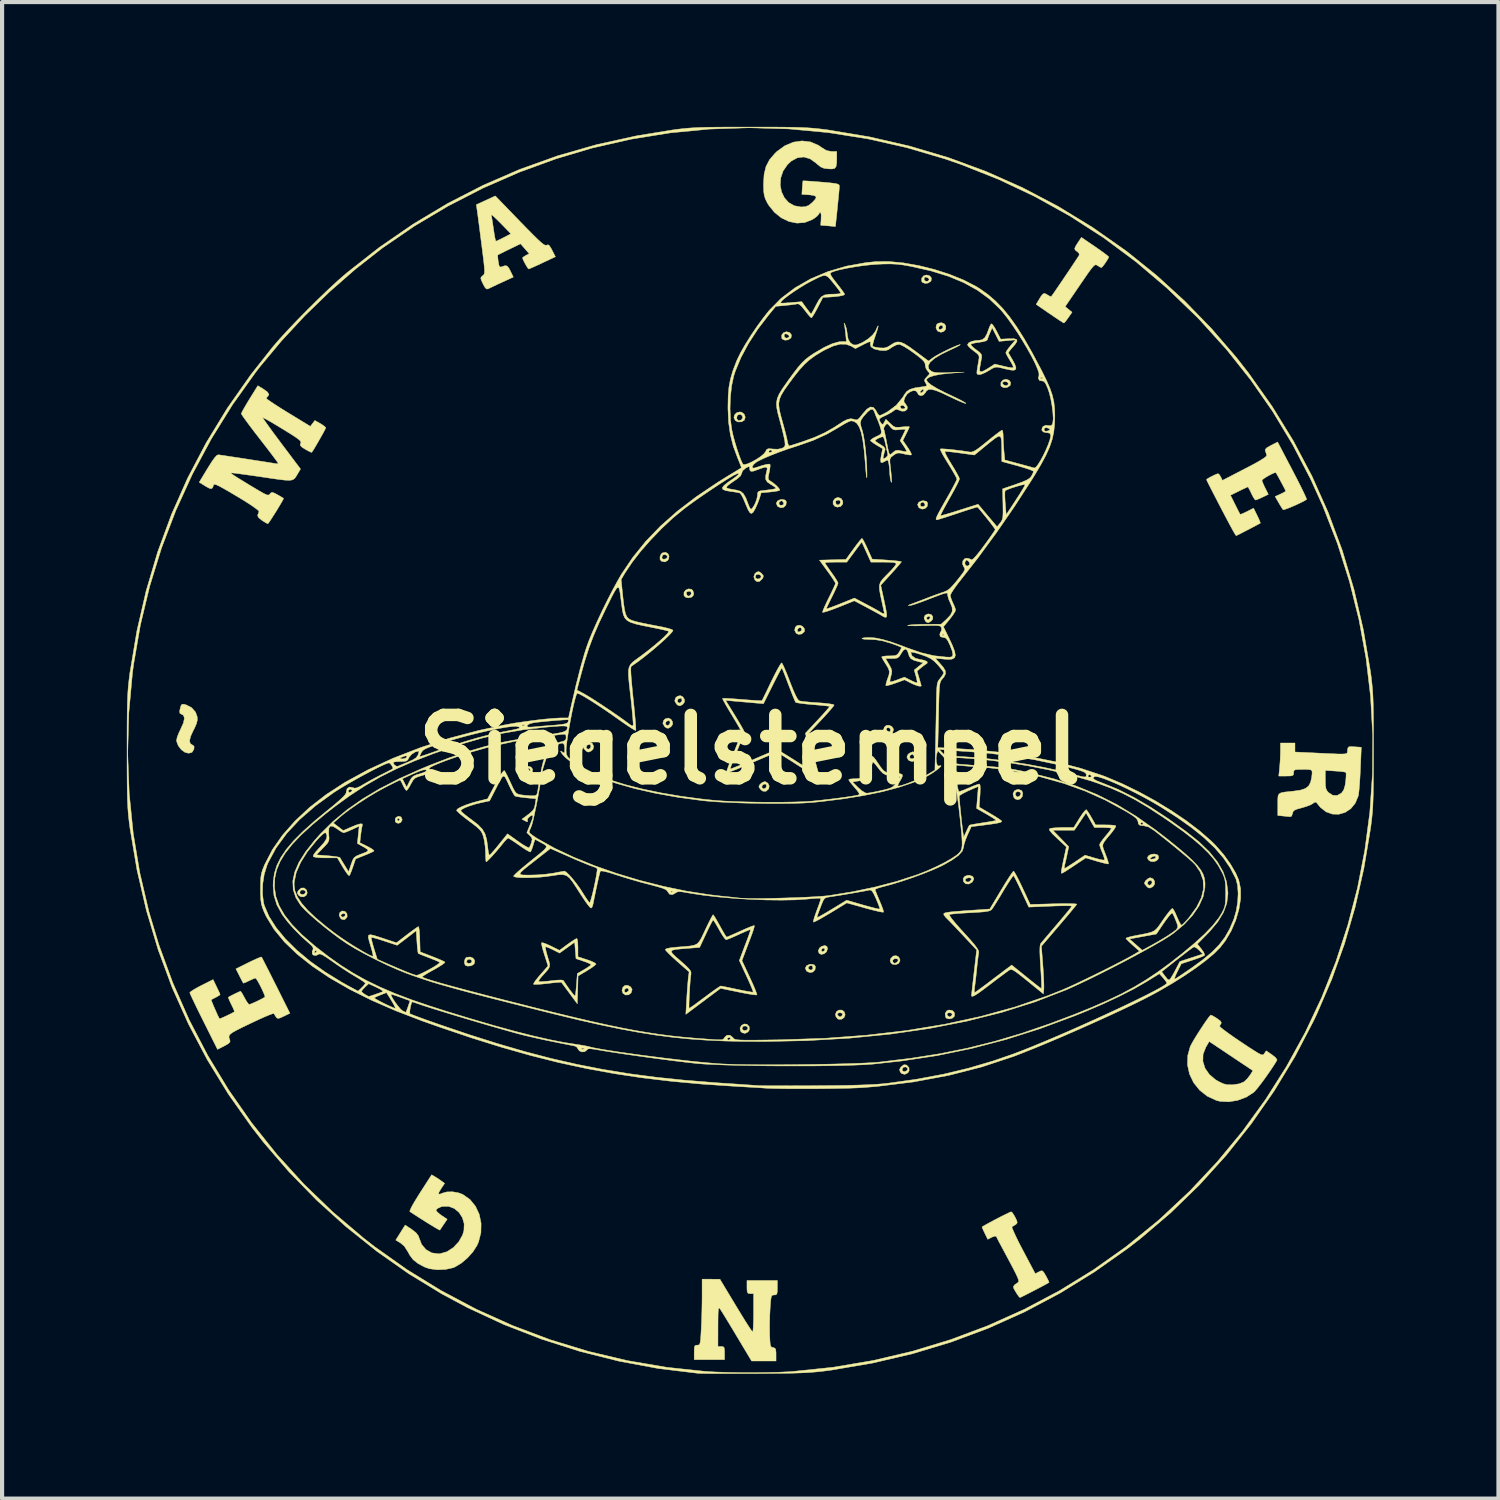
<source format=kicad_pcb>
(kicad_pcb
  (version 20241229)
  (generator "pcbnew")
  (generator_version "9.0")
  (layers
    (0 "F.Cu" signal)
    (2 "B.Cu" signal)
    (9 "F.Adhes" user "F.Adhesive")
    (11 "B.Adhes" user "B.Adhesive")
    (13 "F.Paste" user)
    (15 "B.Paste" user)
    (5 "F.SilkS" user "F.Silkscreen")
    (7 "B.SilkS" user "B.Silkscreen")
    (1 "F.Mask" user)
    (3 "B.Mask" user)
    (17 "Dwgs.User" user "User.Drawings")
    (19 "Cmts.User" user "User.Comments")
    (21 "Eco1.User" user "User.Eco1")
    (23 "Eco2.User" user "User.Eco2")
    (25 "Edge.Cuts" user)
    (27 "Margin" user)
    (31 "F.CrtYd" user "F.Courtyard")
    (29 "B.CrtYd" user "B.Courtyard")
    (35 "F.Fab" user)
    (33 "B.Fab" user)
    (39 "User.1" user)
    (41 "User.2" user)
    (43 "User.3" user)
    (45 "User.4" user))
  (footprint "Siegelstempel"
    (layer "F.Cu")
    (at 14.975 14.975)
    (property "Reference" "Siegelstempel" (at 0 0 0) (layer "F.SilkS") (effects (font (size 1.524 1.524) (thickness 0.3))))
    (attr through_hole)
    (fp_poly (pts (xy -7.395 0.67) (xy -7.382 0.73) (xy -7.404 0.791) (xy -7.453 0.822) (xy -7.506 0.816) (xy -7.536 0.78) (xy -7.54 0.73) (xy -7.493 0.73) (xy -7.467 0.758) (xy -7.445 0.762) (xy -7.403 0.745) (xy -7.398 0.73) (xy -7.423 0.702) (xy -7.445 0.699) (xy -7.488 0.716) (xy -7.493 0.73) (xy -7.54 0.73) (xy -7.542 0.702) (xy -7.505 0.651) (xy -7.449 0.641) (xy -7.395 0.67)) (stroke (width 0.01) (type solid)) (fill yes) (layer "F.SilkS"))
    (fp_poly (pts (xy 1.86 4.735) (xy 1.873 4.79) (xy 1.849 4.861) (xy 1.792 4.909) (xy 1.723 4.924) (xy 1.672 4.9) (xy 1.65 4.84) (xy 1.659 4.82) (xy 1.722 4.82) (xy 1.736 4.852) (xy 1.759 4.858) (xy 1.803 4.832) (xy 1.81 4.807) (xy 1.791 4.773) (xy 1.753 4.778) (xy 1.722 4.82) (xy 1.659 4.82) (xy 1.677 4.774) (xy 1.727 4.732) (xy 1.809 4.709) (xy 1.86 4.735)) (stroke (width 0.01) (type solid)) (fill yes) (layer "F.SilkS"))
    (fp_poly (pts (xy -9.727 3.891) (xy -9.682 3.945) (xy -9.678 4.016) (xy -9.686 4.037) (xy -9.74 4.089) (xy -9.804 4.082) (xy -9.841 4.05) (xy -9.869 3.98) (xy -9.829 3.98) (xy -9.827 4) (xy -9.781 4.031) (xy -9.734 4.004) (xy -9.73 3.998) (xy -9.723 3.954) (xy -9.762 3.94) (xy -9.796 3.949) (xy -9.829 3.98) (xy -9.869 3.98) (xy -9.87 3.979) (xy -9.852 3.914) (xy -9.797 3.878) (xy -9.727 3.891)) (stroke (width 0.01) (type solid)) (fill yes) (layer "F.SilkS"))
    (fp_poly (pts (xy -8.383 1.619) (xy -8.356 1.675) (xy -8.357 1.695) (xy -8.388 1.751) (xy -8.444 1.773) (xy -8.5 1.757) (xy -8.522 1.726) (xy -8.52 1.683) (xy -8.477 1.683) (xy -8.453 1.714) (xy -8.445 1.714) (xy -8.415 1.69) (xy -8.414 1.683) (xy -8.438 1.652) (xy -8.445 1.651) (xy -8.476 1.675) (xy -8.477 1.683) (xy -8.52 1.683) (xy -8.52 1.659) (xy -8.5 1.628) (xy -8.439 1.6) (xy -8.383 1.619)) (stroke (width 0.01) (type solid)) (fill yes) (layer "F.SilkS"))
    (fp_poly (pts (xy 4.365 -3.249) (xy 4.405 -3.199) (xy 4.401 -3.135) (xy 4.363 -3.09) (xy 4.3 -3.053) (xy 4.256 -3.062) (xy 4.224 -3.094) (xy 4.198 -3.156) (xy 4.255 -3.156) (xy 4.273 -3.122) (xy 4.311 -3.127) (xy 4.342 -3.169) (xy 4.329 -3.201) (xy 4.305 -3.207) (xy 4.261 -3.181) (xy 4.255 -3.156) (xy 4.198 -3.156) (xy 4.194 -3.168) (xy 4.218 -3.231) (xy 4.291 -3.264) (xy 4.292 -3.264) (xy 4.365 -3.249)) (stroke (width 0.01) (type solid)) (fill yes) (layer "F.SilkS"))
    (fp_poly (pts (xy -5.258 0.419) (xy -5.218 0.471) (xy -5.225 0.536) (xy -5.237 0.553) (xy -5.299 0.593) (xy -5.375 0.6) (xy -5.435 0.575) (xy -5.451 0.551) (xy -5.451 0.517) (xy -5.397 0.517) (xy -5.379 0.548) (xy -5.334 0.557) (xy -5.288 0.529) (xy -5.271 0.489) (xy -5.297 0.453) (xy -5.334 0.445) (xy -5.386 0.467) (xy -5.397 0.517) (xy -5.451 0.517) (xy -5.452 0.476) (xy -5.404 0.418) (xy -5.334 0.397) (xy -5.258 0.419)) (stroke (width 0.01) (type solid)) (fill yes) (layer "F.SilkS"))
    (fp_poly (pts (xy -2.859 5.707) (xy -2.826 5.765) (xy -2.826 5.773) (xy -2.851 5.851) (xy -2.911 5.896) (xy -2.984 5.9) (xy -3.047 5.859) (xy -3.069 5.79) (xy -3.069 5.789) (xy -3.011 5.789) (xy -3.004 5.834) (xy -2.964 5.837) (xy -2.915 5.806) (xy -2.905 5.778) (xy -2.925 5.738) (xy -2.967 5.735) (xy -3.004 5.768) (xy -3.011 5.789) (xy -3.069 5.789) (xy -3.048 5.715) (xy -2.997 5.67) (xy -2.925 5.67) (xy -2.859 5.707)) (stroke (width 0.01) (type solid)) (fill yes) (layer "F.SilkS"))
    (fp_poly (pts (xy -1.893 -0.73) (xy -1.855 -0.673) (xy -1.851 -0.607) (xy -1.892 -0.55) (xy -1.956 -0.513) (xy -2.006 -0.523) (xy -2.047 -0.559) (xy -2.084 -0.627) (xy -2.024 -0.627) (xy -2.015 -0.602) (xy -1.974 -0.578) (xy -1.931 -0.602) (xy -1.911 -0.646) (xy -1.924 -0.691) (xy -1.948 -0.699) (xy -2.006 -0.677) (xy -2.024 -0.627) (xy -2.084 -0.627) (xy -2.087 -0.634) (xy -2.066 -0.705) (xy -2.024 -0.743) (xy -1.953 -0.759) (xy -1.893 -0.73)) (stroke (width 0.01) (type solid)) (fill yes) (layer "F.SilkS"))
    (fp_poly (pts (xy -1.607 -1.27) (xy -1.569 -1.213) (xy -1.565 -1.147) (xy -1.606 -1.09) (xy -1.67 -1.053) (xy -1.72 -1.063) (xy -1.761 -1.099) (xy -1.798 -1.167) (xy -1.739 -1.167) (xy -1.729 -1.141) (xy -1.689 -1.118) (xy -1.645 -1.142) (xy -1.625 -1.185) (xy -1.638 -1.231) (xy -1.663 -1.238) (xy -1.72 -1.216) (xy -1.739 -1.167) (xy -1.798 -1.167) (xy -1.801 -1.173) (xy -1.78 -1.245) (xy -1.738 -1.282) (xy -1.668 -1.299) (xy -1.607 -1.27)) (stroke (width 0.01) (type solid)) (fill yes) (layer "F.SilkS"))
    (fp_poly (pts (xy -1.403 -3.857) (xy -1.368 -3.829) (xy -1.344 -3.762) (xy -1.349 -3.716) (xy -1.392 -3.668) (xy -1.462 -3.649) (xy -1.534 -3.661) (xy -1.578 -3.703) (xy -1.579 -3.768) (xy -1.524 -3.768) (xy -1.504 -3.707) (xy -1.46 -3.69) (xy -1.417 -3.719) (xy -1.403 -3.757) (xy -1.416 -3.801) (xy -1.458 -3.81) (xy -1.511 -3.793) (xy -1.524 -3.768) (xy -1.579 -3.768) (xy -1.579 -3.777) (xy -1.538 -3.835) (xy -1.472 -3.865) (xy -1.403 -3.857)) (stroke (width 0.01) (type solid)) (fill yes) (layer "F.SilkS"))
    (fp_poly (pts (xy -0.063 6.604) (xy -0.009 6.663) (xy -0.007 6.738) (xy -0.038 6.788) (xy -0.11 6.824) (xy -0.183 6.806) (xy -0.222 6.763) (xy -0.228 6.711) (xy -0.182 6.711) (xy -0.175 6.73) (xy -0.129 6.756) (xy -0.071 6.744) (xy -0.04 6.707) (xy -0.051 6.666) (xy -0.097 6.644) (xy -0.15 6.65) (xy -0.164 6.661) (xy -0.182 6.711) (xy -0.228 6.711) (xy -0.23 6.693) (xy -0.194 6.631) (xy -0.132 6.596) (xy -0.063 6.604)) (stroke (width 0.01) (type solid)) (fill yes) (layer "F.SilkS"))
    (fp_poly (pts (xy 0.857 -6) (xy 0.883 -5.96) (xy 0.873 -5.881) (xy 0.823 -5.829) (xy 0.752 -5.814) (xy 0.681 -5.844) (xy 0.665 -5.861) (xy 0.642 -5.925) (xy 0.644 -5.929) (xy 0.705 -5.929) (xy 0.716 -5.884) (xy 0.762 -5.874) (xy 0.814 -5.89) (xy 0.819 -5.929) (xy 0.788 -5.977) (xy 0.762 -5.985) (xy 0.717 -5.958) (xy 0.705 -5.929) (xy 0.644 -5.929) (xy 0.671 -5.98) (xy 0.742 -6.013) (xy 0.781 -6.017) (xy 0.857 -6)) (stroke (width 0.01) (type solid)) (fill yes) (layer "F.SilkS"))
    (fp_poly (pts (xy 1.274 -2.963) (xy 1.317 -2.909) (xy 1.32 -2.848) (xy 1.314 -2.836) (xy 1.252 -2.781) (xy 1.175 -2.77) (xy 1.119 -2.799) (xy 1.082 -2.871) (xy 1.084 -2.878) (xy 1.148 -2.878) (xy 1.155 -2.834) (xy 1.196 -2.831) (xy 1.245 -2.862) (xy 1.254 -2.89) (xy 1.234 -2.93) (xy 1.193 -2.932) (xy 1.156 -2.899) (xy 1.148 -2.878) (xy 1.084 -2.878) (xy 1.098 -2.944) (xy 1.14 -2.983) (xy 1.209 -2.992) (xy 1.274 -2.963)) (stroke (width 0.01) (type solid)) (fill yes) (layer "F.SilkS"))
    (fp_poly (pts (xy 2.201 -6.037) (xy 2.241 -5.973) (xy 2.24 -5.91) (xy 2.192 -5.849) (xy 2.115 -5.83) (xy 2.052 -5.848) (xy 2.007 -5.901) (xy 2.007 -5.958) (xy 2.064 -5.958) (xy 2.084 -5.898) (xy 2.127 -5.881) (xy 2.17 -5.91) (xy 2.185 -5.948) (xy 2.172 -5.992) (xy 2.13 -6.001) (xy 2.077 -5.984) (xy 2.064 -5.958) (xy 2.007 -5.958) (xy 2.007 -5.969) (xy 2.044 -6.03) (xy 2.111 -6.063) (xy 2.13 -6.064) (xy 2.201 -6.037)) (stroke (width 0.01) (type solid)) (fill yes) (layer "F.SilkS"))
    (fp_poly (pts (xy 4.255 -5.968) (xy 4.28 -5.928) (xy 4.271 -5.849) (xy 4.22 -5.798) (xy 4.149 -5.782) (xy 4.078 -5.812) (xy 4.062 -5.829) (xy 4.039 -5.893) (xy 4.041 -5.898) (xy 4.102 -5.898) (xy 4.113 -5.853) (xy 4.159 -5.842) (xy 4.211 -5.858) (xy 4.217 -5.898) (xy 4.185 -5.945) (xy 4.159 -5.953) (xy 4.114 -5.927) (xy 4.102 -5.898) (xy 4.041 -5.898) (xy 4.068 -5.949) (xy 4.139 -5.981) (xy 4.178 -5.985) (xy 4.255 -5.968)) (stroke (width 0.01) (type solid)) (fill yes) (layer "F.SilkS"))
    (fp_poly (pts (xy 4.684 -10.237) (xy 4.716 -10.187) (xy 4.715 -10.11) (xy 4.67 -10.056) (xy 4.602 -10.035) (xy 4.531 -10.058) (xy 4.515 -10.071) (xy 4.48 -10.141) (xy 4.481 -10.149) (xy 4.546 -10.149) (xy 4.552 -10.105) (xy 4.593 -10.102) (xy 4.642 -10.133) (xy 4.651 -10.16) (xy 4.632 -10.201) (xy 4.59 -10.203) (xy 4.553 -10.17) (xy 4.546 -10.149) (xy 4.481 -10.149) (xy 4.492 -10.213) (xy 4.529 -10.25) (xy 4.612 -10.267) (xy 4.684 -10.237)) (stroke (width 0.01) (type solid)) (fill yes) (layer "F.SilkS"))
    (fp_poly (pts (xy -10.656 3.373) (xy -10.637 3.446) (xy -10.665 3.506) (xy -10.723 3.54) (xy -10.793 3.537) (xy -10.84 3.506) (xy -10.875 3.459) (xy -10.871 3.441) (xy -10.818 3.441) (xy -10.811 3.46) (xy -10.765 3.486) (xy -10.708 3.474) (xy -10.676 3.437) (xy -10.687 3.396) (xy -10.733 3.373) (xy -10.786 3.38) (xy -10.801 3.39) (xy -10.818 3.441) (xy -10.871 3.441) (xy -10.864 3.411) (xy -10.848 3.386) (xy -10.783 3.329) (xy -10.712 3.326) (xy -10.656 3.373)) (stroke (width 0.01) (type solid)) (fill yes) (layer "F.SilkS"))
    (fp_poly (pts (xy -3.785 -0.152) (xy -3.749 -0.08) (xy -3.766 -0.008) (xy -3.808 0.031) (xy -3.869 0.059) (xy -3.909 0.051) (xy -3.951 0.014) (xy -3.992 -0.034) (xy -3.993 -0.056) (xy -3.929 -0.056) (xy -3.92 -0.03) (xy -3.879 -0.007) (xy -3.836 -0.03) (xy -3.816 -0.074) (xy -3.829 -0.119) (xy -3.853 -0.127) (xy -3.911 -0.105) (xy -3.929 -0.056) (xy -3.993 -0.056) (xy -3.994 -0.074) (xy -3.968 -0.129) (xy -3.91 -0.182) (xy -3.834 -0.183) (xy -3.785 -0.152)) (stroke (width 0.01) (type solid)) (fill yes) (layer "F.SilkS"))
    (fp_poly (pts (xy 0.374 0.768) (xy 0.44 0.808) (xy 0.471 0.876) (xy 0.457 0.945) (xy 0.393 1.002) (xy 0.319 0.999) (xy 0.274 0.968) (xy 0.233 0.916) (xy 0.225 0.897) (xy 0.293 0.897) (xy 0.303 0.922) (xy 0.343 0.946) (xy 0.387 0.922) (xy 0.407 0.878) (xy 0.394 0.833) (xy 0.369 0.826) (xy 0.312 0.847) (xy 0.293 0.897) (xy 0.225 0.897) (xy 0.222 0.889) (xy 0.248 0.837) (xy 0.305 0.789) (xy 0.365 0.768) (xy 0.374 0.768)) (stroke (width 0.01) (type solid)) (fill yes) (layer "F.SilkS"))
    (fp_poly (pts (xy 0.965 -10.027) (xy 1.005 -9.974) (xy 0.998 -9.91) (xy 0.986 -9.893) (xy 0.924 -9.853) (xy 0.848 -9.845) (xy 0.788 -9.871) (xy 0.772 -9.894) (xy 0.772 -9.949) (xy 0.83 -9.949) (xy 0.836 -9.924) (xy 0.873 -9.895) (xy 0.923 -9.901) (xy 0.952 -9.935) (xy 0.953 -9.942) (xy 0.927 -9.977) (xy 0.875 -9.998) (xy 0.836 -9.991) (xy 0.83 -9.949) (xy 0.772 -9.949) (xy 0.771 -9.97) (xy 0.819 -10.028) (xy 0.889 -10.049) (xy 0.965 -10.027)) (stroke (width 0.01) (type solid)) (fill yes) (layer "F.SilkS"))
    (fp_poly (pts (xy 1.556 5.176) (xy 1.582 5.216) (xy 1.572 5.295) (xy 1.521 5.347) (xy 1.45 5.362) (xy 1.379 5.332) (xy 1.363 5.315) (xy 1.345 5.266) (xy 1.41 5.266) (xy 1.411 5.267) (xy 1.454 5.299) (xy 1.502 5.294) (xy 1.524 5.256) (xy 1.509 5.205) (xy 1.499 5.195) (xy 1.453 5.194) (xy 1.414 5.225) (xy 1.41 5.266) (xy 1.345 5.266) (xy 1.34 5.251) (xy 1.37 5.196) (xy 1.441 5.163) (xy 1.479 5.159) (xy 1.556 5.176)) (stroke (width 0.01) (type solid)) (fill yes) (layer "F.SilkS"))
    (fp_poly (pts (xy 2.221 6.263) (xy 2.274 6.302) (xy 2.297 6.375) (xy 2.272 6.44) (xy 2.215 6.482) (xy 2.141 6.483) (xy 2.117 6.472) (xy 2.075 6.419) (xy 2.064 6.365) (xy 2.067 6.356) (xy 2.106 6.356) (xy 2.126 6.397) (xy 2.128 6.398) (xy 2.171 6.429) (xy 2.212 6.409) (xy 2.238 6.363) (xy 2.226 6.341) (xy 2.173 6.324) (xy 2.142 6.33) (xy 2.106 6.356) (xy 2.067 6.356) (xy 2.089 6.298) (xy 2.15 6.262) (xy 2.221 6.263)) (stroke (width 0.01) (type solid)) (fill yes) (layer "F.SilkS"))
    (fp_poly (pts (xy 3.427 -0.548) (xy 3.46 -0.489) (xy 3.461 -0.481) (xy 3.436 -0.404) (xy 3.376 -0.359) (xy 3.302 -0.355) (xy 3.24 -0.395) (xy 3.217 -0.465) (xy 3.218 -0.467) (xy 3.281 -0.467) (xy 3.304 -0.423) (xy 3.334 -0.413) (xy 3.374 -0.436) (xy 3.383 -0.447) (xy 3.387 -0.496) (xy 3.353 -0.528) (xy 3.307 -0.524) (xy 3.298 -0.517) (xy 3.281 -0.467) (xy 3.218 -0.467) (xy 3.238 -0.539) (xy 3.29 -0.584) (xy 3.361 -0.585) (xy 3.427 -0.548)) (stroke (width 0.01) (type solid)) (fill yes) (layer "F.SilkS"))
    (fp_poly (pts (xy 3.974 0.066) (xy 4.023 0.12) (xy 4.026 0.189) (xy 3.991 0.251) (xy 3.924 0.284) (xy 3.905 0.286) (xy 3.839 0.265) (xy 3.816 0.248) (xy 3.781 0.181) (xy 3.787 0.167) (xy 3.848 0.167) (xy 3.859 0.212) (xy 3.905 0.222) (xy 3.957 0.206) (xy 3.963 0.167) (xy 3.931 0.119) (xy 3.905 0.111) (xy 3.86 0.138) (xy 3.848 0.167) (xy 3.787 0.167) (xy 3.808 0.116) (xy 3.847 0.083) (xy 3.921 0.052) (xy 3.974 0.066)) (stroke (width 0.01) (type solid)) (fill yes) (layer "F.SilkS"))
    (fp_poly (pts (xy 4.33 -11.392) (xy 4.371 -11.34) (xy 4.364 -11.275) (xy 4.352 -11.258) (xy 4.289 -11.218) (xy 4.214 -11.211) (xy 4.153 -11.236) (xy 4.137 -11.26) (xy 4.137 -11.314) (xy 4.195 -11.314) (xy 4.202 -11.289) (xy 4.238 -11.26) (xy 4.288 -11.266) (xy 4.317 -11.301) (xy 4.318 -11.307) (xy 4.293 -11.342) (xy 4.241 -11.363) (xy 4.202 -11.356) (xy 4.195 -11.314) (xy 4.137 -11.314) (xy 4.137 -11.335) (xy 4.184 -11.393) (xy 4.255 -11.414) (xy 4.33 -11.392)) (stroke (width 0.01) (type solid)) (fill yes) (layer "F.SilkS"))
    (fp_poly (pts (xy 4.873 6.272) (xy 4.923 6.323) (xy 4.928 6.395) (xy 4.919 6.418) (xy 4.869 6.461) (xy 4.798 6.476) (xy 4.735 6.46) (xy 4.711 6.431) (xy 4.703 6.356) (xy 4.742 6.356) (xy 4.762 6.397) (xy 4.763 6.398) (xy 4.807 6.429) (xy 4.847 6.409) (xy 4.873 6.363) (xy 4.861 6.341) (xy 4.809 6.324) (xy 4.777 6.33) (xy 4.742 6.356) (xy 4.703 6.356) (xy 4.702 6.343) (xy 4.741 6.28) (xy 4.793 6.26) (xy 4.873 6.272)) (stroke (width 0.01) (type solid)) (fill yes) (layer "F.SilkS"))
    (fp_poly (pts (xy 6.235 -8.884) (xy 6.276 -8.831) (xy 6.269 -8.767) (xy 6.257 -8.75) (xy 6.194 -8.71) (xy 6.119 -8.702) (xy 6.058 -8.728) (xy 6.042 -8.751) (xy 6.042 -8.819) (xy 6.075 -8.819) (xy 6.095 -8.78) (xy 6.144 -8.753) (xy 6.197 -8.759) (xy 6.223 -8.794) (xy 6.223 -8.796) (xy 6.197 -8.838) (xy 6.138 -8.852) (xy 6.107 -8.845) (xy 6.075 -8.819) (xy 6.042 -8.819) (xy 6.042 -8.827) (xy 6.089 -8.885) (xy 6.16 -8.906) (xy 6.235 -8.884)) (stroke (width 0.01) (type solid)) (fill yes) (layer "F.SilkS"))
    (fp_poly (pts (xy 6.471 0.959) (xy 6.542 0.985) (xy 6.567 1.042) (xy 6.557 1.126) (xy 6.511 1.184) (xy 6.448 1.206) (xy 6.384 1.185) (xy 6.35 1.143) (xy 6.338 1.084) (xy 6.389 1.084) (xy 6.392 1.092) (xy 6.43 1.139) (xy 6.481 1.124) (xy 6.505 1.1) (xy 6.524 1.052) (xy 6.5 1.022) (xy 6.445 1.005) (xy 6.399 1.031) (xy 6.389 1.084) (xy 6.338 1.084) (xy 6.333 1.059) (xy 6.366 0.991) (xy 6.438 0.958) (xy 6.471 0.959)) (stroke (width 0.01) (type solid)) (fill yes) (layer "F.SilkS"))
    (fp_poly (pts (xy 9.798 2.524) (xy 9.831 2.556) (xy 9.83 2.622) (xy 9.786 2.67) (xy 9.717 2.695) (xy 9.642 2.688) (xy 9.588 2.651) (xy 9.575 2.622) (xy 9.624 2.622) (xy 9.637 2.633) (xy 9.674 2.634) (xy 9.737 2.623) (xy 9.762 2.606) (xy 9.766 2.569) (xy 9.731 2.559) (xy 9.676 2.58) (xy 9.665 2.588) (xy 9.624 2.622) (xy 9.575 2.622) (xy 9.565 2.6) (xy 9.588 2.556) (xy 9.648 2.52) (xy 9.727 2.509) (xy 9.798 2.524)) (stroke (width 0.01) (type solid)) (fill yes) (layer "F.SilkS"))
    (fp_poly (pts (xy -1.965 -4.712) (xy -1.937 -4.652) (xy -1.949 -4.581) (xy -1.975 -4.547) (xy -2.036 -4.513) (xy -2.117 -4.529) (xy -2.119 -4.53) (xy -2.154 -4.572) (xy -2.155 -4.613) (xy -2.111 -4.613) (xy -2.106 -4.596) (xy -2.064 -4.576) (xy -2.009 -4.591) (xy -1.976 -4.628) (xy -1.987 -4.669) (xy -2.031 -4.69) (xy -2.08 -4.682) (xy -2.097 -4.665) (xy -2.111 -4.613) (xy -2.155 -4.613) (xy -2.155 -4.639) (xy -2.126 -4.704) (xy -2.093 -4.732) (xy -2.02 -4.745) (xy -1.965 -4.712)) (stroke (width 0.01) (type solid)) (fill yes) (layer "F.SilkS"))
    (fp_poly (pts (xy 0.273 -4.249) (xy 0.285 -4.237) (xy 0.328 -4.186) (xy 0.325 -4.143) (xy 0.3 -4.103) (xy 0.234 -4.042) (xy 0.169 -4.043) (xy 0.128 -4.078) (xy 0.103 -4.148) (xy 0.136 -4.148) (xy 0.142 -4.129) (xy 0.189 -4.102) (xy 0.246 -4.114) (xy 0.278 -4.151) (xy 0.267 -4.192) (xy 0.22 -4.215) (xy 0.167 -4.209) (xy 0.153 -4.198) (xy 0.136 -4.148) (xy 0.103 -4.148) (xy 0.1 -4.155) (xy 0.127 -4.231) (xy 0.166 -4.267) (xy 0.219 -4.282) (xy 0.273 -4.249)) (stroke (width 0.01) (type solid)) (fill yes) (layer "F.SilkS"))
    (fp_poly (pts (xy 3.582 4.984) (xy 3.615 5.048) (xy 3.614 5.084) (xy 3.579 5.144) (xy 3.512 5.171) (xy 3.439 5.161) (xy 3.4 5.131) (xy 3.377 5.074) (xy 3.382 5.06) (xy 3.442 5.06) (xy 3.442 5.107) (xy 3.443 5.109) (xy 3.487 5.142) (xy 3.542 5.112) (xy 3.556 5.096) (xy 3.577 5.054) (xy 3.543 5.029) (xy 3.542 5.029) (xy 3.482 5.027) (xy 3.442 5.06) (xy 3.382 5.06) (xy 3.396 5.019) (xy 3.452 4.964) (xy 3.521 4.954) (xy 3.582 4.984)) (stroke (width 0.01) (type solid)) (fill yes) (layer "F.SilkS"))
    (fp_poly (pts (xy 3.765 7.582) (xy 3.779 7.589) (xy 3.832 7.647) (xy 3.835 7.722) (xy 3.804 7.772) (xy 3.731 7.808) (xy 3.658 7.791) (xy 3.62 7.748) (xy 3.609 7.706) (xy 3.667 7.706) (xy 3.672 7.723) (xy 3.714 7.743) (xy 3.769 7.728) (xy 3.802 7.691) (xy 3.792 7.65) (xy 3.748 7.629) (xy 3.699 7.637) (xy 3.682 7.654) (xy 3.667 7.706) (xy 3.609 7.706) (xy 3.605 7.69) (xy 3.637 7.634) (xy 3.651 7.62) (xy 3.71 7.577) (xy 3.765 7.582)) (stroke (width 0.01) (type solid)) (fill yes) (layer "F.SilkS"))
    (fp_poly (pts (xy 5.288 3.021) (xy 5.366 3.051) (xy 5.392 3.107) (xy 5.359 3.177) (xy 5.349 3.187) (xy 5.272 3.232) (xy 5.196 3.227) (xy 5.146 3.179) (xy 5.142 3.157) (xy 5.188 3.157) (xy 5.226 3.182) (xy 5.278 3.179) (xy 5.293 3.169) (xy 5.329 3.125) (xy 5.334 3.108) (xy 5.309 3.084) (xy 5.256 3.082) (xy 5.204 3.1) (xy 5.189 3.115) (xy 5.188 3.157) (xy 5.142 3.157) (xy 5.133 3.105) (xy 5.172 3.047) (xy 5.25 3.021) (xy 5.288 3.021)) (stroke (width 0.01) (type solid)) (fill yes) (layer "F.SilkS"))
    (fp_poly (pts (xy -6.653 5.012) (xy -6.613 5.064) (xy -6.614 5.129) (xy -6.642 5.169) (xy -6.703 5.199) (xy -6.78 5.206) (xy -6.837 5.186) (xy -6.837 5.186) (xy -6.858 5.131) (xy -6.855 5.097) (xy -6.811 5.097) (xy -6.808 5.115) (xy -6.761 5.142) (xy -6.704 5.13) (xy -6.681 5.108) (xy -6.681 5.067) (xy -6.719 5.041) (xy -6.77 5.044) (xy -6.785 5.054) (xy -6.811 5.097) (xy -6.855 5.097) (xy -6.852 5.059) (xy -6.823 5.005) (xy -6.81 4.996) (xy -6.723 4.985) (xy -6.653 5.012)) (stroke (width 0.01) (type solid)) (fill yes) (layer "F.SilkS"))
    (fp_poly (pts (xy -0.191 -8.112) (xy -0.13 -8.066) (xy -0.105 -7.993) (xy -0.127 -7.922) (xy -0.128 -7.92) (xy -0.197 -7.881) (xy -0.282 -7.88) (xy -0.343 -7.912) (xy -0.377 -7.979) (xy -0.312 -7.979) (xy -0.305 -7.952) (xy -0.272 -7.91) (xy -0.217 -7.921) (xy -0.194 -7.935) (xy -0.166 -7.981) (xy -0.181 -8.034) (xy -0.227 -8.064) (xy -0.235 -8.065) (xy -0.294 -8.04) (xy -0.312 -7.979) (xy -0.377 -7.979) (xy -0.378 -7.981) (xy -0.363 -8.049) (xy -0.311 -8.101) (xy -0.234 -8.12) (xy -0.191 -8.112)) (stroke (width 0.01) (type solid)) (fill yes) (layer "F.SilkS"))
    (fp_poly (pts (xy 9.7 3.105) (xy 9.737 3.165) (xy 9.738 3.236) (xy 9.696 3.295) (xy 9.686 3.301) (xy 9.625 3.329) (xy 9.585 3.322) (xy 9.543 3.284) (xy 9.503 3.233) (xy 9.496 3.215) (xy 9.564 3.215) (xy 9.574 3.24) (xy 9.614 3.264) (xy 9.658 3.24) (xy 9.678 3.196) (xy 9.665 3.151) (xy 9.64 3.143) (xy 9.583 3.165) (xy 9.564 3.215) (xy 9.496 3.215) (xy 9.493 3.207) (xy 9.517 3.158) (xy 9.571 3.108) (xy 9.626 3.08) (xy 9.632 3.08) (xy 9.7 3.105)) (stroke (width 0.01) (type solid)) (fill yes) (layer "F.SilkS"))
    (fp_poly (pts (xy -13.55 -1.077) (xy -13.418 -1.01) (xy -13.323 -0.902) (xy -13.283 -0.788) (xy -13.28 -0.712) (xy -13.299 -0.629) (xy -13.346 -0.52) (xy -13.376 -0.463) (xy -13.443 -0.317) (xy -13.467 -0.212) (xy -13.45 -0.145) (xy -13.398 -0.111) (xy -13.359 -0.083) (xy -13.36 -0.025) (xy -13.364 -0.007) (xy -13.409 0.066) (xy -13.488 0.087) (xy -13.577 0.065) (xy -13.665 0.002) (xy -13.738 -0.093) (xy -13.777 -0.195) (xy -13.78 -0.222) (xy -13.765 -0.296) (xy -13.726 -0.399) (xy -13.684 -0.487) (xy -13.615 -0.64) (xy -13.591 -0.753) (xy -13.612 -0.824) (xy -13.654 -0.848) (xy -13.698 -0.871) (xy -13.706 -0.92) (xy -13.698 -0.965) (xy -13.676 -1.052) (xy -13.649 -1.09) (xy -13.6 -1.09) (xy -13.55 -1.077)) (stroke (width 0.01) (type solid)) (fill yes) (layer "F.SilkS"))
    (fp_poly (pts (xy 8.306 -12.093) (xy 8.431 -12.006) (xy 8.535 -11.931) (xy 8.606 -11.876) (xy 8.636 -11.848) (xy 8.636 -11.847) (xy 8.62 -11.809) (xy 8.58 -11.744) (xy 8.531 -11.672) (xy 8.486 -11.614) (xy 8.459 -11.589) (xy 8.459 -11.589) (xy 8.424 -11.604) (xy 8.368 -11.638) (xy 8.342 -11.654) (xy 8.317 -11.658) (xy 8.288 -11.644) (xy 8.251 -11.607) (xy 8.198 -11.541) (xy 8.124 -11.438) (xy 8.024 -11.292) (xy 7.94 -11.17) (xy 7.587 -10.652) (xy 7.67 -10.585) (xy 7.753 -10.518) (xy 7.663 -10.388) (xy 7.608 -10.313) (xy 7.568 -10.266) (xy 7.556 -10.258) (xy 7.526 -10.275) (xy 7.453 -10.321) (xy 7.35 -10.39) (xy 7.226 -10.475) (xy 7.215 -10.482) (xy 6.89 -10.706) (xy 6.94 -10.79) (xy 7.003 -10.895) (xy 7.048 -10.952) (xy 7.084 -10.97) (xy 7.125 -10.957) (xy 7.158 -10.936) (xy 7.219 -10.902) (xy 7.252 -10.893) (xy 7.252 -10.894) (xy 7.279 -10.93) (xy 7.333 -11.007) (xy 7.407 -11.116) (xy 7.496 -11.246) (xy 7.591 -11.387) (xy 7.686 -11.528) (xy 7.774 -11.66) (xy 7.848 -11.772) (xy 7.902 -11.853) (xy 7.927 -11.894) (xy 7.928 -11.896) (xy 7.916 -11.94) (xy 7.877 -11.975) (xy 7.83 -12.01) (xy 7.816 -12.046) (xy 7.836 -12.101) (xy 7.892 -12.19) (xy 7.894 -12.192) (xy 7.977 -12.317) (xy 8.306 -12.093)) (stroke (width 0.01) (type solid)) (fill yes) (layer "F.SilkS"))
    (fp_poly (pts (xy 6.32 11.138) (xy 6.362 11.204) (xy 6.385 11.245) (xy 6.424 11.327) (xy 6.434 11.373) (xy 6.417 11.403) (xy 6.397 11.419) (xy 6.337 11.457) (xy 6.308 11.47) (xy 6.312 11.5) (xy 6.343 11.577) (xy 6.396 11.693) (xy 6.467 11.839) (xy 6.554 12.007) (xy 6.572 12.041) (xy 6.868 12.601) (xy 6.956 12.556) (xy 7.008 12.532) (xy 7.044 12.536) (xy 7.079 12.577) (xy 7.126 12.658) (xy 7.17 12.741) (xy 7.196 12.797) (xy 7.2 12.812) (xy 7.165 12.833) (xy 7.088 12.875) (xy 6.984 12.93) (xy 6.864 12.993) (xy 6.743 13.056) (xy 6.633 13.112) (xy 6.549 13.154) (xy 6.504 13.175) (xy 6.5 13.176) (xy 6.474 13.151) (xy 6.429 13.088) (xy 6.4 13.041) (xy 6.353 12.96) (xy 6.342 12.911) (xy 6.371 12.87) (xy 6.447 12.817) (xy 6.456 12.811) (xy 6.468 12.792) (xy 6.466 12.756) (xy 6.445 12.695) (xy 6.402 12.602) (xy 6.335 12.47) (xy 6.24 12.291) (xy 6.221 12.255) (xy 6.132 12.089) (xy 6.053 11.941) (xy 5.989 11.822) (xy 5.947 11.739) (xy 5.929 11.704) (xy 5.929 11.704) (xy 5.897 11.698) (xy 5.834 11.72) (xy 5.822 11.725) (xy 5.726 11.775) (xy 5.657 11.634) (xy 5.617 11.55) (xy 5.592 11.492) (xy 5.588 11.479) (xy 5.614 11.46) (xy 5.684 11.42) (xy 5.785 11.365) (xy 5.902 11.302) (xy 6.024 11.239) (xy 6.137 11.183) (xy 6.227 11.139) (xy 6.282 11.115) (xy 6.291 11.113) (xy 6.32 11.138)) (stroke (width 0.01) (type solid)) (fill yes) (layer "F.SilkS"))
    (fp_poly (pts (xy 11.128 6.398) (xy 11.199 6.439) (xy 11.241 6.466) (xy 11.321 6.527) (xy 11.343 6.57) (xy 11.336 6.584) (xy 11.306 6.637) (xy 11.303 6.653) (xy 11.328 6.681) (xy 11.399 6.738) (xy 11.506 6.817) (xy 11.642 6.913) (xy 11.799 7.02) (xy 11.817 7.032) (xy 11.994 7.15) (xy 12.126 7.235) (xy 12.22 7.293) (xy 12.283 7.327) (xy 12.324 7.34) (xy 12.35 7.336) (xy 12.368 7.319) (xy 12.376 7.308) (xy 12.421 7.241) (xy 12.561 7.337) (xy 12.644 7.403) (xy 12.68 7.454) (xy 12.679 7.471) (xy 12.603 7.594) (xy 12.51 7.733) (xy 12.409 7.878) (xy 12.309 8.014) (xy 12.22 8.129) (xy 12.151 8.211) (xy 12.123 8.239) (xy 11.944 8.355) (xy 11.736 8.433) (xy 11.519 8.468) (xy 11.31 8.457) (xy 11.22 8.434) (xy 11.002 8.332) (xy 10.819 8.187) (xy 10.676 8.008) (xy 10.578 7.804) (xy 10.529 7.584) (xy 10.531 7.496) (xy 10.899 7.496) (xy 10.95 7.66) (xy 11.054 7.811) (xy 11.206 7.939) (xy 11.276 7.98) (xy 11.389 8.034) (xy 11.486 8.058) (xy 11.598 8.059) (xy 11.629 8.057) (xy 11.778 8.034) (xy 11.884 7.989) (xy 11.893 7.983) (xy 11.967 7.912) (xy 12.035 7.824) (xy 12.037 7.82) (xy 12.101 7.719) (xy 11.051 7.017) (xy 10.967 7.161) (xy 10.903 7.327) (xy 10.899 7.496) (xy 10.531 7.496) (xy 10.534 7.358) (xy 10.593 7.144) (xy 10.628 7.074) (xy 10.685 6.974) (xy 10.758 6.855) (xy 10.839 6.729) (xy 10.919 6.607) (xy 10.992 6.501) (xy 11.05 6.423) (xy 11.085 6.384) (xy 11.089 6.382) (xy 11.128 6.398)) (stroke (width 0.01) (type solid)) (fill yes) (layer "F.SilkS"))
    (fp_poly (pts (xy -7.559 10.274) (xy -7.471 10.33) (xy -7.403 10.378) (xy -7.334 10.43) (xy -7.416 10.552) (xy -7.47 10.641) (xy -7.478 10.686) (xy -7.442 10.688) (xy -7.396 10.667) (xy -7.283 10.635) (xy -7.142 10.632) (xy -6.996 10.658) (xy -6.899 10.695) (xy -6.725 10.817) (xy -6.591 10.981) (xy -6.501 11.175) (xy -6.457 11.389) (xy -6.461 11.613) (xy -6.518 11.837) (xy -6.555 11.922) (xy -6.652 12.074) (xy -6.784 12.222) (xy -6.934 12.349) (xy -7.085 12.439) (xy -7.132 12.459) (xy -7.315 12.499) (xy -7.512 12.507) (xy -7.697 12.482) (xy -7.805 12.446) (xy -7.972 12.358) (xy -8.091 12.264) (xy -8.176 12.151) (xy -8.208 12.088) (xy -8.302 11.941) (xy -8.395 11.862) (xy -8.509 11.793) (xy -8.396 11.613) (xy -8.283 11.432) (xy -8.127 11.534) (xy -8.019 11.619) (xy -7.961 11.698) (xy -7.951 11.732) (xy -7.887 11.897) (xy -7.782 12.022) (xy -7.644 12.1) (xy -7.481 12.123) (xy -7.442 12.12) (xy -7.276 12.072) (xy -7.123 11.972) (xy -6.994 11.834) (xy -6.902 11.671) (xy -6.87 11.564) (xy -6.864 11.401) (xy -6.907 11.253) (xy -6.988 11.127) (xy -7.1 11.034) (xy -7.233 10.983) (xy -7.377 10.983) (xy -7.424 10.995) (xy -7.499 11.029) (xy -7.539 11.065) (xy -7.541 11.073) (xy -7.516 11.112) (xy -7.453 11.168) (xy -7.407 11.202) (xy -7.272 11.291) (xy -7.356 11.416) (xy -7.407 11.492) (xy -7.442 11.543) (xy -7.449 11.553) (xy -7.477 11.541) (xy -7.548 11.501) (xy -7.65 11.439) (xy -7.774 11.363) (xy -7.908 11.278) (xy -8.042 11.192) (xy -8.166 11.111) (xy -8.171 11.107) (xy -8.165 11.075) (xy -8.129 10.997) (xy -8.066 10.884) (xy -7.98 10.744) (xy -7.924 10.655) (xy -7.646 10.223) (xy -7.559 10.274)) (stroke (width 0.01) (type solid)) (fill yes) (layer "F.SilkS"))
    (fp_poly (pts (xy -0.929 12.733) (xy -0.714 12.734) (xy -0.333 13.367) (xy -0.224 13.546) (xy -0.126 13.706) (xy -0.042 13.838) (xy 0.022 13.936) (xy 0.062 13.991) (xy 0.071 14.001) (xy 0.08 13.971) (xy 0.087 13.889) (xy 0.092 13.766) (xy 0.095 13.613) (xy 0.095 13.541) (xy 0.095 13.081) (xy 0.016 13.081) (xy -0.031 13.076) (xy -0.055 13.05) (xy -0.063 12.986) (xy -0.064 12.922) (xy -0.064 12.764) (xy 0.667 12.764) (xy 0.667 12.938) (xy 0.665 13.038) (xy 0.654 13.09) (xy 0.627 13.11) (xy 0.59 13.113) (xy 0.556 13.116) (xy 0.533 13.132) (xy 0.518 13.172) (xy 0.507 13.249) (xy 0.497 13.373) (xy 0.493 13.438) (xy 0.484 13.622) (xy 0.48 13.826) (xy 0.481 14.014) (xy 0.482 14.065) (xy 0.488 14.205) (xy 0.495 14.295) (xy 0.508 14.345) (xy 0.529 14.368) (xy 0.562 14.377) (xy 0.564 14.377) (xy 0.607 14.391) (xy 0.628 14.427) (xy 0.635 14.504) (xy 0.635 14.544) (xy 0.635 14.7) (xy 0.047 14.7) (xy -0.313 14.099) (xy -0.42 13.92) (xy -0.519 13.757) (xy -0.603 13.619) (xy -0.668 13.514) (xy -0.708 13.452) (xy -0.716 13.44) (xy -0.733 13.426) (xy -0.745 13.437) (xy -0.753 13.483) (xy -0.758 13.57) (xy -0.76 13.707) (xy -0.761 13.867) (xy -0.762 14.351) (xy -0.683 14.351) (xy -0.636 14.356) (xy -0.612 14.382) (xy -0.604 14.446) (xy -0.603 14.51) (xy -0.603 14.668) (xy -1.333 14.668) (xy -1.333 14.494) (xy -1.331 14.394) (xy -1.32 14.342) (xy -1.294 14.322) (xy -1.259 14.319) (xy -1.228 14.317) (xy -1.206 14.302) (xy -1.191 14.266) (xy -1.181 14.196) (xy -1.172 14.083) (xy -1.164 13.933) (xy -1.155 13.735) (xy -1.148 13.506) (xy -1.144 13.279) (xy -1.143 13.14) (xy -1.143 12.732) (xy -0.929 12.733)) (stroke (width 0.01) (type solid)) (fill yes) (layer "F.SilkS"))
    (fp_poly (pts (xy -5.526 -12.705) (xy -5.346 -12.52) (xy -5.203 -12.376) (xy -5.094 -12.269) (xy -5.013 -12.195) (xy -4.956 -12.15) (xy -4.916 -12.129) (xy -4.89 -12.126) (xy -4.883 -12.13) (xy -4.847 -12.14) (xy -4.813 -12.116) (xy -4.77 -12.047) (xy -4.749 -12.007) (xy -4.67 -11.851) (xy -4.983 -11.704) (xy -5.111 -11.644) (xy -5.218 -11.596) (xy -5.29 -11.565) (xy -5.314 -11.557) (xy -5.336 -11.582) (xy -5.374 -11.643) (xy -5.416 -11.718) (xy -5.448 -11.786) (xy -5.461 -11.825) (xy -5.436 -11.849) (xy -5.381 -11.883) (xy -5.3 -11.925) (xy -5.404 -12.044) (xy -5.509 -12.163) (xy -5.779 -12.032) (xy -5.896 -11.975) (xy -5.989 -11.928) (xy -6.046 -11.899) (xy -6.056 -11.893) (xy -6.057 -11.86) (xy -6.05 -11.784) (xy -6.044 -11.735) (xy -6.027 -11.645) (xy -6.006 -11.606) (xy -5.973 -11.606) (xy -5.972 -11.607) (xy -5.888 -11.636) (xy -5.834 -11.63) (xy -5.791 -11.581) (xy -5.753 -11.509) (xy -5.682 -11.363) (xy -5.961 -11.234) (xy -6.087 -11.176) (xy -6.194 -11.125) (xy -6.269 -11.09) (xy -6.289 -11.079) (xy -6.326 -11.076) (xy -6.364 -11.114) (xy -6.411 -11.2) (xy -6.451 -11.287) (xy -6.465 -11.336) (xy -6.452 -11.367) (xy -6.419 -11.396) (xy -6.398 -11.414) (xy -6.384 -11.435) (xy -6.376 -11.468) (xy -6.374 -11.522) (xy -6.38 -11.605) (xy -6.392 -11.724) (xy -6.412 -11.887) (xy -6.439 -12.104) (xy -6.446 -12.16) (xy -6.474 -12.373) (xy -6.499 -12.572) (xy -6.522 -12.744) (xy -6.537 -12.858) (xy -6.214 -12.858) (xy -6.203 -12.807) (xy -6.187 -12.709) (xy -6.168 -12.583) (xy -6.159 -12.517) (xy -6.139 -12.39) (xy -6.121 -12.291) (xy -6.105 -12.234) (xy -6.099 -12.225) (xy -6.063 -12.24) (xy -5.988 -12.275) (xy -5.91 -12.315) (xy -5.74 -12.403) (xy -5.984 -12.655) (xy -6.08 -12.75) (xy -6.155 -12.821) (xy -6.202 -12.858) (xy -6.214 -12.858) (xy -6.537 -12.858) (xy -6.54 -12.88) (xy -6.552 -12.968) (xy -6.555 -12.989) (xy -6.572 -13.104) (xy -6.115 -13.314) (xy -5.526 -12.705)) (stroke (width 0.01) (type solid)) (fill yes) (layer "F.SilkS"))
    (fp_poly (pts (xy -4.142 4.569) (xy -4.132 4.646) (xy -4.128 4.753) (xy -4.128 4.761) (xy -4.128 4.981) (xy -3.905 5.053) (xy -3.799 5.091) (xy -3.723 5.128) (xy -3.693 5.155) (xy -3.693 5.157) (xy -3.724 5.189) (xy -3.795 5.241) (xy -3.894 5.304) (xy -3.915 5.317) (xy -4.125 5.443) (xy -4.134 5.778) (xy -4.143 6.112) (xy -4.331 5.858) (xy -4.411 5.75) (xy -4.476 5.662) (xy -4.517 5.607) (xy -4.526 5.594) (xy -4.559 5.593) (xy -4.641 5.599) (xy -4.759 5.611) (xy -4.855 5.623) (xy -4.991 5.637) (xy -5.103 5.645) (xy -5.176 5.646) (xy -5.196 5.641) (xy -5.186 5.61) (xy -5.155 5.565) (xy -5.074 5.565) (xy -5.072 5.575) (xy -5.034 5.58) (xy -4.948 5.576) (xy -4.831 5.565) (xy -4.775 5.558) (xy -4.637 5.543) (xy -4.536 5.539) (xy -4.484 5.547) (xy -4.48 5.55) (xy -4.4 5.669) (xy -4.323 5.777) (xy -4.258 5.862) (xy -4.213 5.913) (xy -4.197 5.922) (xy -4.188 5.886) (xy -4.177 5.802) (xy -4.166 5.687) (xy -4.163 5.646) (xy -4.143 5.384) (xy -3.977 5.288) (xy -3.889 5.233) (xy -3.829 5.19) (xy -3.811 5.17) (xy -3.838 5.15) (xy -3.909 5.118) (xy -3.993 5.088) (xy -4.175 5.027) (xy -4.191 4.829) (xy -4.207 4.631) (xy -4.57 4.892) (xy -4.733 4.809) (xy -4.823 4.767) (xy -4.888 4.743) (xy -4.91 4.741) (xy -4.909 4.776) (xy -4.892 4.856) (xy -4.862 4.964) (xy -4.856 4.983) (xy -4.824 5.09) (xy -4.807 5.164) (xy -4.813 5.222) (xy -4.844 5.28) (xy -4.907 5.355) (xy -4.997 5.453) (xy -5.05 5.519) (xy -5.074 5.565) (xy -5.155 5.565) (xy -5.141 5.544) (xy -5.069 5.455) (xy -5.031 5.411) (xy -4.847 5.201) (xy -4.934 4.931) (xy -4.971 4.81) (xy -4.996 4.712) (xy -5.005 4.653) (xy -5.002 4.643) (xy -4.966 4.646) (xy -4.89 4.673) (xy -4.789 4.718) (xy -4.777 4.724) (xy -4.572 4.826) (xy -4.378 4.683) (xy -4.281 4.614) (xy -4.203 4.564) (xy -4.159 4.541) (xy -4.156 4.54) (xy -4.142 4.569)) (stroke (width 0.01) (type solid)) (fill yes) (layer "F.SilkS"))
    (fp_poly (pts (xy 8.124 1.479) (xy 8.172 1.552) (xy 8.22 1.635) (xy 8.319 1.81) (xy 8.552 1.81) (xy 8.668 1.812) (xy 8.757 1.819) (xy 8.803 1.829) (xy 8.805 1.831) (xy 8.797 1.863) (xy 8.756 1.929) (xy 8.691 2.013) (xy 8.593 2.129) (xy 8.53 2.21) (xy 8.497 2.27) (xy 8.491 2.324) (xy 8.507 2.387) (xy 8.541 2.474) (xy 8.555 2.511) (xy 8.596 2.619) (xy 8.622 2.703) (xy 8.63 2.746) (xy 8.629 2.748) (xy 8.594 2.746) (xy 8.514 2.728) (xy 8.402 2.698) (xy 8.349 2.683) (xy 8.083 2.603) (xy 7.875 2.741) (xy 7.726 2.84) (xy 7.622 2.908) (xy 7.554 2.95) (xy 7.516 2.97) (xy 7.498 2.973) (xy 7.493 2.962) (xy 7.493 2.947) (xy 7.499 2.897) (xy 7.517 2.802) (xy 7.542 2.679) (xy 7.555 2.62) (xy 7.616 2.339) (xy 7.394 2.133) (xy 7.286 2.029) (xy 7.224 1.958) (xy 7.214 1.937) (xy 7.288 1.937) (xy 7.481 2.135) (xy 7.674 2.334) (xy 7.637 2.508) (xy 7.612 2.624) (xy 7.588 2.727) (xy 7.577 2.77) (xy 7.567 2.833) (xy 7.573 2.857) (xy 7.606 2.841) (xy 7.678 2.796) (xy 7.777 2.732) (xy 7.828 2.698) (xy 8.065 2.538) (xy 8.29 2.605) (xy 8.401 2.635) (xy 8.487 2.653) (xy 8.53 2.655) (xy 8.532 2.654) (xy 8.53 2.618) (xy 8.507 2.543) (xy 8.482 2.48) (xy 8.443 2.384) (xy 8.419 2.311) (xy 8.414 2.285) (xy 8.433 2.244) (xy 8.484 2.171) (xy 8.555 2.083) (xy 8.557 2.081) (xy 8.628 1.995) (xy 8.679 1.928) (xy 8.699 1.894) (xy 8.7 1.894) (xy 8.671 1.883) (xy 8.595 1.876) (xy 8.495 1.873) (xy 8.291 1.873) (xy 8.19 1.696) (xy 8.089 1.52) (xy 7.949 1.728) (xy 7.809 1.937) (xy 7.288 1.937) (xy 7.214 1.937) (xy 7.205 1.916) (xy 7.213 1.901) (xy 7.263 1.888) (xy 7.358 1.879) (xy 7.481 1.873) (xy 7.525 1.872) (xy 7.795 1.871) (xy 7.932 1.65) (xy 7.998 1.55) (xy 8.054 1.478) (xy 8.09 1.445) (xy 8.096 1.444) (xy 8.124 1.479)) (stroke (width 0.01) (type solid)) (fill yes) (layer "F.SilkS"))
    (fp_poly (pts (xy 1.466 -14.612) (xy 1.656 -14.53) (xy 1.731 -14.478) (xy 1.847 -14.406) (xy 1.963 -14.383) (xy 1.973 -14.383) (xy 2.095 -14.383) (xy 2.095 -14.232) (xy 2.092 -14.098) (xy 2.077 -14.017) (xy 2.043 -13.975) (xy 1.98 -13.962) (xy 1.895 -13.965) (xy 1.789 -13.978) (xy 1.709 -14.011) (xy 1.628 -14.075) (xy 1.601 -14.101) (xy 1.455 -14.206) (xy 1.303 -14.25) (xy 1.15 -14.232) (xy 1.001 -14.152) (xy 0.909 -14.065) (xy 0.804 -13.912) (xy 0.748 -13.746) (xy 0.736 -13.578) (xy 0.766 -13.417) (xy 0.834 -13.273) (xy 0.936 -13.157) (xy 1.07 -13.079) (xy 1.232 -13.049) (xy 1.241 -13.049) (xy 1.343 -13.056) (xy 1.42 -13.086) (xy 1.501 -13.152) (xy 1.511 -13.161) (xy 1.582 -13.238) (xy 1.6 -13.289) (xy 1.562 -13.32) (xy 1.465 -13.337) (xy 1.414 -13.341) (xy 1.256 -13.351) (xy 1.266 -13.51) (xy 1.273 -13.602) (xy 1.28 -13.663) (xy 1.283 -13.676) (xy 1.316 -13.676) (xy 1.4 -13.672) (xy 1.524 -13.663) (xy 1.676 -13.651) (xy 1.725 -13.647) (xy 1.898 -13.632) (xy 2.018 -13.619) (xy 2.094 -13.606) (xy 2.136 -13.591) (xy 2.154 -13.572) (xy 2.158 -13.545) (xy 2.158 -13.544) (xy 2.155 -13.489) (xy 2.146 -13.385) (xy 2.132 -13.245) (xy 2.116 -13.082) (xy 2.111 -13.033) (xy 2.095 -12.873) (xy 2.08 -12.738) (xy 2.07 -12.638) (xy 2.065 -12.586) (xy 2.064 -12.581) (xy 2.041 -12.578) (xy 2.04 -12.579) (xy 1.997 -12.584) (xy 1.913 -12.592) (xy 1.862 -12.596) (xy 1.709 -12.608) (xy 1.719 -12.765) (xy 1.72 -12.863) (xy 1.708 -12.916) (xy 1.686 -12.917) (xy 1.662 -12.874) (xy 1.625 -12.831) (xy 1.552 -12.774) (xy 1.502 -12.743) (xy 1.325 -12.674) (xy 1.137 -12.66) (xy 0.946 -12.699) (xy 0.762 -12.787) (xy 0.597 -12.919) (xy 0.458 -13.092) (xy 0.418 -13.16) (xy 0.376 -13.248) (xy 0.351 -13.331) (xy 0.338 -13.429) (xy 0.334 -13.564) (xy 0.334 -13.605) (xy 0.348 -13.834) (xy 0.394 -14.022) (xy 0.478 -14.184) (xy 0.608 -14.336) (xy 0.657 -14.383) (xy 0.848 -14.522) (xy 1.053 -14.607) (xy 1.261 -14.637) (xy 1.466 -14.612)) (stroke (width 0.01) (type solid)) (fill yes) (layer "F.SilkS"))
    (fp_poly (pts (xy 5.839 -10.223) (xy 5.883 -10.161) (xy 5.935 -10.068) (xy 5.938 -10.064) (xy 6.036 -9.87) (xy 6.229 -9.88) (xy 6.354 -9.881) (xy 6.42 -9.863) (xy 6.43 -9.821) (xy 6.387 -9.749) (xy 6.336 -9.69) (xy 6.273 -9.617) (xy 6.232 -9.564) (xy 6.223 -9.547) (xy 6.238 -9.513) (xy 6.279 -9.442) (xy 6.322 -9.37) (xy 6.377 -9.267) (xy 6.403 -9.188) (xy 6.402 -9.159) (xy 6.382 -9.132) (xy 6.343 -9.122) (xy 6.273 -9.128) (xy 6.162 -9.151) (xy 6.041 -9.181) (xy 5.96 -9.198) (xy 5.898 -9.194) (xy 5.829 -9.163) (xy 5.753 -9.116) (xy 5.655 -9.061) (xy 5.567 -9.025) (xy 5.525 -9.017) (xy 5.479 -9.023) (xy 5.463 -9.055) (xy 5.47 -9.129) (xy 5.471 -9.136) (xy 5.49 -9.253) (xy 5.51 -9.369) (xy 5.51 -9.37) (xy 5.519 -9.438) (xy 5.506 -9.486) (xy 5.46 -9.533) (xy 5.385 -9.589) (xy 5.305 -9.654) (xy 5.252 -9.71) (xy 5.239 -9.738) (xy 5.245 -9.746) (xy 5.318 -9.746) (xy 5.332 -9.715) (xy 5.387 -9.662) (xy 5.448 -9.615) (xy 5.531 -9.552) (xy 5.572 -9.504) (xy 5.581 -9.454) (xy 5.575 -9.406) (xy 5.555 -9.298) (xy 5.536 -9.192) (xy 5.53 -9.117) (xy 5.55 -9.085) (xy 5.602 -9.094) (xy 5.695 -9.143) (xy 5.747 -9.176) (xy 5.895 -9.271) (xy 6.107 -9.219) (xy 6.216 -9.195) (xy 6.299 -9.183) (xy 6.338 -9.185) (xy 6.339 -9.186) (xy 6.334 -9.221) (xy 6.3 -9.291) (xy 6.259 -9.36) (xy 6.205 -9.449) (xy 6.169 -9.518) (xy 6.16 -9.546) (xy 6.179 -9.585) (xy 6.228 -9.655) (xy 6.277 -9.715) (xy 6.395 -9.853) (xy 6.197 -9.835) (xy 5.999 -9.817) (xy 5.916 -9.98) (xy 5.832 -10.144) (xy 5.776 -10.017) (xy 5.741 -9.931) (xy 5.72 -9.866) (xy 5.717 -9.854) (xy 5.687 -9.83) (xy 5.609 -9.808) (xy 5.524 -9.795) (xy 5.421 -9.779) (xy 5.345 -9.761) (xy 5.318 -9.746) (xy 5.245 -9.746) (xy 5.268 -9.782) (xy 5.343 -9.818) (xy 5.449 -9.839) (xy 5.51 -9.842) (xy 5.593 -9.856) (xy 5.655 -9.905) (xy 5.707 -9.998) (xy 5.746 -10.104) (xy 5.776 -10.184) (xy 5.806 -10.235) (xy 5.811 -10.24) (xy 5.839 -10.223)) (stroke (width 0.01) (type solid)) (fill yes) (layer "F.SilkS"))
    (fp_poly (pts (xy 13.113 0.057) (xy 13.581 0.079) (xy 13.825 0.091) (xy 14.012 0.099) (xy 14.151 0.105) (xy 14.249 0.106) (xy 14.312 0.102) (xy 14.35 0.093) (xy 14.367 0.078) (xy 14.374 0.056) (xy 14.375 0.028) (xy 14.376 0.016) (xy 14.385 -0.04) (xy 14.408 -0.067) (xy 14.463 -0.073) (xy 14.547 -0.068) (xy 14.708 -0.057) (xy 14.686 0.472) (xy 14.677 0.658) (xy 14.666 0.83) (xy 14.654 0.974) (xy 14.642 1.077) (xy 14.635 1.114) (xy 14.563 1.288) (xy 14.454 1.421) (xy 14.319 1.51) (xy 14.168 1.554) (xy 14.012 1.55) (xy 13.861 1.496) (xy 13.725 1.389) (xy 13.681 1.336) (xy 13.632 1.275) (xy 13.598 1.26) (xy 13.56 1.283) (xy 13.55 1.292) (xy 13.49 1.327) (xy 13.389 1.366) (xy 13.278 1.399) (xy 13.164 1.43) (xy 13.099 1.458) (xy 13.067 1.49) (xy 13.055 1.536) (xy 13.03 1.602) (xy 12.992 1.614) (xy 12.925 1.607) (xy 12.832 1.597) (xy 12.819 1.596) (xy 12.7 1.584) (xy 12.7 1.318) (xy 12.7 1.2) (xy 12.705 1.12) (xy 12.727 1.069) (xy 12.775 1.039) (xy 12.861 1.021) (xy 12.994 1.007) (xy 13.081 0.998) (xy 13.25 0.973) (xy 13.367 0.933) (xy 13.442 0.873) (xy 13.487 0.788) (xy 13.492 0.77) (xy 13.501 0.728) (xy 13.843 0.728) (xy 13.846 0.852) (xy 13.857 0.933) (xy 13.882 0.988) (xy 13.921 1.033) (xy 14.022 1.098) (xy 14.128 1.102) (xy 14.229 1.046) (xy 14.237 1.038) (xy 14.286 0.966) (xy 14.318 0.859) (xy 14.332 0.765) (xy 14.341 0.659) (xy 14.343 0.58) (xy 14.338 0.548) (xy 14.3 0.537) (xy 14.215 0.526) (xy 14.102 0.516) (xy 14.082 0.515) (xy 13.843 0.5) (xy 13.843 0.728) (xy 13.501 0.728) (xy 13.515 0.666) (xy 13.525 0.572) (xy 13.525 0.564) (xy 13.523 0.518) (xy 13.506 0.492) (xy 13.462 0.48) (xy 13.376 0.476) (xy 13.303 0.476) (xy 13.187 0.477) (xy 13.121 0.484) (xy 13.09 0.502) (xy 13.081 0.534) (xy 13.081 0.556) (xy 13.077 0.601) (xy 13.053 0.624) (xy 12.996 0.634) (xy 12.902 0.635) (xy 12.723 0.635) (xy 12.743 0.44) (xy 12.755 0.292) (xy 12.762 0.128) (xy 12.764 0.043) (xy 12.764 -0.159) (xy 13.113 -0.159) (xy 13.113 0.057)) (stroke (width 0.01) (type solid)) (fill yes) (layer "F.SilkS"))
    (fp_poly (pts (xy 12.916 -6.976) (xy 13.053 -6.715) (xy 13.17 -6.489) (xy 13.264 -6.303) (xy 13.333 -6.16) (xy 13.377 -6.064) (xy 13.393 -6.02) (xy 13.393 -6.017) (xy 13.344 -5.985) (xy 13.258 -5.941) (xy 13.152 -5.891) (xy 13.041 -5.842) (xy 12.939 -5.801) (xy 12.863 -5.774) (xy 12.828 -5.768) (xy 12.827 -5.768) (xy 12.799 -5.809) (xy 12.752 -5.885) (xy 12.72 -5.94) (xy 12.636 -6.086) (xy 12.763 -6.144) (xy 12.84 -6.182) (xy 12.886 -6.21) (xy 12.89 -6.217) (xy 12.877 -6.249) (xy 12.841 -6.32) (xy 12.792 -6.412) (xy 12.74 -6.509) (xy 12.693 -6.594) (xy 12.66 -6.65) (xy 12.652 -6.662) (xy 12.619 -6.656) (xy 12.552 -6.627) (xy 12.469 -6.583) (xy 12.391 -6.536) (xy 12.335 -6.495) (xy 12.319 -6.475) (xy 12.332 -6.431) (xy 12.367 -6.351) (xy 12.396 -6.291) (xy 12.473 -6.138) (xy 12.332 -6.07) (xy 12.245 -6.03) (xy 12.182 -6.005) (xy 12.165 -6.001) (xy 12.138 -6.027) (xy 12.097 -6.095) (xy 12.065 -6.16) (xy 12.023 -6.247) (xy 11.991 -6.304) (xy 11.981 -6.318) (xy 11.95 -6.305) (xy 11.877 -6.271) (xy 11.777 -6.223) (xy 11.766 -6.217) (xy 11.562 -6.117) (xy 11.674 -5.892) (xy 11.728 -5.785) (xy 11.77 -5.703) (xy 11.794 -5.66) (xy 11.796 -5.657) (xy 11.826 -5.665) (xy 11.896 -5.695) (xy 11.961 -5.726) (xy 12.117 -5.806) (xy 12.204 -5.63) (xy 12.248 -5.537) (xy 12.275 -5.47) (xy 12.281 -5.447) (xy 12.247 -5.427) (xy 12.172 -5.387) (xy 12.073 -5.335) (xy 11.962 -5.277) (xy 11.855 -5.222) (xy 11.766 -5.176) (xy 11.71 -5.149) (xy 11.698 -5.144) (xy 11.679 -5.17) (xy 11.638 -5.239) (xy 11.582 -5.341) (xy 11.547 -5.405) (xy 11.458 -5.573) (xy 11.365 -5.749) (xy 11.273 -5.926) (xy 11.186 -6.094) (xy 11.109 -6.243) (xy 11.047 -6.365) (xy 11.004 -6.451) (xy 10.986 -6.491) (xy 10.986 -6.493) (xy 11.011 -6.515) (xy 11.073 -6.551) (xy 11.151 -6.591) (xy 11.222 -6.623) (xy 11.265 -6.636) (xy 11.297 -6.61) (xy 11.33 -6.554) (xy 11.367 -6.473) (xy 11.908 -6.753) (xy 12.113 -6.86) (xy 12.264 -6.945) (xy 12.365 -7.008) (xy 12.421 -7.052) (xy 12.435 -7.08) (xy 12.435 -7.08) (xy 12.411 -7.152) (xy 12.399 -7.182) (xy 12.399 -7.22) (xy 12.44 -7.261) (xy 12.53 -7.312) (xy 12.536 -7.316) (xy 12.696 -7.397) (xy 12.916 -6.976)) (stroke (width 0.01) (type solid)) (fill yes) (layer "F.SilkS"))
    (fp_poly (pts (xy -11.719 5.017) (xy -11.677 5.098) (xy -11.616 5.218) (xy -11.538 5.372) (xy -11.449 5.55) (xy -11.388 5.67) (xy -11.054 6.34) (xy -11.201 6.411) (xy -11.288 6.451) (xy -11.338 6.464) (xy -11.369 6.45) (xy -11.388 6.428) (xy -11.425 6.37) (xy -11.437 6.345) (xy -11.467 6.349) (xy -11.545 6.377) (xy -11.663 6.426) (xy -11.81 6.492) (xy -11.979 6.572) (xy -11.995 6.579) (xy -12.187 6.671) (xy -12.328 6.742) (xy -12.425 6.795) (xy -12.485 6.838) (xy -12.514 6.876) (xy -12.52 6.913) (xy -12.508 6.957) (xy -12.495 6.991) (xy -12.495 7.03) (xy -12.535 7.07) (xy -12.624 7.122) (xy -12.633 7.126) (xy -12.795 7.208) (xy -13.128 6.541) (xy -13.223 6.351) (xy -13.307 6.18) (xy -13.376 6.035) (xy -13.428 5.925) (xy -13.457 5.858) (xy -13.462 5.843) (xy -13.435 5.816) (xy -13.364 5.769) (xy -13.259 5.71) (xy -13.182 5.67) (xy -12.901 5.529) (xy -12.817 5.702) (xy -12.772 5.796) (xy -12.741 5.864) (xy -12.732 5.89) (xy -12.757 5.912) (xy -12.819 5.948) (xy -12.835 5.956) (xy -12.905 5.992) (xy -12.944 6.014) (xy -12.946 6.016) (xy -12.938 6.045) (xy -12.91 6.114) (xy -12.871 6.207) (xy -12.827 6.306) (xy -12.787 6.395) (xy -12.757 6.455) (xy -12.747 6.471) (xy -12.718 6.463) (xy -12.651 6.434) (xy -12.566 6.395) (xy -12.48 6.353) (xy -12.414 6.318) (xy -12.388 6.302) (xy -12.396 6.271) (xy -12.426 6.201) (xy -12.462 6.128) (xy -12.505 6.038) (xy -12.531 5.975) (xy -12.535 5.954) (xy -12.499 5.933) (xy -12.43 5.897) (xy -12.349 5.857) (xy -12.28 5.825) (xy -12.242 5.81) (xy -12.241 5.81) (xy -12.219 5.836) (xy -12.179 5.903) (xy -12.144 5.969) (xy -12.095 6.056) (xy -12.052 6.114) (xy -12.032 6.128) (xy -11.991 6.115) (xy -11.914 6.082) (xy -11.822 6.039) (xy -11.734 5.995) (xy -11.671 5.96) (xy -11.654 5.949) (xy -11.659 5.915) (xy -11.688 5.844) (xy -11.731 5.75) (xy -11.78 5.652) (xy -11.828 5.565) (xy -11.866 5.507) (xy -11.882 5.493) (xy -11.924 5.506) (xy -12 5.54) (xy -12.038 5.558) (xy -12.116 5.596) (xy -12.167 5.614) (xy -12.175 5.614) (xy -12.193 5.582) (xy -12.231 5.511) (xy -12.268 5.437) (xy -12.352 5.271) (xy -12.051 5.121) (xy -11.926 5.061) (xy -11.824 5.016) (xy -11.757 4.989) (xy -11.736 4.986) (xy -11.719 5.017)) (stroke (width 0.01) (type solid)) (fill yes) (layer "F.SilkS"))
    (fp_poly (pts (xy 2.723 -5.053) (xy 2.762 -4.981) (xy 2.812 -4.878) (xy 2.834 -4.83) (xy 2.946 -4.581) (xy 3.299 -4.558) (xy 3.44 -4.547) (xy 3.554 -4.536) (xy 3.628 -4.525) (xy 3.651 -4.518) (xy 3.631 -4.489) (xy 3.576 -4.424) (xy 3.496 -4.331) (xy 3.402 -4.227) (xy 3.153 -3.953) (xy 3.226 -3.619) (xy 3.265 -3.436) (xy 3.289 -3.307) (xy 3.297 -3.226) (xy 3.288 -3.187) (xy 3.261 -3.18) (xy 3.213 -3.201) (xy 3.159 -3.233) (xy 3.089 -3.273) (xy 2.981 -3.332) (xy 2.853 -3.401) (xy 2.791 -3.434) (xy 2.518 -3.579) (xy 2.14 -3.427) (xy 1.998 -3.373) (xy 1.879 -3.331) (xy 1.794 -3.306) (xy 1.754 -3.301) (xy 1.752 -3.302) (xy 1.762 -3.339) (xy 1.795 -3.42) (xy 1.847 -3.533) (xy 1.903 -3.648) (xy 1.968 -3.779) (xy 2.02 -3.89) (xy 2.054 -3.968) (xy 2.064 -3.999) (xy 2.046 -4.037) (xy 1.998 -4.113) (xy 1.928 -4.215) (xy 1.871 -4.294) (xy 1.726 -4.492) (xy 1.81 -4.492) (xy 1.827 -4.461) (xy 1.874 -4.391) (xy 1.94 -4.296) (xy 1.968 -4.258) (xy 2.041 -4.154) (xy 2.096 -4.067) (xy 2.125 -4.012) (xy 2.127 -4.003) (xy 2.114 -3.961) (xy 2.077 -3.877) (xy 2.024 -3.764) (xy 1.984 -3.683) (xy 1.924 -3.562) (xy 1.877 -3.464) (xy 1.848 -3.401) (xy 1.841 -3.385) (xy 1.869 -3.39) (xy 1.944 -3.416) (xy 2.054 -3.457) (xy 2.181 -3.507) (xy 2.521 -3.644) (xy 2.824 -3.484) (xy 2.951 -3.416) (xy 3.058 -3.357) (xy 3.132 -3.314) (xy 3.158 -3.297) (xy 3.201 -3.274) (xy 3.235 -3.273) (xy 3.239 -3.28) (xy 3.232 -3.313) (xy 3.215 -3.394) (xy 3.19 -3.508) (xy 3.176 -3.573) (xy 3.14 -3.742) (xy 3.12 -3.863) (xy 3.121 -3.953) (xy 3.145 -4.026) (xy 3.196 -4.097) (xy 3.278 -4.183) (xy 3.318 -4.223) (xy 3.409 -4.317) (xy 3.48 -4.398) (xy 3.519 -4.454) (xy 3.524 -4.468) (xy 3.506 -4.488) (xy 3.446 -4.501) (xy 3.337 -4.507) (xy 3.221 -4.508) (xy 2.917 -4.508) (xy 2.807 -4.751) (xy 2.696 -4.994) (xy 2.516 -4.751) (xy 2.336 -4.508) (xy 2.073 -4.508) (xy 1.953 -4.507) (xy 1.861 -4.502) (xy 1.813 -4.495) (xy 1.81 -4.492) (xy 1.726 -4.492) (xy 1.679 -4.556) (xy 1.998 -4.565) (xy 2.316 -4.574) (xy 2.499 -4.827) (xy 2.579 -4.935) (xy 2.645 -5.019) (xy 2.689 -5.07) (xy 2.702 -5.08) (xy 2.723 -5.053)) (stroke (width 0.01) (type solid)) (fill yes) (layer "F.SilkS"))
    (fp_poly (pts (xy -0.857 3.995) (xy -0.814 4.065) (xy -0.755 4.167) (xy -0.715 4.239) (xy -0.651 4.354) (xy -0.598 4.445) (xy -0.562 4.499) (xy -0.553 4.508) (xy -0.519 4.496) (xy -0.441 4.462) (xy -0.329 4.413) (xy -0.219 4.363) (xy -0.09 4.305) (xy 0.017 4.261) (xy 0.089 4.235) (xy 0.114 4.231) (xy 0.11 4.265) (xy 0.088 4.342) (xy 0.052 4.445) (xy 0.051 4.448) (xy -0.004 4.593) (xy -0.065 4.755) (xy -0.105 4.862) (xy -0.185 5.073) (xy 0.004 5.477) (xy 0.071 5.624) (xy 0.125 5.749) (xy 0.161 5.843) (xy 0.176 5.893) (xy 0.176 5.899) (xy 0.14 5.899) (xy 0.054 5.888) (xy -0.07 5.867) (xy -0.221 5.838) (xy -0.27 5.828) (xy -0.699 5.74) (xy -1.009 5.971) (xy -1.141 6.07) (xy -1.265 6.163) (xy -1.366 6.239) (xy -1.426 6.284) (xy -1.534 6.365) (xy -1.512 5.984) (xy -1.502 5.821) (xy -1.491 5.668) (xy -1.48 5.544) (xy -1.473 5.474) (xy -1.455 5.345) (xy -1.741 5.093) (xy -1.852 4.993) (xy -1.944 4.905) (xy -1.988 4.858) (xy -1.883 4.858) (xy -1.853 4.907) (xy -1.778 4.98) (xy -1.665 5.078) (xy -1.546 5.184) (xy -1.469 5.259) (xy -1.425 5.314) (xy -1.409 5.357) (xy -1.41 5.395) (xy -1.419 5.463) (xy -1.429 5.569) (xy -1.438 5.7) (xy -1.446 5.841) (xy -1.453 5.977) (xy -1.457 6.096) (xy -1.458 6.182) (xy -1.455 6.222) (xy -1.454 6.223) (xy -1.425 6.205) (xy -1.354 6.156) (xy -1.252 6.081) (xy -1.128 5.989) (xy -1.079 5.953) (xy -0.949 5.856) (xy -0.836 5.775) (xy -0.75 5.716) (xy -0.702 5.686) (xy -0.696 5.683) (xy -0.657 5.69) (xy -0.569 5.707) (xy -0.446 5.733) (xy -0.3 5.764) (xy -0.155 5.794) (xy -0.034 5.816) (xy 0.05 5.83) (xy 0.085 5.831) (xy 0.085 5.831) (xy 0.078 5.799) (xy 0.047 5.72) (xy -0.001 5.607) (xy -0.063 5.47) (xy -0.075 5.445) (xy -0.248 5.072) (xy -0.175 4.878) (xy -0.123 4.739) (xy -0.067 4.593) (xy -0.036 4.51) (xy -0.002 4.416) (xy 0.018 4.349) (xy 0.02 4.328) (xy -0.011 4.336) (xy -0.086 4.366) (xy -0.193 4.413) (xy -0.262 4.445) (xy -0.383 4.5) (xy -0.484 4.543) (xy -0.55 4.568) (xy -0.566 4.572) (xy -0.595 4.546) (xy -0.645 4.477) (xy -0.706 4.377) (xy -0.73 4.334) (xy -0.791 4.226) (xy -0.841 4.144) (xy -0.872 4.1) (xy -0.877 4.096) (xy -0.896 4.123) (xy -0.936 4.196) (xy -0.99 4.304) (xy -1.048 4.426) (xy -1.202 4.756) (xy -1.482 4.778) (xy -1.668 4.793) (xy -1.795 4.807) (xy -1.865 4.827) (xy -1.883 4.858) (xy -1.988 4.858) (xy -2.006 4.84) (xy -2.029 4.807) (xy -2 4.786) (xy -1.915 4.767) (xy -1.781 4.752) (xy -1.754 4.749) (xy -1.567 4.735) (xy -1.43 4.722) (xy -1.333 4.702) (xy -1.264 4.67) (xy -1.212 4.616) (xy -1.163 4.536) (xy -1.107 4.42) (xy -1.065 4.33) (xy -0.999 4.193) (xy -0.942 4.08) (xy -0.9 4.002) (xy -0.879 3.969) (xy -0.878 3.969) (xy -0.857 3.995)) (stroke (width 0.01) (type solid)) (fill yes) (layer "F.SilkS"))
    (fp_poly (pts (xy -11.692 -8.67) (xy -11.594 -8.599) (xy -11.558 -8.541) (xy -11.584 -8.496) (xy -11.589 -8.493) (xy -11.619 -8.455) (xy -11.62 -8.446) (xy -11.595 -8.422) (xy -11.523 -8.371) (xy -11.413 -8.298) (xy -11.273 -8.208) (xy -11.112 -8.108) (xy -11.091 -8.096) (xy -10.562 -7.773) (xy -10.455 -7.915) (xy -10.323 -7.841) (xy -10.246 -7.792) (xy -10.199 -7.751) (xy -10.192 -7.738) (xy -10.207 -7.704) (xy -10.246 -7.629) (xy -10.302 -7.529) (xy -10.365 -7.418) (xy -10.428 -7.309) (xy -10.483 -7.217) (xy -10.522 -7.158) (xy -10.529 -7.148) (xy -10.559 -7.156) (xy -10.626 -7.189) (xy -10.683 -7.221) (xy -10.766 -7.274) (xy -10.803 -7.313) (xy -10.802 -7.35) (xy -10.795 -7.365) (xy -10.789 -7.39) (xy -10.8 -7.419) (xy -10.837 -7.455) (xy -10.906 -7.506) (xy -11.014 -7.577) (xy -11.167 -7.672) (xy -11.231 -7.711) (xy -11.384 -7.804) (xy -11.517 -7.883) (xy -11.622 -7.942) (xy -11.689 -7.978) (xy -11.71 -7.986) (xy -11.695 -7.959) (xy -11.646 -7.888) (xy -11.569 -7.78) (xy -11.47 -7.643) (xy -11.352 -7.484) (xy -11.26 -7.361) (xy -10.799 -6.748) (xy -10.865 -6.636) (xy -10.901 -6.576) (xy -10.932 -6.531) (xy -10.967 -6.5) (xy -11.015 -6.481) (xy -11.084 -6.475) (xy -11.183 -6.481) (xy -11.32 -6.497) (xy -11.503 -6.523) (xy -11.73 -6.557) (xy -11.937 -6.587) (xy -12.123 -6.613) (xy -12.277 -6.634) (xy -12.391 -6.648) (xy -12.457 -6.655) (xy -12.469 -6.655) (xy -12.467 -6.645) (xy -12.445 -6.625) (xy -12.395 -6.59) (xy -12.313 -6.537) (xy -12.19 -6.462) (xy -12.022 -6.359) (xy -11.945 -6.313) (xy -11.796 -6.224) (xy -11.692 -6.165) (xy -11.624 -6.131) (xy -11.58 -6.12) (xy -11.553 -6.128) (xy -11.534 -6.148) (xy -11.506 -6.179) (xy -11.473 -6.185) (xy -11.416 -6.163) (xy -11.35 -6.127) (xy -11.269 -6.081) (xy -11.218 -6.048) (xy -11.208 -6.039) (xy -11.223 -6.004) (xy -11.264 -5.931) (xy -11.323 -5.832) (xy -11.39 -5.722) (xy -11.459 -5.614) (xy -11.519 -5.52) (xy -11.564 -5.455) (xy -11.585 -5.431) (xy -11.621 -5.448) (xy -11.69 -5.489) (xy -11.726 -5.513) (xy -11.807 -5.578) (xy -11.831 -5.63) (xy -11.829 -5.638) (xy -11.803 -5.706) (xy -11.796 -5.723) (xy -11.817 -5.753) (xy -11.89 -5.811) (xy -12.009 -5.893) (xy -12.17 -5.996) (xy -12.296 -6.072) (xy -12.495 -6.19) (xy -12.645 -6.277) (xy -12.754 -6.336) (xy -12.827 -6.369) (xy -12.87 -6.379) (xy -12.889 -6.369) (xy -12.891 -6.358) (xy -12.907 -6.313) (xy -12.918 -6.292) (xy -12.946 -6.273) (xy -12.996 -6.286) (xy -13.082 -6.334) (xy -13.09 -6.339) (xy -13.235 -6.429) (xy -13.033 -6.763) (xy -12.937 -6.916) (xy -12.865 -7.018) (xy -12.813 -7.074) (xy -12.775 -7.09) (xy -12.774 -7.09) (xy -12.719 -7.082) (xy -12.615 -7.067) (xy -12.473 -7.045) (xy -12.305 -7.02) (xy -12.123 -6.992) (xy -11.939 -6.963) (xy -11.763 -6.936) (xy -11.609 -6.912) (xy -11.487 -6.892) (xy -11.41 -6.88) (xy -11.39 -6.876) (xy -11.344 -6.875) (xy -11.335 -6.885) (xy -11.354 -6.915) (xy -11.407 -6.987) (xy -11.488 -7.095) (xy -11.591 -7.231) (xy -11.712 -7.387) (xy -11.78 -7.475) (xy -11.907 -7.639) (xy -12.02 -7.788) (xy -12.113 -7.914) (xy -12.181 -8.009) (xy -12.218 -8.066) (xy -12.223 -8.078) (xy -12.207 -8.117) (xy -12.163 -8.198) (xy -12.099 -8.308) (xy -12.024 -8.432) (xy -11.826 -8.751) (xy -11.692 -8.67)) (stroke (width 0.01) (type solid)) (fill yes) (layer "F.SilkS"))
    (fp_poly (pts (xy 6.369 2.948) (xy 6.412 3.023) (xy 6.47 3.135) (xy 6.537 3.273) (xy 6.56 3.322) (xy 6.747 3.723) (xy 7.312 3.707) (xy 7.492 3.703) (xy 7.648 3.703) (xy 7.769 3.705) (xy 7.845 3.71) (xy 7.867 3.717) (xy 7.845 3.748) (xy 7.787 3.819) (xy 7.701 3.924) (xy 7.592 4.053) (xy 7.467 4.2) (xy 7.437 4.235) (xy 7.016 4.727) (xy 7.051 5.181) (xy 7.063 5.355) (xy 7.071 5.517) (xy 7.076 5.65) (xy 7.076 5.74) (xy 7.075 5.755) (xy 7.064 5.873) (xy 6.687 5.567) (xy 6.542 5.45) (xy 6.437 5.369) (xy 6.364 5.318) (xy 6.314 5.293) (xy 6.278 5.288) (xy 6.248 5.298) (xy 6.243 5.302) (xy 6.195 5.335) (xy 6.107 5.4) (xy 5.99 5.487) (xy 5.855 5.589) (xy 5.788 5.64) (xy 5.622 5.766) (xy 5.5 5.855) (xy 5.415 5.909) (xy 5.363 5.933) (xy 5.339 5.93) (xy 5.334 5.913) (xy 5.338 5.875) (xy 5.348 5.785) (xy 5.362 5.654) (xy 5.381 5.492) (xy 5.397 5.353) (xy 5.459 4.816) (xy 5.111 4.444) (xy 4.989 4.315) (xy 4.88 4.2) (xy 4.791 4.108) (xy 4.733 4.049) (xy 4.715 4.032) (xy 4.675 3.981) (xy 4.67 3.965) (xy 4.804 3.965) (xy 4.811 3.995) (xy 4.86 4.066) (xy 4.948 4.174) (xy 5.074 4.317) (xy 5.145 4.395) (xy 5.291 4.556) (xy 5.397 4.679) (xy 5.465 4.768) (xy 5.502 4.83) (xy 5.51 4.869) (xy 5.509 4.871) (xy 5.501 4.929) (xy 5.488 5.034) (xy 5.472 5.169) (xy 5.462 5.271) (xy 5.446 5.424) (xy 5.43 5.566) (xy 5.416 5.678) (xy 5.41 5.723) (xy 5.402 5.799) (xy 5.406 5.84) (xy 5.409 5.842) (xy 5.44 5.824) (xy 5.51 5.774) (xy 5.611 5.7) (xy 5.733 5.61) (xy 5.753 5.594) (xy 5.888 5.491) (xy 6.016 5.395) (xy 6.121 5.315) (xy 6.191 5.263) (xy 6.191 5.263) (xy 6.302 5.18) (xy 6.652 5.463) (xy 6.778 5.565) (xy 6.886 5.65) (xy 6.967 5.712) (xy 7.012 5.744) (xy 7.017 5.746) (xy 7.02 5.717) (xy 7.019 5.634) (xy 7.014 5.509) (xy 7.005 5.352) (xy 6.997 5.231) (xy 6.984 5.017) (xy 6.978 4.86) (xy 6.98 4.753) (xy 6.988 4.689) (xy 6.997 4.667) (xy 7.029 4.628) (xy 7.094 4.55) (xy 7.186 4.442) (xy 7.296 4.312) (xy 7.39 4.203) (xy 7.506 4.065) (xy 7.607 3.944) (xy 7.685 3.848) (xy 7.734 3.785) (xy 7.747 3.763) (xy 7.717 3.757) (xy 7.634 3.754) (xy 7.509 3.755) (xy 7.352 3.759) (xy 7.229 3.764) (xy 6.712 3.786) (xy 6.54 3.415) (xy 6.474 3.274) (xy 6.416 3.156) (xy 6.372 3.071) (xy 6.349 3.032) (xy 6.347 3.03) (xy 6.324 3.051) (xy 6.276 3.118) (xy 6.209 3.221) (xy 6.128 3.351) (xy 6.095 3.406) (xy 6.009 3.55) (xy 5.93 3.678) (xy 5.867 3.778) (xy 5.826 3.838) (xy 5.82 3.846) (xy 5.789 3.868) (xy 5.734 3.885) (xy 5.645 3.899) (xy 5.512 3.91) (xy 5.326 3.921) (xy 5.308 3.922) (xy 5.14 3.931) (xy 4.994 3.941) (xy 4.882 3.952) (xy 4.815 3.961) (xy 4.804 3.965) (xy 4.67 3.965) (xy 4.667 3.953) (xy 4.674 3.938) (xy 4.698 3.926) (xy 4.746 3.915) (xy 4.827 3.903) (xy 4.946 3.892) (xy 5.11 3.879) (xy 5.327 3.863) (xy 5.467 3.854) (xy 5.775 3.833) (xy 6.048 3.377) (xy 6.14 3.226) (xy 6.222 3.096) (xy 6.288 2.996) (xy 6.332 2.935) (xy 6.347 2.921) (xy 6.369 2.948)) (stroke (width 0.01) (type solid)) (fill yes) (layer "F.SilkS"))
    (fp_poly (pts (xy 0.792 -2.056) (xy 0.83 -1.975) (xy 0.881 -1.856) (xy 0.939 -1.71) (xy 0.967 -1.636) (xy 1.046 -1.436) (xy 1.11 -1.294) (xy 1.159 -1.207) (xy 1.194 -1.173) (xy 1.248 -1.163) (xy 1.351 -1.151) (xy 1.487 -1.138) (xy 1.643 -1.128) (xy 1.794 -1.116) (xy 1.917 -1.102) (xy 2 -1.088) (xy 2.032 -1.074) (xy 2.032 -1.073) (xy 2.011 -1.04) (xy 1.954 -0.97) (xy 1.869 -0.873) (xy 1.763 -0.757) (xy 1.718 -0.709) (xy 1.404 -0.375) (xy 1.523 0.074) (xy 1.567 0.24) (xy 1.607 0.389) (xy 1.639 0.507) (xy 1.66 0.581) (xy 1.664 0.595) (xy 1.671 0.652) (xy 1.645 0.665) (xy 1.606 0.648) (xy 1.523 0.602) (xy 1.407 0.531) (xy 1.266 0.443) (xy 1.143 0.364) (xy 0.991 0.266) (xy 0.857 0.182) (xy 0.751 0.116) (xy 0.681 0.075) (xy 0.657 0.064) (xy 0.621 0.076) (xy 0.536 0.11) (xy 0.412 0.162) (xy 0.257 0.228) (xy 0.08 0.304) (xy 0.043 0.32) (xy -0.136 0.397) (xy -0.294 0.464) (xy -0.423 0.516) (xy -0.514 0.549) (xy -0.558 0.562) (xy -0.56 0.561) (xy -0.554 0.528) (xy -0.527 0.447) (xy -0.483 0.327) (xy -0.425 0.18) (xy -0.383 0.077) (xy -0.318 -0.084) (xy -0.262 -0.224) (xy -0.22 -0.333) (xy -0.195 -0.401) (xy -0.191 -0.418) (xy -0.206 -0.453) (xy -0.249 -0.531) (xy -0.314 -0.643) (xy -0.395 -0.778) (xy -0.427 -0.832) (xy -0.511 -0.971) (xy -0.58 -1.089) (xy -0.628 -1.178) (xy -0.631 -1.184) (xy -0.577 -1.184) (xy -0.352 -0.819) (xy -0.269 -0.682) (xy -0.2 -0.564) (xy -0.151 -0.476) (xy -0.128 -0.428) (xy -0.127 -0.423) (xy -0.139 -0.385) (xy -0.17 -0.299) (xy -0.218 -0.177) (xy -0.277 -0.03) (xy -0.302 0.03) (xy -0.364 0.181) (xy -0.414 0.31) (xy -0.45 0.406) (xy -0.466 0.458) (xy -0.467 0.465) (xy -0.436 0.456) (xy -0.356 0.425) (xy -0.236 0.377) (xy -0.086 0.314) (xy 0.085 0.24) (xy 0.09 0.238) (xy 0.263 0.163) (xy 0.416 0.098) (xy 0.539 0.046) (xy 0.623 0.012) (xy 0.659 0.00006) (xy 0.659 0.000059) (xy 0.692 0.016) (xy 0.77 0.062) (xy 0.881 0.13) (xy 1.018 0.215) (xy 1.126 0.284) (xy 1.274 0.378) (xy 1.403 0.457) (xy 1.502 0.517) (xy 1.564 0.551) (xy 1.58 0.558) (xy 1.576 0.525) (xy 1.558 0.442) (xy 1.528 0.319) (xy 1.489 0.168) (xy 1.465 0.077) (xy 1.34 -0.393) (xy 1.637 -0.711) (xy 1.745 -0.827) (xy 1.833 -0.926) (xy 1.895 -0.998) (xy 1.923 -1.036) (xy 1.924 -1.039) (xy 1.89 -1.046) (xy 1.805 -1.056) (xy 1.682 -1.068) (xy 1.533 -1.081) (xy 1.52 -1.082) (xy 1.368 -1.096) (xy 1.241 -1.111) (xy 1.149 -1.125) (xy 1.108 -1.136) (xy 1.107 -1.137) (xy 1.089 -1.173) (xy 1.053 -1.257) (xy 1.005 -1.378) (xy 0.95 -1.523) (xy 0.937 -1.556) (xy 0.881 -1.703) (xy 0.833 -1.827) (xy 0.797 -1.917) (xy 0.778 -1.962) (xy 0.776 -1.964) (xy 0.759 -1.941) (xy 0.719 -1.871) (xy 0.662 -1.762) (xy 0.592 -1.625) (xy 0.549 -1.54) (xy 0.333 -1.105) (xy 0.127 -1.122) (xy -0.014 -1.135) (xy -0.181 -1.149) (xy -0.328 -1.162) (xy -0.577 -1.184) (xy -0.631 -1.184) (xy -0.651 -1.226) (xy -0.652 -1.232) (xy -0.617 -1.234) (xy -0.531 -1.231) (xy -0.405 -1.223) (xy -0.25 -1.212) (xy -0.176 -1.206) (xy -0.012 -1.193) (xy 0.128 -1.183) (xy 0.233 -1.178) (xy 0.29 -1.177) (xy 0.297 -1.179) (xy 0.314 -1.21) (xy 0.352 -1.288) (xy 0.409 -1.404) (xy 0.478 -1.548) (xy 0.524 -1.644) (xy 0.6 -1.797) (xy 0.668 -1.927) (xy 0.723 -2.024) (xy 0.76 -2.079) (xy 0.771 -2.087) (xy 0.792 -2.056)) (stroke (width 0.01) (type solid)) (fill yes) (layer "F.SilkS"))
    (fp_poly (pts (xy 0.356 -14.97) (xy 0.641 -14.969) (xy 0.879 -14.967) (xy 1.077 -14.964) (xy 1.244 -14.959) (xy 1.388 -14.952) (xy 1.516 -14.943) (xy 1.638 -14.931) (xy 1.76 -14.917) (xy 1.892 -14.9) (xy 1.893 -14.899) (xy 2.887 -14.733) (xy 3.85 -14.511) (xy 4.783 -14.234) (xy 5.687 -13.901) (xy 6.564 -13.511) (xy 7.415 -13.064) (xy 8.241 -12.56) (xy 9.044 -11.997) (xy 9.093 -11.96) (xy 9.792 -11.397) (xy 10.466 -10.781) (xy 11.106 -10.123) (xy 11.701 -9.433) (xy 11.999 -9.052) (xy 12.563 -8.254) (xy 13.071 -7.429) (xy 13.521 -6.577) (xy 13.914 -5.697) (xy 14.251 -4.789) (xy 14.532 -3.852) (xy 14.757 -2.885) (xy 14.927 -1.888) (xy 14.929 -1.873) (xy 14.947 -1.739) (xy 14.961 -1.616) (xy 14.973 -1.495) (xy 14.983 -1.369) (xy 14.99 -1.229) (xy 14.995 -1.067) (xy 14.998 -0.875) (xy 15 -0.645) (xy 15.001 -0.369) (xy 15.001 -0.039) (xy 15.001 0.016) (xy 15.001 0.355) (xy 15 0.638) (xy 14.998 0.875) (xy 14.995 1.072) (xy 14.99 1.238) (xy 14.984 1.381) (xy 14.975 1.509) (xy 14.963 1.63) (xy 14.949 1.752) (xy 14.932 1.884) (xy 14.929 1.905) (xy 14.769 2.861) (xy 14.562 3.779) (xy 14.305 4.666) (xy 13.996 5.527) (xy 13.634 6.368) (xy 13.559 6.525) (xy 13.112 7.382) (xy 12.612 8.207) (xy 12.061 8.998) (xy 11.462 9.751) (xy 10.818 10.463) (xy 10.131 11.131) (xy 9.404 11.751) (xy 9.093 11.992) (xy 8.29 12.559) (xy 7.465 13.068) (xy 6.616 13.518) (xy 5.742 13.911) (xy 4.841 14.247) (xy 3.912 14.527) (xy 2.953 14.751) (xy 1.963 14.92) (xy 1.921 14.926) (xy 1.781 14.944) (xy 1.648 14.959) (xy 1.513 14.971) (xy 1.368 14.981) (xy 1.204 14.988) (xy 1.012 14.994) (xy 0.784 14.998) (xy 0.51 15) (xy 0.182 15.003) (xy 0.159 15.003) (xy -0.123 15.004) (xy -0.391 15.004) (xy -0.635 15.004) (xy -0.849 15.004) (xy -1.025 15.002) (xy -1.155 15) (xy -1.23 14.998) (xy -1.238 14.997) (xy -2.195 14.881) (xy -3.146 14.704) (xy -4.085 14.468) (xy -5.006 14.174) (xy -5.905 13.825) (xy -6.776 13.421) (xy -7.398 13.089) (xy -8.195 12.603) (xy -8.966 12.061) (xy -9.707 11.469) (xy -10.412 10.832) (xy -11.073 10.155) (xy -11.687 9.443) (xy -11.967 9.084) (xy -12.533 8.284) (xy -13.041 7.456) (xy -13.492 6.601) (xy -13.887 5.718) (xy -14.224 4.807) (xy -14.505 3.867) (xy -14.73 2.898) (xy -14.898 1.9) (xy -14.899 1.893) (xy -14.917 1.761) (xy -14.931 1.638) (xy -14.943 1.517) (xy -14.952 1.388) (xy -14.959 1.245) (xy -14.964 1.078) (xy -14.967 0.88) (xy -14.969 0.643) (xy -14.97 0.358) (xy -14.97 0.093) (xy -14.954 0.093) (xy -14.918 1.057) (xy -14.821 2.016) (xy -14.663 2.964) (xy -14.444 3.898) (xy -14.206 4.69) (xy -13.87 5.607) (xy -13.477 6.496) (xy -13.029 7.355) (xy -12.528 8.181) (xy -11.976 8.972) (xy -11.373 9.727) (xy -10.723 10.442) (xy -10.025 11.116) (xy -9.282 11.746) (xy -9.023 11.948) (xy -8.24 12.503) (xy -7.423 13.005) (xy -6.575 13.455) (xy -5.699 13.849) (xy -4.799 14.188) (xy -3.878 14.469) (xy -2.941 14.691) (xy -1.99 14.853) (xy -1.064 14.951) (xy -0.824 14.965) (xy -0.539 14.974) (xy -0.226 14.979) (xy 0.099 14.98) (xy 0.417 14.977) (xy 0.711 14.97) (xy 0.965 14.958) (xy 1.032 14.953) (xy 2.008 14.851) (xy 2.968 14.689) (xy 3.911 14.467) (xy 4.833 14.187) (xy 5.732 13.85) (xy 6.606 13.457) (xy 7.453 13.009) (xy 8.269 12.507) (xy 9.052 11.952) (xy 9.799 11.345) (xy 9.874 11.28) (xy 10.584 10.615) (xy 11.242 9.914) (xy 11.85 9.179) (xy 12.405 8.414) (xy 12.908 7.621) (xy 13.358 6.803) (xy 13.754 5.962) (xy 14.096 5.1) (xy 14.383 4.221) (xy 14.616 3.328) (xy 14.792 2.421) (xy 14.913 1.506) (xy 14.976 0.583) (xy 14.982 -0.344) (xy 14.931 -1.273) (xy 14.821 -2.201) (xy 14.652 -3.125) (xy 14.423 -4.043) (xy 14.135 -4.952) (xy 13.786 -5.85) (xy 13.495 -6.493) (xy 13.059 -7.332) (xy 12.578 -8.13) (xy 12.048 -8.891) (xy 11.467 -9.622) (xy 10.829 -10.327) (xy 10.748 -10.411) (xy 10.036 -11.097) (xy 9.292 -11.729) (xy 8.516 -12.306) (xy 7.706 -12.828) (xy 6.864 -13.297) (xy 5.989 -13.711) (xy 5.08 -14.072) (xy 4.69 -14.206) (xy 3.772 -14.477) (xy 2.84 -14.687) (xy 1.896 -14.836) (xy 0.944 -14.925) (xy -0.012 -14.953) (xy -0.968 -14.921) (xy -1.919 -14.829) (xy -2.863 -14.676) (xy -3.795 -14.463) (xy -4.658 -14.206) (xy -5.545 -13.882) (xy -6.412 -13.502) (xy -7.251 -13.071) (xy -8.055 -12.593) (xy -8.817 -12.071) (xy -8.834 -12.059) (xy -9.474 -11.558) (xy -10.1 -11.011) (xy -10.7 -10.429) (xy -11.262 -9.823) (xy -11.776 -9.206) (xy -11.87 -9.085) (xy -12.433 -8.296) (xy -12.943 -7.474) (xy -13.399 -6.623) (xy -13.798 -5.747) (xy -14.141 -4.849) (xy -14.425 -3.931) (xy -14.649 -2.998) (xy -14.812 -2.052) (xy -14.84 -1.841) (xy -14.928 -0.875) (xy -14.954 0.093) (xy -14.97 0.093) (xy -14.97 0.018) (xy -14.97 0.016) (xy -14.97 -0.324) (xy -14.969 -0.609) (xy -14.967 -0.847) (xy -14.964 -1.045) (xy -14.959 -1.212) (xy -14.952 -1.356) (xy -14.943 -1.484) (xy -14.931 -1.606) (xy -14.917 -1.728) (xy -14.9 -1.86) (xy -14.899 -1.861) (xy -14.733 -2.855) (xy -14.511 -3.818) (xy -14.235 -4.75) (xy -13.902 -5.654) (xy -13.513 -6.53) (xy -13.066 -7.38) (xy -12.561 -8.207) (xy -11.997 -9.01) (xy -11.465 -9.684) (xy -11.299 -9.876) (xy -11.095 -10.098) (xy -10.865 -10.339) (xy -10.62 -10.588) (xy -10.371 -10.834) (xy -10.128 -11.067) (xy -9.903 -11.275) (xy -9.706 -11.446) (xy -9.684 -11.465) (xy -8.899 -12.08) (xy -8.092 -12.635) (xy -7.262 -13.132) (xy -6.407 -13.571) (xy -5.526 -13.953) (xy -4.618 -14.278) (xy -3.681 -14.547) (xy -2.713 -14.76) (xy -1.861 -14.899) (xy -1.729 -14.917) (xy -1.607 -14.931) (xy -1.485 -14.943) (xy -1.357 -14.952) (xy -1.213 -14.959) (xy -1.046 -14.964) (xy -0.848 -14.967) (xy -0.611 -14.969) (xy -0.326 -14.97) (xy 0.013 -14.97) (xy 0.016 -14.97) (xy 0.356 -14.97)) (stroke (width 0.01) (type solid)) (fill yes) (layer "F.SilkS"))
    (fp_poly (pts (xy 3.696 -11.704) (xy 4.066 -11.639) (xy 4.439 -11.547) (xy 4.803 -11.43) (xy 5.141 -11.294) (xy 5.439 -11.141) (xy 5.538 -11.08) (xy 5.73 -10.944) (xy 5.909 -10.79) (xy 6.082 -10.613) (xy 6.251 -10.407) (xy 6.422 -10.166) (xy 6.6 -9.884) (xy 6.788 -9.554) (xy 6.991 -9.172) (xy 7.027 -9.103) (xy 7.14 -8.874) (xy 7.223 -8.684) (xy 7.28 -8.518) (xy 7.316 -8.36) (xy 7.334 -8.196) (xy 7.339 -8.021) (xy 7.333 -7.819) (xy 7.313 -7.634) (xy 7.274 -7.457) (xy 7.213 -7.276) (xy 7.126 -7.081) (xy 7.008 -6.861) (xy 6.857 -6.606) (xy 6.787 -6.493) (xy 6.369 -5.847) (xy 5.932 -5.213) (xy 5.488 -4.608) (xy 5.104 -4.117) (xy 5.003 -3.988) (xy 4.918 -3.871) (xy 4.857 -3.778) (xy 4.828 -3.72) (xy 4.826 -3.711) (xy 4.84 -3.645) (xy 4.875 -3.554) (xy 4.889 -3.524) (xy 4.929 -3.437) (xy 4.951 -3.369) (xy 4.953 -3.355) (xy 4.934 -3.309) (xy 4.884 -3.232) (xy 4.813 -3.139) (xy 4.807 -3.131) (xy 4.66 -2.954) (xy 4.789 -2.691) (xy 4.877 -2.504) (xy 4.93 -2.365) (xy 4.947 -2.267) (xy 4.926 -2.207) (xy 4.866 -2.176) (xy 4.766 -2.169) (xy 4.67 -2.177) (xy 4.461 -2.198) (xy 4.56 -2.091) (xy 4.656 -1.98) (xy 4.706 -1.896) (xy 4.711 -1.824) (xy 4.674 -1.75) (xy 4.625 -1.69) (xy 4.602 -1.661) (xy 4.586 -1.624) (xy 4.573 -1.571) (xy 4.564 -1.491) (xy 4.557 -1.376) (xy 4.552 -1.216) (xy 4.547 -1.004) (xy 4.546 -0.976) (xy 4.542 -0.77) (xy 4.538 -0.576) (xy 4.534 -0.408) (xy 4.531 -0.277) (xy 4.529 -0.195) (xy 4.529 -0.191) (xy 4.524 -0.048) (xy 4.715 -0.04) (xy 5.422 0.002) (xy 6.107 0.073) (xy 6.764 0.173) (xy 7.384 0.298) (xy 7.96 0.449) (xy 8.485 0.623) (xy 8.555 0.649) (xy 8.954 0.818) (xy 9.359 1.015) (xy 9.759 1.234) (xy 10.144 1.469) (xy 10.503 1.712) (xy 10.826 1.959) (xy 11.103 2.201) (xy 11.212 2.31) (xy 11.399 2.525) (xy 11.562 2.752) (xy 11.691 2.974) (xy 11.762 3.139) (xy 11.806 3.347) (xy 11.806 3.586) (xy 11.765 3.843) (xy 11.688 4.105) (xy 11.578 4.361) (xy 11.437 4.599) (xy 11.316 4.755) (xy 11.17 4.902) (xy 10.973 5.067) (xy 10.734 5.246) (xy 10.46 5.433) (xy 10.159 5.622) (xy 9.839 5.808) (xy 9.731 5.867) (xy 9.514 5.981) (xy 9.247 6.114) (xy 8.941 6.26) (xy 8.605 6.416) (xy 8.249 6.577) (xy 7.885 6.739) (xy 7.52 6.898) (xy 7.166 7.048) (xy 6.832 7.186) (xy 6.528 7.307) (xy 6.349 7.376) (xy 5.588 7.628) (xy 4.787 7.833) (xy 3.943 7.99) (xy 3.058 8.099) (xy 2.715 8.127) (xy 2.579 8.134) (xy 2.395 8.141) (xy 2.173 8.146) (xy 1.924 8.15) (xy 1.66 8.153) (xy 1.392 8.154) (xy 1.13 8.154) (xy 0.887 8.153) (xy 0.672 8.15) (xy 0.498 8.146) (xy 0.374 8.14) (xy 0.365 8.139) (xy 0.293 8.134) (xy 0.171 8.126) (xy 0.01 8.117) (xy -0.176 8.106) (xy -0.365 8.095) (xy -1.139 8.043) (xy -1.872 7.976) (xy -2.573 7.893) (xy -3.253 7.791) (xy -3.921 7.669) (xy -4.588 7.525) (xy -5.263 7.355) (xy -5.956 7.159) (xy -6.678 6.934) (xy -7.438 6.677) (xy -7.874 6.523) (xy -8.505 6.281) (xy -9.087 6.028) (xy -9.207 5.968) (xy -9.026 5.968) (xy -9.007 5.986) (xy -8.945 6.023) (xy -8.855 6.071) (xy -8.752 6.122) (xy -8.652 6.169) (xy -8.568 6.205) (xy -8.517 6.222) (xy -8.516 6.222) (xy -8.522 6.199) (xy -8.545 6.152) (xy -8.586 6.079) (xy -8.642 5.986) (xy -8.657 5.961) (xy -8.706 5.883) (xy -8.624 5.883) (xy -8.618 5.917) (xy -8.582 5.985) (xy -8.527 6.069) (xy -8.463 6.156) (xy -8.402 6.23) (xy -8.355 6.274) (xy -8.348 6.278) (xy -8.29 6.307) (xy -8.266 6.318) (xy -8.263 6.311) (xy -8.174 6.311) (xy -8.171 6.349) (xy -8.17 6.349) (xy -8.134 6.366) (xy -8.046 6.4) (xy -7.917 6.448) (xy -7.755 6.507) (xy -7.569 6.572) (xy -7.493 6.599) (xy -6.757 6.849) (xy -6.065 7.068) (xy -5.407 7.26) (xy -4.772 7.426) (xy -4.15 7.568) (xy -3.53 7.689) (xy -2.902 7.792) (xy -2.255 7.877) (xy -1.579 7.947) (xy -0.863 8.005) (xy -0.714 8.016) (xy -0.495 8.03) (xy -0.288 8.044) (xy -0.104 8.057) (xy 0.045 8.067) (xy 0.147 8.074) (xy 0.175 8.076) (xy 0.241 8.079) (xy 0.363 8.081) (xy 0.533 8.082) (xy 0.743 8.082) (xy 0.985 8.083) (xy 1.251 8.082) (xy 1.535 8.081) (xy 1.619 8.08) (xy 2.002 8.077) (xy 2.328 8.073) (xy 2.604 8.066) (xy 2.837 8.058) (xy 3.034 8.048) (xy 3.201 8.035) (xy 3.334 8.021) (xy 4.016 7.925) (xy 4.654 7.806) (xy 5.263 7.66) (xy 5.858 7.485) (xy 6.325 7.324) (xy 6.541 7.242) (xy 6.785 7.145) (xy 7.052 7.035) (xy 7.337 6.915) (xy 7.633 6.787) (xy 7.935 6.654) (xy 8.237 6.518) (xy 8.533 6.383) (xy 8.818 6.251) (xy 9.087 6.124) (xy 9.333 6.005) (xy 9.551 5.897) (xy 9.735 5.802) (xy 9.88 5.723) (xy 9.98 5.662) (xy 10.029 5.622) (xy 10.033 5.613) (xy 10.014 5.577) (xy 9.965 5.514) (xy 9.943 5.488) (xy 9.853 5.388) (xy 9.536 5.583) (xy 9.24 5.753) (xy 8.891 5.931) (xy 8.5 6.114) (xy 8.074 6.297) (xy 7.826 6.397) (xy 6.982 6.71) (xy 6.157 6.972) (xy 5.338 7.186) (xy 4.51 7.357) (xy 3.66 7.486) (xy 2.953 7.563) (xy 2.766 7.576) (xy 2.526 7.586) (xy 2.24 7.595) (xy 1.919 7.601) (xy 1.572 7.605) (xy 1.206 7.606) (xy 0.832 7.606) (xy 0.458 7.604) (xy 0.094 7.599) (xy -0.252 7.593) (xy -0.57 7.584) (xy -0.852 7.573) (xy -1.089 7.561) (xy -1.27 7.547) (xy -1.491 7.522) (xy -1.759 7.49) (xy -2.057 7.452) (xy -2.372 7.41) (xy -2.689 7.366) (xy -2.995 7.322) (xy -3.274 7.28) (xy -3.512 7.242) (xy -3.618 7.224) (xy -3.75 7.202) (xy -3.833 7.192) (xy -3.881 7.196) (xy -3.906 7.212) (xy -3.914 7.223) (xy -3.966 7.264) (xy -4.036 7.269) (xy -4.097 7.241) (xy -4.118 7.207) (xy -4.124 7.2) (xy -4.05 7.2) (xy -4.019 7.205) (xy -3.978 7.199) (xy -3.977 7.188) (xy -4.02 7.18) (xy -4.038 7.186) (xy -4.05 7.2) (xy -4.124 7.2) (xy -4.16 7.149) (xy -4.203 7.128) (xy -4.258 7.116) (xy -4.362 7.095) (xy -4.5 7.068) (xy -4.658 7.036) (xy -4.683 7.031) (xy -4.886 6.99) (xy -5.113 6.94) (xy -5.333 6.89) (xy -5.477 6.855) (xy -5.614 6.819) (xy -5.8 6.767) (xy -6.025 6.703) (xy -6.278 6.63) (xy -6.547 6.551) (xy -6.821 6.47) (xy -7.09 6.389) (xy -7.342 6.312) (xy -7.566 6.243) (xy -7.752 6.184) (xy -7.872 6.145) (xy -7.983 6.107) (xy -8.067 6.079) (xy -8.11 6.065) (xy -8.113 6.064) (xy -8.13 6.092) (xy -8.149 6.158) (xy -8.165 6.239) (xy -8.174 6.311) (xy -8.263 6.311) (xy -8.254 6.291) (xy -8.229 6.223) (xy -8.213 6.179) (xy -8.166 6.039) (xy -8.39 5.957) (xy -8.499 5.918) (xy -8.581 5.892) (xy -8.622 5.883) (xy -8.624 5.883) (xy -8.706 5.883) (xy -8.732 5.843) (xy -8.866 5.895) (xy -8.953 5.931) (xy -9.014 5.96) (xy -9.026 5.968) (xy -9.207 5.968) (xy -9.513 5.815) (xy -9.335 5.815) (xy -9.311 5.842) (xy -9.255 5.883) (xy -9.191 5.92) (xy -9.156 5.936) (xy -9.127 5.927) (xy -9.057 5.904) (xy -9.013 5.889) (xy -8.918 5.856) (xy -8.844 5.829) (xy -8.826 5.823) (xy -8.824 5.801) (xy -8.879 5.762) (xy -8.969 5.717) (xy -9.16 5.628) (xy -9.247 5.709) (xy -9.304 5.768) (xy -9.333 5.81) (xy -9.335 5.815) (xy -9.513 5.815) (xy -9.616 5.764) (xy -10.093 5.49) (xy -10.514 5.208) (xy -10.88 4.918) (xy -11.187 4.623) (xy -11.435 4.322) (xy -11.621 4.017) (xy -11.678 3.895) (xy -11.716 3.797) (xy -11.741 3.707) (xy -11.755 3.606) (xy -11.761 3.474) (xy -11.761 3.465) (xy -11.714 3.465) (xy -11.688 3.677) (xy -11.668 3.751) (xy -11.556 4.012) (xy -11.385 4.28) (xy -11.161 4.552) (xy -10.888 4.822) (xy -10.569 5.089) (xy -10.21 5.345) (xy -9.815 5.589) (xy -9.652 5.68) (xy -9.415 5.808) (xy -9.327 5.724) (xy -9.27 5.664) (xy -9.241 5.622) (xy -9.239 5.617) (xy -9.265 5.592) (xy -9.334 5.544) (xy -9.433 5.482) (xy -9.485 5.451) (xy -9.62 5.37) (xy -9.78 5.266) (xy -9.942 5.157) (xy -10.028 5.096) (xy -10.169 4.998) (xy -10.267 4.938) (xy -10.329 4.913) (xy -10.36 4.918) (xy -10.42 4.949) (xy -10.484 4.945) (xy -10.518 4.913) (xy -10.517 4.858) (xy -10.462 4.858) (xy -10.459 4.887) (xy -10.448 4.889) (xy -10.415 4.866) (xy -10.414 4.858) (xy -10.425 4.827) (xy -10.428 4.826) (xy -10.455 4.848) (xy -10.462 4.858) (xy -10.517 4.858) (xy -10.517 4.854) (xy -10.502 4.815) (xy -10.494 4.774) (xy -10.519 4.727) (xy -10.587 4.662) (xy -10.61 4.643) (xy -10.785 4.486) (xy -10.96 4.309) (xy -11.116 4.131) (xy -11.237 3.968) (xy -11.246 3.954) (xy -11.368 3.73) (xy -11.437 3.509) (xy -11.456 3.296) (xy -11.426 3.296) (xy -11.425 3.312) (xy -11.392 3.533) (xy -11.312 3.754) (xy -11.184 3.977) (xy -11.003 4.207) (xy -10.768 4.448) (xy -10.476 4.703) (xy -10.417 4.751) (xy -10.119 4.982) (xy -9.825 5.189) (xy -9.529 5.376) (xy -9.22 5.548) (xy -8.89 5.708) (xy -8.531 5.862) (xy -8.133 6.013) (xy -7.688 6.165) (xy -7.302 6.289) (xy -6.694 6.474) (xy -6.143 6.635) (xy -5.645 6.772) (xy -5.199 6.885) (xy -4.803 6.975) (xy -4.455 7.043) (xy -4.202 7.082) (xy -4.069 7.102) (xy -3.948 7.123) (xy -3.864 7.142) (xy -3.858 7.144) (xy -3.758 7.168) (xy -3.604 7.197) (xy -3.403 7.231) (xy -3.164 7.268) (xy -2.896 7.306) (xy -2.606 7.346) (xy -2.303 7.385) (xy -1.996 7.424) (xy -1.693 7.459) (xy -1.402 7.492) (xy -1.131 7.519) (xy -0.89 7.541) (xy -0.714 7.555) (xy -0.541 7.563) (xy -0.316 7.57) (xy -0.049 7.574) (xy 0.251 7.577) (xy 0.576 7.577) (xy 0.917 7.576) (xy 1.264 7.572) (xy 1.609 7.568) (xy 1.944 7.562) (xy 2.259 7.554) (xy 2.545 7.545) (xy 2.793 7.535) (xy 2.995 7.524) (xy 3.131 7.512) (xy 3.876 7.422) (xy 4.575 7.312) (xy 5.244 7.177) (xy 5.9 7.013) (xy 6.558 6.817) (xy 7.234 6.585) (xy 7.815 6.365) (xy 8.236 6.194) (xy 8.608 6.031) (xy 8.941 5.872) (xy 9.246 5.708) (xy 9.536 5.534) (xy 9.821 5.343) (xy 9.825 5.34) (xy 9.908 5.34) (xy 9.992 5.451) (xy 10.046 5.518) (xy 10.079 5.539) (xy 10.107 5.522) (xy 10.121 5.504) (xy 10.159 5.444) (xy 10.212 5.351) (xy 10.254 5.27) (xy 10.344 5.095) (xy 10.896 4.915) (xy 10.807 4.822) (xy 10.743 4.767) (xy 10.69 4.743) (xy 10.68 4.744) (xy 10.643 4.768) (xy 10.566 4.824) (xy 10.459 4.906) (xy 10.332 5.004) (xy 10.275 5.049) (xy 9.908 5.34) (xy 9.825 5.34) (xy 10.113 5.129) (xy 10.393 4.91) (xy 10.694 4.659) (xy 10.941 4.434) (xy 11.136 4.231) (xy 11.28 4.049) (xy 11.351 3.936) (xy 11.395 3.85) (xy 11.423 3.776) (xy 11.438 3.693) (xy 11.445 3.584) (xy 11.446 3.445) (xy 11.444 3.29) (xy 11.436 3.179) (xy 11.418 3.092) (xy 11.387 3.009) (xy 11.36 2.953) (xy 11.271 2.792) (xy 11.162 2.636) (xy 11.027 2.48) (xy 10.862 2.319) (xy 10.66 2.147) (xy 10.416 1.959) (xy 10.125 1.751) (xy 9.928 1.616) (xy 9.589 1.394) (xy 9.279 1.21) (xy 8.981 1.056) (xy 8.681 0.923) (xy 8.361 0.804) (xy 8.206 0.752) (xy 7.935 0.674) (xy 8.26 0.674) (xy 8.271 0.705) (xy 8.336 0.744) (xy 8.459 0.794) (xy 8.501 0.81) (xy 8.858 0.955) (xy 9.236 1.145) (xy 9.639 1.381) (xy 10.072 1.665) (xy 10.493 1.968) (xy 10.805 2.217) (xy 11.056 2.46) (xy 11.248 2.699) (xy 11.385 2.937) (xy 11.468 3.178) (xy 11.5 3.426) (xy 11.501 3.47) (xy 11.474 3.694) (xy 11.393 3.916) (xy 11.256 4.141) (xy 11.061 4.373) (xy 11.014 4.422) (xy 10.766 4.674) (xy 10.866 4.798) (xy 10.922 4.88) (xy 10.941 4.936) (xy 10.936 4.95) (xy 10.894 4.971) (xy 10.807 5.006) (xy 10.691 5.047) (xy 10.643 5.063) (xy 10.38 5.149) (xy 10.284 5.34) (xy 10.24 5.433) (xy 10.218 5.498) (xy 10.22 5.52) (xy 10.221 5.52) (xy 10.257 5.499) (xy 10.336 5.448) (xy 10.446 5.373) (xy 10.579 5.283) (xy 10.642 5.239) (xy 10.906 5.046) (xy 11.12 4.867) (xy 11.291 4.692) (xy 11.429 4.511) (xy 11.541 4.314) (xy 11.637 4.091) (xy 11.644 4.072) (xy 11.701 3.876) (xy 11.735 3.665) (xy 11.746 3.456) (xy 11.733 3.267) (xy 11.696 3.116) (xy 11.69 3.102) (xy 11.559 2.848) (xy 11.392 2.603) (xy 11.185 2.363) (xy 10.934 2.124) (xy 10.635 1.881) (xy 10.282 1.631) (xy 9.902 1.387) (xy 9.702 1.269) (xy 9.489 1.15) (xy 9.27 1.036) (xy 9.055 0.929) (xy 8.851 0.834) (xy 8.666 0.754) (xy 8.509 0.694) (xy 8.389 0.656) (xy 8.312 0.645) (xy 8.299 0.648) (xy 8.26 0.674) (xy 7.935 0.674) (xy 7.739 0.617) (xy 7.227 0.494) (xy 6.69 0.388) (xy 6.147 0.301) (xy 5.615 0.237) (xy 5.116 0.2) (xy 4.724 0.181) (xy 4.766 0.248) (xy 4.789 0.279) (xy 4.819 0.303) (xy 4.866 0.322) (xy 4.938 0.337) (xy 5.044 0.35) (xy 5.194 0.362) (xy 5.396 0.377) (xy 5.461 0.381) (xy 5.737 0.402) (xy 5.969 0.423) (xy 6.173 0.448) (xy 6.369 0.48) (xy 6.574 0.52) (xy 6.747 0.558) (xy 7.323 0.704) (xy 7.853 0.876) (xy 8.35 1.079) (xy 8.827 1.319) (xy 9.295 1.603) (xy 9.767 1.936) (xy 10.036 2.143) (xy 10.283 2.343) (xy 10.483 2.512) (xy 10.641 2.656) (xy 10.76 2.78) (xy 10.846 2.891) (xy 10.904 2.995) (xy 10.937 3.096) (xy 10.95 3.203) (xy 10.948 3.318) (xy 10.904 3.538) (xy 10.802 3.764) (xy 10.647 3.989) (xy 10.444 4.206) (xy 10.198 4.411) (xy 10.083 4.491) (xy 9.937 4.582) (xy 9.743 4.694) (xy 9.512 4.823) (xy 9.253 4.964) (xy 8.976 5.11) (xy 8.691 5.257) (xy 8.409 5.399) (xy 8.139 5.532) (xy 7.891 5.65) (xy 7.675 5.748) (xy 7.604 5.779) (xy 6.858 6.067) (xy 6.062 6.318) (xy 5.217 6.53) (xy 4.323 6.705) (xy 3.382 6.841) (xy 2.394 6.939) (xy 1.361 6.998) (xy 0.349 7.019) (xy -0.135 7.017) (xy -0.587 7.007) (xy -1.015 6.988) (xy -1.429 6.959) (xy -1.836 6.919) (xy -2.246 6.866) (xy -2.668 6.799) (xy -3.111 6.717) (xy -3.583 6.619) (xy -4.094 6.504) (xy -4.652 6.369) (xy -4.915 6.304) (xy -5.397 6.183) (xy -5.822 6.076) (xy -6.195 5.981) (xy -6.523 5.896) (xy -6.81 5.821) (xy -7.061 5.753) (xy -7.282 5.691) (xy -7.478 5.635) (xy -7.654 5.582) (xy -7.814 5.53) (xy -7.966 5.479) (xy -8.113 5.428) (xy -8.254 5.376) (xy -8.477 5.286) (xy -8.729 5.174) (xy -8.992 5.047) (xy -9.25 4.914) (xy -9.485 4.785) (xy -9.677 4.668) (xy -9.685 4.663) (xy -9.855 4.546) (xy -10.039 4.409) (xy -10.227 4.262) (xy -10.407 4.113) (xy -10.569 3.971) (xy -10.7 3.846) (xy -10.791 3.748) (xy -10.794 3.744) (xy -10.912 3.558) (xy -10.975 3.365) (xy -10.98 3.252) (xy -10.953 3.252) (xy -10.934 3.392) (xy -10.876 3.537) (xy -10.774 3.693) (xy -10.627 3.861) (xy -10.431 4.047) (xy -10.183 4.254) (xy -9.978 4.412) (xy -9.85 4.504) (xy -9.707 4.601) (xy -9.557 4.698) (xy -9.41 4.788) (xy -9.277 4.867) (xy -9.167 4.927) (xy -9.089 4.963) (xy -9.054 4.969) (xy -9.057 4.935) (xy -9.075 4.856) (xy -9.104 4.749) (xy -9.109 4.735) (xy -9.15 4.598) (xy -9.168 4.515) (xy -9.098 4.515) (xy -9.095 4.549) (xy -9.076 4.629) (xy -9.046 4.74) (xy -9.032 4.785) (xy -8.953 5.041) (xy -8.66 5.17) (xy -8.43 5.269) (xy -8.253 5.343) (xy -8.125 5.393) (xy -8.042 5.42) (xy -8.006 5.428) (xy -7.961 5.414) (xy -7.875 5.376) (xy -7.763 5.319) (xy -7.694 5.282) (xy -7.582 5.218) (xy -7.499 5.163) (xy -7.454 5.125) (xy -7.451 5.114) (xy -7.491 5.093) (xy -7.575 5.057) (xy -7.686 5.013) (xy -7.715 5.002) (xy -7.828 4.958) (xy -7.917 4.923) (xy -7.965 4.901) (xy -7.969 4.899) (xy -7.977 4.863) (xy -7.988 4.78) (xy -7.997 4.664) (xy -8 4.62) (xy -8.017 4.354) (xy -8.245 4.53) (xy -8.474 4.705) (xy -8.779 4.604) (xy -8.908 4.562) (xy -9.013 4.532) (xy -9.08 4.516) (xy -9.098 4.515) (xy -9.168 4.515) (xy -9.17 4.509) (xy -9.161 4.461) (xy -9.116 4.45) (xy -9.027 4.469) (xy -8.887 4.514) (xy -8.833 4.532) (xy -8.491 4.645) (xy -8.238 4.45) (xy -8.129 4.368) (xy -8.039 4.303) (xy -7.98 4.263) (xy -7.962 4.255) (xy -7.952 4.284) (xy -7.942 4.363) (xy -7.934 4.478) (xy -7.931 4.559) (xy -7.922 4.863) (xy -7.636 4.973) (xy -7.51 5.023) (xy -7.407 5.067) (xy -7.341 5.098) (xy -7.326 5.108) (xy -7.341 5.132) (xy -7.403 5.178) (xy -7.5 5.238) (xy -7.587 5.288) (xy -7.707 5.354) (xy -7.802 5.411) (xy -7.861 5.45) (xy -7.874 5.463) (xy -7.843 5.483) (xy -7.751 5.517) (xy -7.597 5.565) (xy -7.381 5.628) (xy -7.104 5.704) (xy -6.765 5.795) (xy -6.364 5.9) (xy -5.901 6.02) (xy -5.682 6.075) (xy -5.13 6.215) (xy -4.633 6.338) (xy -4.185 6.446) (xy -3.779 6.541) (xy -3.41 6.622) (xy -3.072 6.692) (xy -2.758 6.752) (xy -2.462 6.802) (xy -2.179 6.845) (xy -1.901 6.881) (xy -1.623 6.911) (xy -1.339 6.936) (xy -1.159 6.95) (xy -0.967 6.964) (xy -0.829 6.974) (xy -0.734 6.977) (xy -0.675 6.975) (xy -0.64 6.967) (xy -0.623 6.953) (xy -0.54 6.953) (xy -0.517 6.984) (xy -0.51 6.985) (xy -0.467 6.962) (xy -0.46 6.953) (xy -0.468 6.926) (xy -0.49 6.921) (xy -0.534 6.938) (xy -0.54 6.953) (xy -0.623 6.953) (xy -0.621 6.952) (xy -0.607 6.929) (xy -0.603 6.921) (xy -0.546 6.868) (xy -0.474 6.867) (xy -0.406 6.919) (xy -0.401 6.926) (xy -0.387 6.944) (xy -0.369 6.958) (xy -0.341 6.969) (xy -0.297 6.977) (xy -0.229 6.982) (xy -0.131 6.985) (xy 0.003 6.986) (xy 0.179 6.985) (xy 0.404 6.982) (xy 0.685 6.978) (xy 0.768 6.976) (xy 1.815 6.941) (xy 2.819 6.866) (xy 3.779 6.754) (xy 4.694 6.603) (xy 5.562 6.414) (xy 6.382 6.188) (xy 7.152 5.924) (xy 7.531 5.773) (xy 7.674 5.71) (xy 7.857 5.626) (xy 8.066 5.526) (xy 8.291 5.417) (xy 8.52 5.304) (xy 8.74 5.193) (xy 8.94 5.09) (xy 9.108 5.001) (xy 9.233 4.931) (xy 9.252 4.92) (xy 9.375 4.846) (xy 9.211 4.701) (xy 9.13 4.626) (xy 9.071 4.567) (xy 9.06 4.553) (xy 9.133 4.553) (xy 9.288 4.689) (xy 9.442 4.825) (xy 9.682 4.694) (xy 9.815 4.619) (xy 9.947 4.541) (xy 10.052 4.476) (xy 10.065 4.467) (xy 10.182 4.388) (xy 10.255 4.332) (xy 10.289 4.286) (xy 10.293 4.236) (xy 10.272 4.17) (xy 10.251 4.116) (xy 10.212 4.021) (xy 10.178 3.951) (xy 10.164 3.929) (xy 10.137 3.943) (xy 10.085 4) (xy 10.015 4.091) (xy 9.96 4.169) (xy 9.78 4.434) (xy 9.457 4.493) (xy 9.133 4.553) (xy 9.06 4.553) (xy 9.048 4.537) (xy 9.048 4.536) (xy 9.077 4.521) (xy 9.152 4.499) (xy 9.247 4.478) (xy 9.43 4.443) (xy 9.564 4.416) (xy 9.659 4.389) (xy 9.728 4.357) (xy 9.782 4.312) (xy 9.834 4.249) (xy 9.896 4.16) (xy 9.942 4.092) (xy 10.024 3.978) (xy 10.095 3.887) (xy 10.146 3.831) (xy 10.168 3.818) (xy 10.195 3.851) (xy 10.235 3.927) (xy 10.278 4.026) (xy 10.322 4.125) (xy 10.36 4.196) (xy 10.384 4.223) (xy 10.416 4.2) (xy 10.476 4.139) (xy 10.553 4.053) (xy 10.572 4.03) (xy 10.748 3.788) (xy 10.862 3.56) (xy 10.914 3.343) (xy 10.904 3.137) (xy 10.834 2.94) (xy 10.716 2.768) (xy 10.655 2.706) (xy 10.547 2.61) (xy 10.399 2.485) (xy 10.216 2.334) (xy 10.002 2.161) (xy 9.763 1.972) (xy 9.721 1.94) (xy 9.591 1.858) (xy 9.472 1.829) (xy 9.467 1.829) (xy 9.388 1.821) (xy 9.353 1.792) (xy 9.349 1.778) (xy 9.398 1.778) (xy 9.422 1.809) (xy 9.43 1.81) (xy 9.461 1.786) (xy 9.461 1.778) (xy 9.437 1.747) (xy 9.43 1.746) (xy 9.399 1.77) (xy 9.398 1.778) (xy 9.349 1.778) (xy 9.34 1.738) (xy 9.327 1.693) (xy 9.293 1.649) (xy 9.227 1.597) (xy 9.121 1.528) (xy 9.03 1.474) (xy 8.551 1.213) (xy 8.065 0.995) (xy 7.556 0.813) (xy 7.006 0.658) (xy 6.985 0.652) (xy 6.662 0.577) (xy 6.369 0.519) (xy 6.082 0.474) (xy 5.779 0.44) (xy 5.435 0.412) (xy 5.429 0.411) (xy 5.253 0.398) (xy 5.099 0.385) (xy 4.978 0.374) (xy 4.902 0.364) (xy 4.882 0.36) (xy 4.86 0.364) (xy 4.869 0.42) (xy 4.902 0.512) (xy 4.933 0.604) (xy 4.965 0.727) (xy 4.982 0.807) (xy 5.002 0.909) (xy 5.02 0.982) (xy 5.029 1.008) (xy 5.062 1.002) (xy 5.138 0.976) (xy 5.242 0.933) (xy 5.265 0.923) (xy 5.376 0.876) (xy 5.467 0.842) (xy 5.519 0.826) (xy 5.523 0.826) (xy 5.54 0.849) (xy 5.546 0.924) (xy 5.542 1.055) (xy 5.539 1.103) (xy 5.519 1.381) (xy 5.791 1.54) (xy 5.906 1.609) (xy 5.997 1.668) (xy 6.052 1.708) (xy 6.063 1.72) (xy 6.053 1.738) (xy 6.015 1.755) (xy 5.94 1.771) (xy 5.819 1.79) (xy 5.644 1.813) (xy 5.641 1.814) (xy 5.329 1.853) (xy 5.236 2.058) (xy 5.189 2.175) (xy 5.156 2.281) (xy 5.144 2.351) (xy 5.113 2.442) (xy 5.021 2.544) (xy 4.869 2.654) (xy 4.66 2.773) (xy 4.59 2.808) (xy 4.402 2.892) (xy 4.172 2.984) (xy 3.919 3.077) (xy 3.662 3.164) (xy 3.421 3.238) (xy 3.246 3.285) (xy 3.136 3.314) (xy 3.054 3.342) (xy 3.017 3.361) (xy 3.016 3.364) (xy 3.028 3.401) (xy 3.06 3.482) (xy 3.105 3.591) (xy 3.125 3.637) (xy 3.173 3.752) (xy 3.207 3.845) (xy 3.221 3.9) (xy 3.221 3.908) (xy 3.187 3.908) (xy 3.104 3.892) (xy 2.982 3.863) (xy 2.833 3.824) (xy 2.772 3.807) (xy 2.337 3.685) (xy 1.944 3.925) (xy 1.803 4.008) (xy 1.683 4.077) (xy 1.591 4.125) (xy 1.54 4.146) (xy 1.532 4.147) (xy 1.535 4.111) (xy 1.558 4.031) (xy 1.559 4.027) (xy 1.623 4.027) (xy 1.631 4.032) (xy 1.635 4.032) (xy 1.67 4.017) (xy 1.747 3.974) (xy 1.856 3.911) (xy 1.985 3.833) (xy 1.996 3.827) (xy 2.334 3.621) (xy 2.725 3.735) (xy 2.873 3.776) (xy 2.997 3.808) (xy 3.086 3.829) (xy 3.129 3.834) (xy 3.13 3.834) (xy 3.125 3.8) (xy 3.098 3.724) (xy 3.055 3.62) (xy 3.043 3.591) (xy 2.989 3.475) (xy 2.949 3.407) (xy 2.915 3.378) (xy 2.879 3.377) (xy 2.876 3.378) (xy 2.811 3.391) (xy 2.7 3.412) (xy 2.556 3.437) (xy 2.397 3.465) (xy 2.236 3.492) (xy 2.091 3.515) (xy 1.976 3.533) (xy 1.936 3.539) (xy 1.856 3.552) (xy 1.806 3.576) (xy 1.77 3.626) (xy 1.732 3.717) (xy 1.723 3.739) (xy 1.672 3.873) (xy 1.641 3.958) (xy 1.625 4.006) (xy 1.623 4.027) (xy 1.559 4.027) (xy 1.596 3.92) (xy 1.619 3.858) (xy 1.664 3.738) (xy 1.696 3.642) (xy 1.711 3.585) (xy 1.711 3.575) (xy 1.676 3.572) (xy 1.592 3.576) (xy 1.473 3.585) (xy 1.381 3.594) (xy 1.098 3.613) (xy 0.768 3.619) (xy 0.403 3.615) (xy 0.019 3.601) (xy -0.37 3.576) (xy -0.751 3.543) (xy -1.108 3.502) (xy -1.428 3.453) (xy -1.475 3.445) (xy -1.603 3.423) (xy -1.685 3.414) (xy -1.736 3.42) (xy -1.771 3.439) (xy -1.779 3.445) (xy -1.857 3.488) (xy -1.926 3.476) (xy -1.966 3.421) (xy -1.974 3.408) (xy -1.894 3.408) (xy -1.89 3.427) (xy -1.873 3.429) (xy -1.847 3.417) (xy -1.852 3.408) (xy -1.89 3.404) (xy -1.894 3.408) (xy -1.974 3.408) (xy -1.986 3.39) (xy -2.025 3.361) (xy -2.095 3.332) (xy -2.204 3.298) (xy -2.363 3.255) (xy -2.417 3.241) (xy -2.618 3.188) (xy -2.838 3.125) (xy -3.049 3.061) (xy -3.205 3.011) (xy -3.382 2.955) (xy -3.506 2.924) (xy -3.575 2.917) (xy -3.589 2.923) (xy -3.603 2.966) (xy -3.627 3.06) (xy -3.657 3.194) (xy -3.692 3.356) (xy -3.729 3.535) (xy -3.766 3.719) (xy -3.767 3.723) (xy -3.787 3.786) (xy -3.81 3.81) (xy -3.839 3.792) (xy -3.888 3.734) (xy -3.961 3.632) (xy -4.06 3.483) (xy -4.159 3.328) (xy -4.254 3.183) (xy -4.331 3.085) (xy -4.404 3.028) (xy -4.488 3.005) (xy -4.596 3.008) (xy -4.743 3.031) (xy -4.747 3.031) (xy -4.895 3.052) (xy -5.056 3.068) (xy -5.22 3.077) (xy -5.375 3.08) (xy -5.509 3.078) (xy -5.611 3.069) (xy -5.668 3.053) (xy -5.676 3.04) (xy -5.648 3.007) (xy -5.62 2.98) (xy -5.521 2.98) (xy -5.507 3.004) (xy -5.452 3.014) (xy -5.359 3.016) (xy -5.261 3.016) (xy -5.09 3.011) (xy -4.906 2.996) (xy -4.743 2.974) (xy -4.71 2.969) (xy -4.593 2.946) (xy -4.503 2.93) (xy -4.456 2.921) (xy -4.453 2.921) (xy -4.41 2.945) (xy -4.341 3.011) (xy -4.257 3.105) (xy -4.168 3.217) (xy -4.083 3.335) (xy -4.03 3.417) (xy -3.959 3.53) (xy -3.899 3.619) (xy -3.858 3.673) (xy -3.846 3.683) (xy -3.831 3.654) (xy -3.806 3.574) (xy -3.775 3.455) (xy -3.741 3.31) (xy -3.736 3.285) (xy -3.704 3.133) (xy -3.681 3.004) (xy -3.667 2.909) (xy -3.665 2.862) (xy -3.666 2.86) (xy -3.706 2.833) (xy -3.766 2.812) (xy -3.823 2.792) (xy -3.926 2.751) (xy -4.063 2.694) (xy -4.222 2.627) (xy -4.319 2.584) (xy -4.789 2.377) (xy -5.136 2.648) (xy -5.302 2.778) (xy -5.42 2.873) (xy -5.492 2.938) (xy -5.521 2.98) (xy -5.62 2.98) (xy -5.579 2.942) (xy -5.479 2.855) (xy -5.357 2.754) (xy -5.309 2.715) (xy -5.145 2.582) (xy -5.024 2.484) (xy -4.944 2.414) (xy -4.9 2.364) (xy -4.887 2.329) (xy -4.901 2.303) (xy -4.939 2.277) (xy -4.995 2.247) (xy -5.002 2.243) (xy -5.086 2.196) (xy -5.144 2.166) (xy -5.159 2.159) (xy -5.171 2.187) (xy -5.194 2.256) (xy -5.207 2.303) (xy -5.236 2.391) (xy -5.262 2.45) (xy -5.271 2.461) (xy -5.305 2.45) (xy -5.378 2.408) (xy -5.476 2.344) (xy -5.537 2.301) (xy -5.645 2.226) (xy -5.735 2.167) (xy -5.793 2.132) (xy -5.807 2.127) (xy -5.839 2.15) (xy -5.896 2.21) (xy -5.945 2.27) (xy -6.022 2.366) (xy -6.109 2.467) (xy -6.195 2.563) (xy -6.268 2.64) (xy -6.319 2.689) (xy -6.335 2.699) (xy -6.342 2.67) (xy -6.348 2.593) (xy -6.35 2.486) (xy -6.35 2.482) (xy -6.358 2.339) (xy -6.378 2.193) (xy -6.399 2.102) (xy -6.423 2.029) (xy -6.454 1.969) (xy -6.502 1.912) (xy -6.576 1.846) (xy -6.688 1.76) (xy -6.748 1.715) (xy -6.866 1.625) (xy -6.962 1.547) (xy -7.026 1.488) (xy -7.042 1.467) (xy -6.945 1.467) (xy -6.945 1.471) (xy -6.915 1.505) (xy -6.846 1.564) (xy -6.748 1.64) (xy -6.681 1.689) (xy -6.531 1.805) (xy -6.428 1.912) (xy -6.362 2.026) (xy -6.322 2.165) (xy -6.3 2.326) (xy -6.286 2.433) (xy -6.272 2.51) (xy -6.259 2.54) (xy -6.259 2.54) (xy -6.23 2.517) (xy -6.174 2.456) (xy -6.101 2.371) (xy -6.09 2.357) (xy -6.008 2.256) (xy -5.933 2.163) (xy -5.882 2.1) (xy -5.882 2.099) (xy -5.822 2.024) (xy -5.572 2.203) (xy -5.464 2.277) (xy -5.374 2.331) (xy -5.316 2.358) (xy -5.301 2.358) (xy -5.276 2.313) (xy -5.247 2.238) (xy -5.246 2.233) (xy -5.229 2.157) (xy -5.248 2.104) (xy -5.285 2.065) (xy -5.357 1.997) (xy -5.352 1.985) (xy -5.302 1.985) (xy -5.277 2.016) (xy -5.21 2.068) (xy -5.114 2.132) (xy -5.088 2.148) (xy -4.683 2.374) (xy -4.226 2.589) (xy -3.727 2.791) (xy -3.197 2.977) (xy -2.645 3.143) (xy -2.083 3.285) (xy -1.521 3.402) (xy -0.97 3.488) (xy -0.683 3.522) (xy -0.53 3.537) (xy -0.392 3.552) (xy -0.286 3.564) (xy -0.238 3.569) (xy -0.147 3.576) (xy -0.004 3.579) (xy 0.181 3.58) (xy 0.398 3.578) (xy 0.634 3.573) (xy 0.88 3.566) (xy 1.126 3.558) (xy 1.359 3.548) (xy 1.569 3.537) (xy 1.746 3.525) (xy 1.879 3.513) (xy 1.905 3.51) (xy 2.472 3.418) (xy 3.021 3.303) (xy 3.537 3.168) (xy 4.007 3.015) (xy 4.061 2.996) (xy 4.277 2.91) (xy 4.489 2.814) (xy 4.684 2.717) (xy 4.849 2.623) (xy 4.973 2.541) (xy 5.009 2.511) (xy 5.05 2.47) (xy 5.08 2.429) (xy 5.099 2.378) (xy 5.109 2.307) (xy 5.109 2.208) (xy 5.101 2.073) (xy 5.084 1.89) (xy 5.064 1.69) (xy 5.025 1.348) (xy 4.994 1.12) (xy 5.039 1.12) (xy 5.042 1.171) (xy 5.051 1.271) (xy 5.064 1.402) (xy 5.079 1.551) (xy 5.095 1.702) (xy 5.11 1.838) (xy 5.123 1.946) (xy 5.132 2.009) (xy 5.133 2.012) (xy 5.15 2.103) (xy 5.212 1.966) (xy 5.25 1.882) (xy 5.278 1.828) (xy 5.284 1.817) (xy 5.318 1.808) (xy 5.401 1.792) (xy 5.519 1.773) (xy 5.607 1.759) (xy 5.739 1.738) (xy 5.846 1.72) (xy 5.914 1.706) (xy 5.929 1.701) (xy 5.909 1.682) (xy 5.845 1.639) (xy 5.749 1.581) (xy 5.699 1.552) (xy 5.457 1.413) (xy 5.478 1.149) (xy 5.499 0.886) (xy 5.393 0.93) (xy 5.242 0.997) (xy 5.128 1.055) (xy 5.058 1.098) (xy 5.039 1.12) (xy 4.994 1.12) (xy 4.986 1.062) (xy 4.944 0.825) (xy 4.898 0.631) (xy 4.845 0.472) (xy 4.783 0.341) (xy 4.711 0.232) (xy 4.656 0.166) (xy 4.526 0.026) (xy 4.498 0.11) (xy 4.484 0.201) (xy 4.491 0.302) (xy 4.512 0.374) (xy 4.543 0.395) (xy 4.565 0.39) (xy 4.603 0.384) (xy 4.597 0.404) (xy 4.554 0.446) (xy 4.485 0.5) (xy 4.397 0.561) (xy 4.299 0.621) (xy 4.226 0.661) (xy 3.938 0.789) (xy 3.591 0.906) (xy 3.19 1.012) (xy 2.739 1.105) (xy 2.243 1.185) (xy 1.706 1.251) (xy 1.498 1.271) (xy 1.299 1.284) (xy 1.049 1.293) (xy 0.762 1.296) (xy 0.451 1.296) (xy 0.127 1.291) (xy -0.195 1.283) (xy -0.503 1.271) (xy -0.784 1.256) (xy -1.025 1.237) (xy -1.143 1.225) (xy -1.73 1.145) (xy -2.273 1.048) (xy -2.769 0.935) (xy -3.216 0.808) (xy -3.61 0.666) (xy -3.95 0.511) (xy -4.231 0.344) (xy -4.418 0.199) (xy -4.479 0.137) (xy -4.523 0.082) (xy -4.545 0.044) (xy -4.537 0.034) (xy -4.496 0.061) (xy -4.493 0.064) (xy -4.463 0.08) (xy -4.449 0.056) (xy -4.447 0.021) (xy -4.413 0.021) (xy -4.406 0.111) (xy -4.374 0.176) (xy -4.305 0.244) (xy -4.294 0.252) (xy -4.173 0.338) (xy -4.006 0.435) (xy -3.81 0.535) (xy -3.6 0.631) (xy -3.392 0.714) (xy -3.35 0.729) (xy -2.991 0.842) (xy -2.581 0.946) (xy -2.128 1.04) (xy -1.645 1.122) (xy -1.141 1.189) (xy -0.835 1.221) (xy -0.629 1.236) (xy -0.378 1.248) (xy -0.095 1.257) (xy 0.205 1.263) (xy 0.511 1.265) (xy 0.807 1.264) (xy 1.081 1.259) (xy 1.318 1.251) (xy 1.506 1.238) (xy 1.508 1.238) (xy 1.675 1.221) (xy 1.861 1.2) (xy 2.051 1.177) (xy 2.234 1.153) (xy 2.395 1.13) (xy 2.523 1.109) (xy 2.603 1.094) (xy 2.612 1.091) (xy 2.636 1.076) (xy 2.629 1.044) (xy 2.587 0.985) (xy 2.525 0.911) (xy 2.453 0.826) (xy 2.416 0.778) (xy 2.475 0.778) (xy 2.61 0.913) (xy 2.698 0.989) (xy 2.776 1.037) (xy 2.815 1.048) (xy 2.876 1.041) (xy 2.981 1.022) (xy 3.11 0.996) (xy 3.165 0.983) (xy 3.299 0.951) (xy 3.387 0.923) (xy 3.445 0.891) (xy 3.489 0.847) (xy 3.531 0.785) (xy 3.618 0.651) (xy 3.515 0.643) (xy 3.373 0.628) (xy 3.275 0.606) (xy 3.204 0.567) (xy 3.141 0.503) (xy 3.094 0.442) (xy 3.031 0.361) (xy 2.984 0.309) (xy 2.963 0.296) (xy 2.949 0.332) (xy 2.924 0.411) (xy 2.895 0.512) (xy 2.841 0.714) (xy 2.658 0.746) (xy 2.475 0.778) (xy 2.416 0.778) (xy 2.401 0.758) (xy 2.381 0.723) (xy 2.381 0.723) (xy 2.41 0.709) (xy 2.484 0.701) (xy 2.554 0.699) (xy 2.68 0.689) (xy 2.761 0.662) (xy 2.772 0.652) (xy 2.802 0.6) (xy 2.838 0.505) (xy 2.872 0.388) (xy 2.873 0.383) (xy 2.903 0.274) (xy 2.93 0.194) (xy 2.95 0.159) (xy 2.952 0.159) (xy 2.982 0.183) (xy 3.031 0.245) (xy 3.064 0.294) (xy 3.149 0.419) (xy 3.216 0.5) (xy 3.282 0.546) (xy 3.36 0.566) (xy 3.465 0.571) (xy 3.482 0.572) (xy 3.601 0.575) (xy 3.664 0.593) (xy 3.676 0.632) (xy 3.645 0.703) (xy 3.616 0.752) (xy 3.577 0.823) (xy 3.562 0.87) (xy 3.564 0.876) (xy 3.602 0.874) (xy 3.683 0.852) (xy 3.795 0.813) (xy 3.924 0.763) (xy 4.055 0.708) (xy 4.176 0.653) (xy 4.272 0.602) (xy 4.287 0.594) (xy 4.455 0.492) (xy 4.466 0.048) (xy 4.467 -0.006) (xy 4.556 -0.006) (xy 4.629 0.071) (xy 4.662 0.103) (xy 4.702 0.126) (xy 4.759 0.141) (xy 4.846 0.153) (xy 4.975 0.161) (xy 5.121 0.169) (xy 5.471 0.193) (xy 5.86 0.234) (xy 6.268 0.288) (xy 6.68 0.353) (xy 7.076 0.427) (xy 7.44 0.506) (xy 7.684 0.567) (xy 7.849 0.612) (xy 7.963 0.642) (xy 8.035 0.656) (xy 8.075 0.656) (xy 8.092 0.643) (xy 8.094 0.633) (xy 8.134 0.633) (xy 8.149 0.662) (xy 8.176 0.667) (xy 8.215 0.651) (xy 8.217 0.633) (xy 8.184 0.6) (xy 8.176 0.598) (xy 8.138 0.623) (xy 8.134 0.633) (xy 8.094 0.633) (xy 8.096 0.617) (xy 8.096 0.606) (xy 8.09 0.579) (xy 8.066 0.554) (xy 8.018 0.528) (xy 7.939 0.5) (xy 7.821 0.465) (xy 7.658 0.423) (xy 7.442 0.37) (xy 7.359 0.35) (xy 6.866 0.246) (xy 6.333 0.159) (xy 5.785 0.091) (xy 5.271 0.048) (xy 5.107 0.038) (xy 4.939 0.026) (xy 4.796 0.015) (xy 4.763 0.012) (xy 4.556 -0.006) (xy 4.467 -0.006) (xy 4.47 -0.138) (xy 4.475 -0.365) (xy 4.48 -0.612) (xy 4.485 -0.857) (xy 4.487 -1.005) (xy 4.491 -1.216) (xy 4.495 -1.373) (xy 4.501 -1.486) (xy 4.509 -1.564) (xy 4.522 -1.619) (xy 4.54 -1.659) (xy 4.565 -1.693) (xy 4.583 -1.714) (xy 4.636 -1.785) (xy 4.665 -1.838) (xy 4.667 -1.847) (xy 4.647 -1.886) (xy 4.595 -1.955) (xy 4.524 -2.04) (xy 4.438 -2.127) (xy 4.356 -2.188) (xy 4.254 -2.238) (xy 4.127 -2.284) (xy 4.012 -2.32) (xy 3.925 -2.341) (xy 3.878 -2.345) (xy 3.873 -2.341) (xy 3.903 -2.257) (xy 3.985 -2.198) (xy 4.075 -2.174) (xy 4.2 -2.148) (xy 4.267 -2.117) (xy 4.273 -2.083) (xy 4.246 -2.061) (xy 4.183 -2.018) (xy 4.109 -1.958) (xy 4.108 -1.958) (xy 4.026 -1.887) (xy 4.077 -1.716) (xy 4.104 -1.62) (xy 4.123 -1.554) (xy 4.128 -1.534) (xy 4.102 -1.522) (xy 4.034 -1.536) (xy 3.937 -1.573) (xy 3.878 -1.601) (xy 3.725 -1.679) (xy 3.509 -1.6) (xy 3.402 -1.564) (xy 3.32 -1.542) (xy 3.279 -1.537) (xy 3.277 -1.538) (xy 3.278 -1.575) (xy 3.298 -1.649) (xy 3.313 -1.691) (xy 3.351 -1.801) (xy 3.36 -1.88) (xy 3.336 -1.955) (xy 3.278 -2.052) (xy 3.27 -2.064) (xy 3.217 -2.148) (xy 3.193 -2.191) (xy 3.268 -2.191) (xy 3.353 -2.046) (xy 3.402 -1.955) (xy 3.42 -1.89) (xy 3.413 -1.823) (xy 3.399 -1.773) (xy 3.379 -1.691) (xy 3.373 -1.638) (xy 3.375 -1.631) (xy 3.41 -1.633) (xy 3.485 -1.655) (xy 3.556 -1.68) (xy 3.723 -1.743) (xy 3.87 -1.668) (xy 3.955 -1.628) (xy 4.013 -1.607) (xy 4.029 -1.606) (xy 4.028 -1.64) (xy 4.013 -1.715) (xy 4 -1.766) (xy 3.958 -1.914) (xy 4.066 -2.002) (xy 4.175 -2.09) (xy 4.08 -2.111) (xy 3.954 -2.146) (xy 3.877 -2.188) (xy 3.837 -2.247) (xy 3.827 -2.282) (xy 3.793 -2.382) (xy 3.751 -2.419) (xy 3.7 -2.393) (xy 3.648 -2.319) (xy 3.6 -2.242) (xy 3.554 -2.204) (xy 3.485 -2.192) (xy 3.422 -2.191) (xy 3.268 -2.191) (xy 3.193 -2.191) (xy 3.183 -2.21) (xy 3.175 -2.23) (xy 3.204 -2.243) (xy 3.278 -2.252) (xy 3.359 -2.254) (xy 3.465 -2.257) (xy 3.528 -2.271) (xy 3.568 -2.304) (xy 3.597 -2.346) (xy 3.634 -2.413) (xy 3.651 -2.453) (xy 3.651 -2.455) (xy 3.623 -2.472) (xy 3.549 -2.503) (xy 3.441 -2.542) (xy 3.389 -2.56) (xy 3.195 -2.616) (xy 3.017 -2.644) (xy 2.881 -2.649) (xy 2.761 -2.654) (xy 2.702 -2.666) (xy 2.703 -2.679) (xy 2.765 -2.691) (xy 2.873 -2.696) (xy 3.018 -2.686) (xy 3.193 -2.65) (xy 3.407 -2.587) (xy 3.665 -2.495) (xy 3.794 -2.445) (xy 4.126 -2.33) (xy 4.43 -2.258) (xy 4.725 -2.226) (xy 4.818 -2.223) (xy 4.87 -2.237) (xy 4.888 -2.286) (xy 4.87 -2.375) (xy 4.818 -2.51) (xy 4.812 -2.523) (xy 4.763 -2.624) (xy 4.722 -2.677) (xy 4.677 -2.697) (xy 4.653 -2.699) (xy 4.59 -2.713) (xy 4.572 -2.76) (xy 4.572 -2.762) (xy 4.636 -2.762) (xy 4.647 -2.736) (xy 4.657 -2.741) (xy 4.66 -2.779) (xy 4.657 -2.783) (xy 4.638 -2.779) (xy 4.636 -2.762) (xy 4.572 -2.762) (xy 4.585 -2.82) (xy 4.601 -2.84) (xy 4.617 -2.881) (xy 4.612 -2.925) (xy 4.602 -2.951) (xy 4.582 -2.97) (xy 4.542 -2.98) (xy 4.47 -2.985) (xy 4.358 -2.984) (xy 4.193 -2.98) (xy 4.169 -2.979) (xy 4.019 -2.976) (xy 3.9 -2.977) (xy 3.823 -2.98) (xy 3.797 -2.987) (xy 3.801 -2.989) (xy 3.854 -2.998) (xy 3.956 -3.006) (xy 4.091 -3.012) (xy 4.231 -3.014) (xy 4.604 -3.016) (xy 4.731 -3.131) (xy 4.829 -3.234) (xy 4.873 -3.325) (xy 4.868 -3.421) (xy 4.829 -3.519) (xy 4.788 -3.613) (xy 4.765 -3.695) (xy 4.763 -3.716) (xy 4.761 -3.744) (xy 4.752 -3.761) (xy 4.727 -3.766) (xy 4.678 -3.755) (xy 4.595 -3.728) (xy 4.472 -3.682) (xy 4.299 -3.616) (xy 4.26 -3.6) (xy 4.116 -3.546) (xy 3.99 -3.502) (xy 3.896 -3.473) (xy 3.847 -3.463) (xy 3.814 -3.468) (xy 3.842 -3.482) (xy 3.889 -3.5) (xy 3.982 -3.535) (xy 4.106 -3.582) (xy 4.223 -3.627) (xy 4.371 -3.684) (xy 4.51 -3.735) (xy 4.622 -3.775) (xy 4.677 -3.793) (xy 4.748 -3.824) (xy 4.822 -3.881) (xy 4.91 -3.974) (xy 4.999 -4.081) (xy 5.09 -4.197) (xy 5.146 -4.274) (xy 5.171 -4.325) (xy 5.172 -4.359) (xy 5.153 -4.388) (xy 5.153 -4.388) (xy 5.119 -4.46) (xy 5.12 -4.475) (xy 5.175 -4.475) (xy 5.198 -4.425) (xy 5.246 -4.415) (xy 5.287 -4.446) (xy 5.288 -4.492) (xy 5.257 -4.538) (xy 5.216 -4.558) (xy 5.203 -4.554) (xy 5.18 -4.511) (xy 5.175 -4.475) (xy 5.12 -4.475) (xy 5.126 -4.535) (xy 5.169 -4.59) (xy 5.217 -4.604) (xy 5.29 -4.589) (xy 5.325 -4.568) (xy 5.351 -4.568) (xy 5.397 -4.605) (xy 5.467 -4.684) (xy 5.566 -4.809) (xy 5.633 -4.899) (xy 5.73 -5.032) (xy 5.812 -5.147) (xy 5.872 -5.235) (xy 5.903 -5.285) (xy 5.905 -5.293) (xy 5.887 -5.324) (xy 5.837 -5.392) (xy 5.767 -5.484) (xy 5.685 -5.587) (xy 5.601 -5.69) (xy 5.526 -5.781) (xy 5.479 -5.834) (xy 5.448 -5.827) (xy 5.368 -5.803) (xy 5.248 -5.765) (xy 5.099 -5.716) (xy 5 -5.683) (xy 4.836 -5.629) (xy 4.694 -5.582) (xy 4.584 -5.548) (xy 4.517 -5.528) (xy 4.502 -5.524) (xy 4.485 -5.53) (xy 4.482 -5.553) (xy 4.499 -5.599) (xy 4.512 -5.626) (xy 4.587 -5.626) (xy 4.619 -5.631) (xy 4.701 -5.653) (xy 4.822 -5.688) (xy 4.97 -5.734) (xy 5.046 -5.758) (xy 5.494 -5.9) (xy 5.722 -5.629) (xy 5.95 -5.359) (xy 6.024 -5.449) (xy 6.056 -5.493) (xy 6.077 -5.539) (xy 6.089 -5.602) (xy 6.093 -5.694) (xy 6.092 -5.831) (xy 6.091 -5.905) (xy 6.087 -6.088) (xy 6.137 -6.088) (xy 6.143 -5.968) (xy 6.147 -5.919) (xy 6.169 -5.646) (xy 6.403 -6.003) (xy 6.488 -6.134) (xy 6.557 -6.246) (xy 6.604 -6.328) (xy 6.624 -6.37) (xy 6.624 -6.373) (xy 6.587 -6.372) (xy 6.51 -6.355) (xy 6.41 -6.326) (xy 6.305 -6.293) (xy 6.214 -6.259) (xy 6.155 -6.232) (xy 6.143 -6.222) (xy 6.137 -6.179) (xy 6.137 -6.088) (xy 6.087 -6.088) (xy 6.083 -6.271) (xy 6.404 -6.38) (xy 6.56 -6.437) (xy 6.665 -6.483) (xy 6.733 -6.526) (xy 6.773 -6.571) (xy 6.776 -6.576) (xy 6.811 -6.645) (xy 6.826 -6.69) (xy 6.797 -6.709) (xy 6.719 -6.74) (xy 6.602 -6.778) (xy 6.459 -6.82) (xy 6.445 -6.824) (xy 6.064 -6.928) (xy 6.062 -7.203) (xy 6.06 -7.367) (xy 6.051 -7.475) (xy 6.028 -7.53) (xy 5.984 -7.535) (xy 5.909 -7.492) (xy 5.798 -7.406) (xy 5.711 -7.335) (xy 5.406 -7.084) (xy 5.065 -7.131) (xy 4.924 -7.15) (xy 4.805 -7.163) (xy 4.724 -7.17) (xy 4.695 -7.169) (xy 4.699 -7.14) (xy 4.732 -7.069) (xy 4.789 -6.967) (xy 4.856 -6.858) (xy 4.933 -6.732) (xy 4.994 -6.623) (xy 5.035 -6.544) (xy 5.046 -6.509) (xy 5.031 -6.465) (xy 4.989 -6.378) (xy 4.927 -6.258) (xy 4.849 -6.117) (xy 4.811 -6.049) (xy 4.73 -5.904) (xy 4.662 -5.78) (xy 4.614 -5.687) (xy 4.589 -5.634) (xy 4.587 -5.626) (xy 4.512 -5.626) (xy 4.536 -5.676) (xy 4.598 -5.791) (xy 4.688 -5.951) (xy 4.731 -6.025) (xy 4.817 -6.177) (xy 4.89 -6.312) (xy 4.946 -6.418) (xy 4.979 -6.486) (xy 4.985 -6.505) (xy 4.969 -6.545) (xy 4.925 -6.626) (xy 4.86 -6.738) (xy 4.78 -6.868) (xy 4.775 -6.876) (xy 4.696 -7.005) (xy 4.634 -7.113) (xy 4.594 -7.192) (xy 4.583 -7.228) (xy 4.583 -7.229) (xy 4.62 -7.233) (xy 4.706 -7.228) (xy 4.826 -7.218) (xy 4.966 -7.202) (xy 5.113 -7.184) (xy 5.251 -7.163) (xy 5.286 -7.157) (xy 5.331 -7.155) (xy 5.38 -7.169) (xy 5.443 -7.203) (xy 5.53 -7.265) (xy 5.651 -7.361) (xy 5.714 -7.412) (xy 5.838 -7.512) (xy 5.945 -7.595) (xy 6.025 -7.654) (xy 6.068 -7.682) (xy 6.072 -7.684) (xy 6.086 -7.655) (xy 6.095 -7.583) (xy 6.096 -7.533) (xy 6.1 -7.416) (xy 6.108 -7.274) (xy 6.116 -7.174) (xy 6.136 -6.965) (xy 6.473 -6.874) (xy 6.613 -6.836) (xy 6.732 -6.804) (xy 6.815 -6.78) (xy 6.846 -6.771) (xy 6.883 -6.79) (xy 6.935 -6.855) (xy 6.998 -6.956) (xy 7.064 -7.078) (xy 7.127 -7.211) (xy 7.181 -7.34) (xy 7.221 -7.455) (xy 7.239 -7.542) (xy 7.239 -7.554) (xy 7.225 -7.602) (xy 7.173 -7.619) (xy 7.143 -7.62) (xy 7.06 -7.639) (xy 7.023 -7.687) (xy 7.027 -7.699) (xy 7.08 -7.699) (xy 7.096 -7.658) (xy 7.149 -7.658) (xy 7.191 -7.672) (xy 7.225 -7.694) (xy 7.202 -7.719) (xy 7.133 -7.745) (xy 7.088 -7.728) (xy 7.08 -7.699) (xy 7.027 -7.699) (xy 7.041 -7.752) (xy 7.05 -7.765) (xy 7.116 -7.799) (xy 7.179 -7.794) (xy 7.245 -7.788) (xy 7.278 -7.821) (xy 7.291 -7.864) (xy 7.3 -7.961) (xy 7.292 -8.1) (xy 7.272 -8.262) (xy 7.242 -8.43) (xy 7.204 -8.584) (xy 7.169 -8.687) (xy 7.122 -8.793) (xy 7.083 -8.849) (xy 7.044 -8.865) (xy 7.035 -8.864) (xy 6.97 -8.876) (xy 6.942 -8.928) (xy 6.946 -8.943) (xy 6.996 -8.943) (xy 7 -8.924) (xy 7.017 -8.922) (xy 7.043 -8.933) (xy 7.038 -8.943) (xy 7 -8.947) (xy 6.996 -8.943) (xy 6.946 -8.943) (xy 6.957 -8.993) (xy 6.957 -9.051) (xy 6.925 -9.151) (xy 6.866 -9.287) (xy 6.784 -9.449) (xy 6.684 -9.63) (xy 6.571 -9.82) (xy 6.451 -10.012) (xy 6.327 -10.197) (xy 6.206 -10.367) (xy 6.091 -10.514) (xy 6.019 -10.596) (xy 5.765 -10.838) (xy 5.477 -11.048) (xy 5.151 -11.228) (xy 4.781 -11.382) (xy 4.362 -11.511) (xy 3.887 -11.619) (xy 3.865 -11.623) (xy 3.69 -11.654) (xy 3.54 -11.672) (xy 3.39 -11.679) (xy 3.216 -11.677) (xy 3.096 -11.672) (xy 2.917 -11.659) (xy 2.72 -11.637) (xy 2.518 -11.607) (xy 2.327 -11.573) (xy 2.159 -11.537) (xy 2.029 -11.501) (xy 1.955 -11.471) (xy 1.94 -11.449) (xy 1.954 -11.405) (xy 2.001 -11.333) (xy 2.086 -11.223) (xy 2.097 -11.208) (xy 2.179 -11.104) (xy 2.242 -11.018) (xy 2.28 -10.962) (xy 2.286 -10.948) (xy 2.256 -10.926) (xy 2.171 -10.907) (xy 2.042 -10.891) (xy 1.921 -10.882) (xy 1.762 -10.874) (xy 1.635 -10.628) (xy 1.576 -10.518) (xy 1.525 -10.433) (xy 1.492 -10.387) (xy 1.485 -10.382) (xy 1.456 -10.406) (xy 1.402 -10.468) (xy 1.335 -10.555) (xy 1.332 -10.558) (xy 1.248 -10.662) (xy 1.185 -10.713) (xy 1.149 -10.719) (xy 1.092 -10.708) (xy 0.993 -10.695) (xy 0.871 -10.682) (xy 0.862 -10.681) (xy 0.629 -10.659) (xy 0.456 -10.449) (xy 0.196 -10.11) (xy -0.028 -9.765) (xy -0.21 -9.425) (xy -0.344 -9.101) (xy -0.383 -8.98) (xy -0.432 -8.751) (xy -0.462 -8.484) (xy -0.471 -8.202) (xy -0.46 -7.928) (xy -0.431 -7.705) (xy -0.399 -7.561) (xy -0.355 -7.397) (xy -0.304 -7.229) (xy -0.251 -7.072) (xy -0.202 -6.945) (xy -0.162 -6.862) (xy -0.162 -6.862) (xy -0.122 -6.853) (xy -0.045 -6.874) (xy 0.053 -6.918) (xy 0.159 -6.977) (xy 0.259 -7.043) (xy 0.338 -7.107) (xy 0.382 -7.163) (xy 0.384 -7.167) (xy 0.388 -7.176) (xy 0.46 -7.176) (xy 0.468 -7.148) (xy 0.49 -7.144) (xy 0.534 -7.16) (xy 0.54 -7.176) (xy 0.517 -7.206) (xy 0.51 -7.207) (xy 0.467 -7.184) (xy 0.46 -7.176) (xy 0.388 -7.176) (xy 0.409 -7.216) (xy 0.446 -7.235) (xy 0.518 -7.233) (xy 0.556 -7.228) (xy 0.679 -7.224) (xy 0.778 -7.245) (xy 0.781 -7.246) (xy 0.833 -7.277) (xy 0.853 -7.321) (xy 0.848 -7.4) (xy 0.846 -7.414) (xy 0.83 -7.498) (xy 0.801 -7.624) (xy 0.763 -7.774) (xy 0.728 -7.904) (xy 0.68 -8.083) (xy 0.651 -8.224) (xy 0.647 -8.305) (xy 0.7 -8.305) (xy 0.713 -8.181) (xy 0.75 -8.025) (xy 0.791 -7.879) (xy 0.832 -7.729) (xy 0.869 -7.588) (xy 0.896 -7.476) (xy 0.905 -7.43) (xy 0.923 -7.351) (xy 0.943 -7.306) (xy 0.949 -7.303) (xy 0.987 -7.312) (xy 1.071 -7.338) (xy 1.188 -7.376) (xy 1.288 -7.409) (xy 1.567 -7.511) (xy 1.804 -7.619) (xy 2.022 -7.742) (xy 2.127 -7.81) (xy 2.258 -7.894) (xy 2.355 -7.941) (xy 2.431 -7.957) (xy 2.502 -7.946) (xy 2.517 -7.94) (xy 2.564 -7.928) (xy 2.604 -7.941) (xy 2.652 -7.987) (xy 2.72 -8.074) (xy 2.82 -8.187) (xy 2.904 -8.239) (xy 2.975 -8.23) (xy 3.034 -8.16) (xy 3.046 -8.136) (xy 3.085 -8.067) (xy 3.121 -8.034) (xy 3.125 -8.033) (xy 3.169 -8.048) (xy 3.249 -8.087) (xy 3.32 -8.126) (xy 3.475 -8.241) (xy 3.619 -8.241) (xy 3.646 -8.2) (xy 3.686 -8.191) (xy 3.734 -8.207) (xy 3.739 -8.231) (xy 3.704 -8.271) (xy 3.656 -8.28) (xy 3.623 -8.258) (xy 3.619 -8.241) (xy 3.475 -8.241) (xy 3.524 -8.278) (xy 3.685 -8.474) (xy 3.721 -8.536) (xy 3.777 -8.611) (xy 3.856 -8.663) (xy 3.972 -8.698) (xy 4.112 -8.719) (xy 4.209 -8.732) (xy 4.254 -8.746) (xy 4.259 -8.77) (xy 4.234 -8.812) (xy 4.234 -8.813) (xy 4.205 -8.867) (xy 4.214 -8.909) (xy 4.264 -8.966) (xy 4.315 -9.021) (xy 4.323 -9.055) (xy 4.292 -9.091) (xy 4.283 -9.099) (xy 4.238 -9.171) (xy 4.223 -9.244) (xy 4.216 -9.291) (xy 4.189 -9.337) (xy 4.133 -9.394) (xy 4.039 -9.47) (xy 3.945 -9.54) (xy 3.82 -9.628) (xy 3.709 -9.696) (xy 3.625 -9.737) (xy 3.591 -9.746) (xy 3.518 -9.728) (xy 3.43 -9.681) (xy 3.406 -9.665) (xy 3.334 -9.616) (xy 3.269 -9.596) (xy 3.183 -9.597) (xy 3.125 -9.603) (xy 2.993 -9.635) (xy 2.917 -9.688) (xy 2.9 -9.761) (xy 2.908 -9.792) (xy 2.901 -9.81) (xy 2.85 -9.797) (xy 2.751 -9.75) (xy 2.736 -9.742) (xy 2.544 -9.643) (xy 2.439 -9.704) (xy 2.316 -9.748) (xy 2.176 -9.75) (xy 2.011 -9.706) (xy 1.814 -9.615) (xy 1.737 -9.572) (xy 1.579 -9.476) (xy 1.443 -9.377) (xy 1.318 -9.264) (xy 1.192 -9.126) (xy 1.054 -8.951) (xy 0.939 -8.795) (xy 0.83 -8.641) (xy 0.756 -8.518) (xy 0.714 -8.412) (xy 0.7 -8.305) (xy 0.647 -8.305) (xy 0.646 -8.34) (xy 0.665 -8.446) (xy 0.714 -8.557) (xy 0.794 -8.687) (xy 0.91 -8.851) (xy 0.93 -8.88) (xy 1.059 -9.056) (xy 1.162 -9.19) (xy 1.251 -9.292) (xy 1.335 -9.374) (xy 1.424 -9.445) (xy 1.529 -9.517) (xy 1.566 -9.54) (xy 1.795 -9.673) (xy 1.989 -9.762) (xy 2.147 -9.806) (xy 2.203 -9.81) (xy 2.327 -9.811) (xy 2.309 -9.993) (xy 2.296 -10.106) (xy 2.282 -10.2) (xy 2.273 -10.239) (xy 2.271 -10.258) (xy 2.292 -10.224) (xy 2.3 -10.208) (xy 2.331 -10.111) (xy 2.348 -9.998) (xy 2.348 -9.983) (xy 2.37 -9.866) (xy 2.425 -9.778) (xy 2.501 -9.731) (xy 2.577 -9.732) (xy 2.715 -9.79) (xy 2.847 -9.874) (xy 2.957 -9.969) (xy 3.026 -10.062) (xy 3.031 -10.073) (xy 3.069 -10.16) (xy 3.089 -10.192) (xy 3.091 -10.174) (xy 3.075 -10.11) (xy 3.041 -10.006) (xy 3.024 -9.955) (xy 2.986 -9.842) (xy 2.963 -9.752) (xy 2.958 -9.702) (xy 2.96 -9.698) (xy 3.002 -9.682) (xy 3.084 -9.666) (xy 3.126 -9.66) (xy 3.233 -9.657) (xy 3.318 -9.682) (xy 3.391 -9.727) (xy 3.475 -9.779) (xy 3.551 -9.803) (xy 3.629 -9.797) (xy 3.721 -9.759) (xy 3.839 -9.685) (xy 3.988 -9.577) (xy 4.302 -9.343) (xy 4.399 -9.417) (xy 4.465 -9.46) (xy 4.562 -9.514) (xy 4.679 -9.575) (xy 4.8 -9.634) (xy 4.913 -9.685) (xy 5.004 -9.723) (xy 5.058 -9.74) (xy 5.067 -9.739) (xy 5.047 -9.721) (xy 4.981 -9.685) (xy 4.882 -9.638) (xy 4.851 -9.624) (xy 4.617 -9.511) (xy 4.446 -9.408) (xy 4.338 -9.314) (xy 4.293 -9.229) (xy 4.31 -9.153) (xy 4.352 -9.111) (xy 4.393 -9.086) (xy 4.448 -9.071) (xy 4.53 -9.063) (xy 4.651 -9.062) (xy 4.793 -9.066) (xy 5.159 -9.077) (xy 4.804 -9.048) (xy 4.597 -9.026) (xy 4.434 -8.994) (xy 4.321 -8.956) (xy 4.262 -8.913) (xy 4.255 -8.89) (xy 4.282 -8.837) (xy 4.367 -8.768) (xy 4.509 -8.682) (xy 4.71 -8.579) (xy 4.824 -8.525) (xy 4.968 -8.457) (xy 5.085 -8.398) (xy 5.166 -8.353) (xy 5.202 -8.327) (xy 5.202 -8.323) (xy 5.162 -8.332) (xy 5.078 -8.365) (xy 4.962 -8.416) (xy 4.824 -8.482) (xy 4.808 -8.489) (xy 4.619 -8.579) (xy 4.476 -8.636) (xy 4.372 -8.662) (xy 4.299 -8.658) (xy 4.251 -8.625) (xy 4.229 -8.588) (xy 4.178 -8.528) (xy 4.116 -8.509) (xy 4.061 -8.534) (xy 4.041 -8.572) (xy 4.016 -8.606) (xy 4.102 -8.606) (xy 4.11 -8.577) (xy 4.129 -8.578) (xy 4.178 -8.619) (xy 4.185 -8.634) (xy 4.176 -8.664) (xy 4.157 -8.662) (xy 4.109 -8.622) (xy 4.102 -8.606) (xy 4.016 -8.606) (xy 4.003 -8.623) (xy 3.938 -8.633) (xy 3.861 -8.606) (xy 3.787 -8.55) (xy 3.736 -8.47) (xy 3.71 -8.396) (xy 3.717 -8.349) (xy 3.753 -8.308) (xy 3.794 -8.239) (xy 3.785 -8.18) (xy 3.736 -8.142) (xy 3.661 -8.138) (xy 3.606 -8.158) (xy 3.541 -8.185) (xy 3.494 -8.171) (xy 3.468 -8.15) (xy 3.405 -8.107) (xy 3.312 -8.056) (xy 3.261 -8.032) (xy 3.166 -7.987) (xy 3.122 -7.951) (xy 3.122 -7.911) (xy 3.155 -7.858) (xy 3.189 -7.819) (xy 3.214 -7.831) (xy 3.237 -7.872) (xy 3.276 -7.944) (xy 3.383 -7.841) (xy 3.448 -7.782) (xy 3.503 -7.754) (xy 3.574 -7.75) (xy 3.665 -7.759) (xy 3.761 -7.767) (xy 3.825 -7.767) (xy 3.842 -7.762) (xy 3.829 -7.726) (xy 3.794 -7.653) (xy 3.763 -7.59) (xy 3.684 -7.434) (xy 3.797 -7.27) (xy 3.853 -7.183) (xy 3.887 -7.116) (xy 3.891 -7.087) (xy 3.852 -7.084) (xy 3.773 -7.096) (xy 3.715 -7.109) (xy 3.618 -7.131) (xy 3.554 -7.13) (xy 3.498 -7.105) (xy 3.459 -7.079) (xy 3.4 -7.032) (xy 3.374 -6.985) (xy 3.373 -6.915) (xy 3.379 -6.854) (xy 3.401 -6.656) (xy 3.413 -6.518) (xy 3.416 -6.441) (xy 3.408 -6.425) (xy 3.399 -6.445) (xy 3.38 -6.53) (xy 3.369 -6.636) (xy 3.369 -6.656) (xy 3.362 -6.768) (xy 3.348 -6.872) (xy 3.346 -6.884) (xy 3.329 -6.95) (xy 3.304 -6.962) (xy 3.25 -6.931) (xy 3.25 -6.931) (xy 3.187 -6.899) (xy 3.155 -6.91) (xy 3.149 -6.969) (xy 3.166 -7.079) (xy 3.197 -7.238) (xy 3.061 -7.318) (xy 2.978 -7.371) (xy 2.92 -7.414) (xy 2.906 -7.428) (xy 2.907 -7.43) (xy 3.016 -7.43) (xy 3.041 -7.404) (xy 3.105 -7.36) (xy 3.145 -7.337) (xy 3.23 -7.278) (xy 3.259 -7.228) (xy 3.257 -7.212) (xy 3.238 -7.142) (xy 3.22 -7.069) (xy 3.209 -7.007) (xy 3.225 -6.995) (xy 3.267 -7.015) (xy 3.319 -7.066) (xy 3.322 -7.106) (xy 3.307 -7.166) (xy 3.286 -7.263) (xy 3.27 -7.342) (xy 3.246 -7.44) (xy 3.222 -7.506) (xy 3.206 -7.525) (xy 3.154 -7.512) (xy 3.087 -7.483) (xy 3.033 -7.45) (xy 3.016 -7.43) (xy 2.907 -7.43) (xy 2.922 -7.456) (xy 2.981 -7.496) (xy 3.034 -7.522) (xy 3.12 -7.563) (xy 3.16 -7.598) (xy 3.167 -7.643) (xy 3.159 -7.691) (xy 3.153 -7.712) (xy 3.225 -7.712) (xy 3.236 -7.673) (xy 3.255 -7.588) (xy 3.279 -7.472) (xy 3.288 -7.426) (xy 3.318 -7.27) (xy 3.34 -7.169) (xy 3.358 -7.113) (xy 3.378 -7.095) (xy 3.403 -7.106) (xy 3.439 -7.138) (xy 3.444 -7.143) (xy 3.502 -7.188) (xy 3.558 -7.2) (xy 3.644 -7.185) (xy 3.65 -7.183) (xy 3.729 -7.168) (xy 3.774 -7.167) (xy 3.778 -7.172) (xy 3.762 -7.208) (xy 3.721 -7.277) (xy 3.698 -7.311) (xy 3.618 -7.429) (xy 3.682 -7.555) (xy 3.721 -7.634) (xy 3.744 -7.688) (xy 3.747 -7.698) (xy 3.718 -7.703) (xy 3.647 -7.7) (xy 3.601 -7.694) (xy 3.507 -7.686) (xy 3.449 -7.699) (xy 3.4 -7.742) (xy 3.381 -7.766) (xy 3.33 -7.824) (xy 3.3 -7.837) (xy 3.27 -7.81) (xy 3.259 -7.795) (xy 3.228 -7.74) (xy 3.225 -7.712) (xy 3.153 -7.712) (xy 3.131 -7.789) (xy 3.09 -7.899) (xy 3.08 -7.922) (xy 3.038 -8.019) (xy 3.007 -8.103) (xy 3.001 -8.12) (xy 2.967 -8.18) (xy 2.914 -8.181) (xy 2.84 -8.125) (xy 2.821 -8.104) (xy 2.73 -8.002) (xy 2.68 -7.926) (xy 2.663 -7.857) (xy 2.676 -7.778) (xy 2.702 -7.697) (xy 2.732 -7.581) (xy 2.761 -7.418) (xy 2.785 -7.223) (xy 2.805 -7.012) (xy 2.818 -6.802) (xy 2.822 -6.608) (xy 2.821 -6.572) (xy 2.818 -6.535) (xy 2.812 -6.555) (xy 2.802 -6.628) (xy 2.791 -6.747) (xy 2.779 -6.906) (xy 2.753 -7.201) (xy 2.722 -7.439) (xy 2.684 -7.622) (xy 2.637 -7.755) (xy 2.58 -7.844) (xy 2.512 -7.892) (xy 2.439 -7.906) (xy 2.388 -7.889) (xy 2.3 -7.845) (xy 2.193 -7.782) (xy 2.157 -7.759) (xy 1.856 -7.585) (xy 1.531 -7.437) (xy 1.162 -7.308) (xy 1.143 -7.302) (xy 0.928 -7.232) (xy 0.712 -7.155) (xy 0.509 -7.076) (xy 0.334 -7.001) (xy 0.2 -6.935) (xy 0.167 -6.916) (xy 0.102 -6.864) (xy 0.067 -6.813) (xy 0.066 -6.777) (xy 0.103 -6.769) (xy 0.119 -6.773) (xy 0.182 -6.792) (xy 0.276 -6.823) (xy 0.325 -6.838) (xy 0.414 -6.861) (xy 0.476 -6.866) (xy 0.491 -6.859) (xy 0.494 -6.815) (xy 0.483 -6.731) (xy 0.47 -6.665) (xy 0.449 -6.567) (xy 0.448 -6.511) (xy 0.467 -6.48) (xy 0.491 -6.464) (xy 0.572 -6.409) (xy 0.648 -6.344) (xy 0.703 -6.285) (xy 0.725 -6.244) (xy 0.722 -6.236) (xy 0.68 -6.221) (xy 0.594 -6.206) (xy 0.487 -6.194) (xy 0.277 -6.175) (xy 0.239 -6.048) (xy 0.199 -5.938) (xy 0.146 -5.817) (xy 0.13 -5.784) (xy 0.085 -5.708) (xy 0.047 -5.677) (xy 0.008 -5.695) (xy -0.036 -5.765) (xy -0.091 -5.892) (xy -0.108 -5.934) (xy -0.155 -6.043) (xy -0.199 -6.126) (xy -0.232 -6.168) (xy -0.235 -6.17) (xy -0.287 -6.182) (xy -0.38 -6.198) (xy -0.456 -6.208) (xy -0.577 -6.229) (xy -0.644 -6.257) (xy -0.656 -6.297) (xy -0.648 -6.309) (xy -0.556 -6.309) (xy -0.548 -6.291) (xy -0.506 -6.275) (xy -0.42 -6.258) (xy -0.31 -6.239) (xy -0.219 -6.212) (xy -0.15 -6.154) (xy -0.092 -6.054) (xy -0.045 -5.931) (xy -0.011 -5.844) (xy 0.02 -5.789) (xy 0.034 -5.779) (xy 0.064 -5.804) (xy 0.107 -5.869) (xy 0.126 -5.904) (xy 0.167 -6.006) (xy 0.189 -6.103) (xy 0.191 -6.125) (xy 0.193 -6.174) (xy 0.21 -6.204) (xy 0.255 -6.222) (xy 0.341 -6.234) (xy 0.413 -6.241) (xy 0.522 -6.255) (xy 0.602 -6.27) (xy 0.635 -6.284) (xy 0.635 -6.285) (xy 0.61 -6.312) (xy 0.546 -6.355) (xy 0.508 -6.378) (xy 0.425 -6.435) (xy 0.386 -6.499) (xy 0.386 -6.588) (xy 0.411 -6.692) (xy 0.424 -6.757) (xy 0.41 -6.789) (xy 0.361 -6.79) (xy 0.269 -6.761) (xy 0.195 -6.733) (xy 0.091 -6.696) (xy 0.031 -6.692) (xy 0.005 -6.72) (xy 0 -6.767) (xy -0.004 -6.802) (xy -0.028 -6.804) (xy -0.089 -6.773) (xy -0.095 -6.769) (xy -0.169 -6.706) (xy -0.19 -6.647) (xy -0.217 -6.584) (xy -0.299 -6.511) (xy -0.347 -6.479) (xy -0.439 -6.416) (xy -0.511 -6.361) (xy -0.54 -6.334) (xy -0.556 -6.309) (xy -0.648 -6.309) (xy -0.613 -6.354) (xy -0.514 -6.433) (xy -0.426 -6.493) (xy -0.326 -6.565) (xy -0.27 -6.616) (xy -0.26 -6.642) (xy -0.295 -6.638) (xy -0.378 -6.599) (xy -0.405 -6.584) (xy -0.545 -6.499) (xy -0.721 -6.387) (xy -0.918 -6.256) (xy -1.122 -6.118) (xy -1.317 -5.982) (xy -1.489 -5.857) (xy -1.587 -5.783) (xy -1.85 -5.566) (xy -2.116 -5.317) (xy -2.374 -5.049) (xy -2.614 -4.776) (xy -2.822 -4.509) (xy -2.989 -4.26) (xy -3.007 -4.231) (xy -3.09 -4.089) (xy -3.054 -3.735) (xy -3.032 -3.53) (xy -3.01 -3.379) (xy -2.986 -3.271) (xy -2.954 -3.199) (xy -2.913 -3.151) (xy -2.857 -3.119) (xy -2.81 -3.101) (xy -2.724 -3.076) (xy -2.593 -3.046) (xy -2.434 -3.013) (xy -2.265 -2.981) (xy -2.255 -2.979) (xy -2.09 -2.947) (xy -1.96 -2.916) (xy -1.874 -2.89) (xy -1.842 -2.87) (xy -1.842 -2.869) (xy -1.865 -2.828) (xy -1.931 -2.756) (xy -2.029 -2.66) (xy -2.152 -2.549) (xy -2.29 -2.429) (xy -2.435 -2.309) (xy -2.578 -2.196) (xy -2.71 -2.097) (xy -2.822 -2.02) (xy -2.845 -2.006) (xy -2.855 -1.976) (xy -2.857 -1.901) (xy -2.851 -1.777) (xy -2.836 -1.6) (xy -2.814 -1.365) (xy -2.8 -1.23) (xy -2.778 -1.019) (xy -2.76 -0.828) (xy -2.746 -0.669) (xy -2.738 -0.548) (xy -2.735 -0.476) (xy -2.737 -0.459) (xy -2.767 -0.471) (xy -2.839 -0.514) (xy -2.944 -0.583) (xy -3.073 -0.672) (xy -3.151 -0.727) (xy -3.345 -0.864) (xy -3.534 -0.993) (xy -3.711 -1.109) (xy -3.867 -1.208) (xy -3.995 -1.285) (xy -4.089 -1.336) (xy -4.142 -1.356) (xy -4.149 -1.354) (xy -4.171 -1.307) (xy -4.2 -1.208) (xy -4.234 -1.07) (xy -4.27 -0.904) (xy -4.306 -0.721) (xy -4.34 -0.534) (xy -4.37 -0.353) (xy -4.394 -0.19) (xy -4.409 -0.057) (xy -4.413 0.021) (xy -4.447 0.021) (xy -4.445 -0.019) (xy -4.445 -0.028) (xy -4.457 -0.119) (xy -4.495 -0.158) (xy -4.564 -0.147) (xy -4.67 -0.086) (xy -4.67 -0.086) (xy -4.794 0.033) (xy -4.892 0.21) (xy -4.967 0.444) (xy -5.002 0.623) (xy -5.043 0.871) (xy -5.085 1.111) (xy -5.128 1.334) (xy -5.169 1.531) (xy -5.205 1.692) (xy -5.236 1.809) (xy -5.258 1.868) (xy -5.29 1.939) (xy -5.302 1.985) (xy -5.352 1.985) (xy -5.283 1.816) (xy -5.233 1.688) (xy -5.211 1.611) (xy -5.217 1.579) (xy -5.251 1.585) (xy -5.284 1.605) (xy -5.339 1.661) (xy -5.343 1.705) (xy -5.337 1.736) (xy -5.366 1.73) (xy -5.4 1.713) (xy -5.476 1.673) (xy -5.384 1.606) (xy -5.279 1.526) (xy -5.215 1.465) (xy -5.179 1.408) (xy -5.161 1.338) (xy -5.157 1.313) (xy -5.136 1.181) (xy -5.374 1.159) (xy -5.493 1.145) (xy -5.588 1.131) (xy -5.64 1.117) (xy -5.643 1.116) (xy -5.67 1.079) (xy -5.714 0.999) (xy -5.769 0.89) (xy -5.792 0.842) (xy -5.842 0.732) (xy -5.879 0.663) (xy -5.911 0.636) (xy -5.945 0.654) (xy -5.989 0.72) (xy -6.05 0.836) (xy -6.112 0.958) (xy -6.253 1.233) (xy -6.436 1.271) (xy -6.586 1.307) (xy -6.723 1.35) (xy -6.837 1.393) (xy -6.915 1.434) (xy -6.945 1.467) (xy -7.042 1.467) (xy -7.048 1.459) (xy -7.019 1.423) (xy -6.94 1.379) (xy -6.82 1.329) (xy -6.672 1.28) (xy -6.533 1.241) (xy -6.302 1.184) (xy -6.114 0.83) (xy -6.028 0.675) (xy -5.961 0.567) (xy -5.915 0.511) (xy -5.895 0.505) (xy -5.87 0.546) (xy -5.826 0.631) (xy -5.772 0.743) (xy -5.746 0.8) (xy -5.688 0.925) (xy -5.645 1.004) (xy -5.607 1.049) (xy -5.563 1.072) (xy -5.504 1.086) (xy -5.387 1.101) (xy -5.262 1.109) (xy -5.248 1.109) (xy -5.163 1.107) (xy -5.121 1.087) (xy -5.103 1.036) (xy -5.098 1.008) (xy -5.085 0.931) (xy -5.066 0.811) (xy -5.043 0.671) (xy -5.032 0.606) (xy -5.004 0.457) (xy -4.97 0.317) (xy -4.937 0.207) (xy -4.925 0.177) (xy -4.852 0.05) (xy -4.756 -0.062) (xy -4.653 -0.144) (xy -4.577 -0.177) (xy -4.482 -0.201) (xy -4.433 -0.226) (xy -4.415 -0.263) (xy -4.413 -0.301) (xy -4.419 -0.353) (xy -4.448 -0.372) (xy -4.519 -0.367) (xy -4.532 -0.366) (xy -4.612 -0.355) (xy -4.737 -0.338) (xy -4.888 -0.318) (xy -5.016 -0.301) (xy -5.649 -0.2) (xy -6.24 -0.071) (xy -6.807 0.091) (xy -7.295 0.261) (xy -7.471 0.329) (xy -7.595 0.381) (xy -7.671 0.42) (xy -7.705 0.449) (xy -7.706 0.473) (xy -7.684 0.492) (xy -7.654 0.523) (xy -7.674 0.552) (xy -7.746 0.584) (xy -7.86 0.618) (xy -7.972 0.651) (xy -8.042 0.684) (xy -8.09 0.731) (xy -8.134 0.806) (xy -8.146 0.829) (xy -8.194 0.915) (xy -8.234 0.971) (xy -8.251 0.984) (xy -8.279 0.958) (xy -8.318 0.892) (xy -8.334 0.857) (xy -8.372 0.78) (xy -8.399 0.735) (xy -8.405 0.73) (xy -8.437 0.744) (xy -8.514 0.781) (xy -8.623 0.836) (xy -8.742 0.896) (xy -8.956 1.012) (xy -9.183 1.148) (xy -9.407 1.293) (xy -9.613 1.436) (xy -9.786 1.567) (xy -9.855 1.626) (xy -10.01 1.764) (xy -9.771 1.946) (xy -9.608 1.874) (xy -9.46 1.813) (xy -9.363 1.784) (xy -9.315 1.787) (xy -9.312 1.819) (xy -9.326 1.877) (xy -9.341 1.973) (xy -9.352 2.054) (xy -9.372 2.238) (xy -9.191 2.327) (xy -9.101 2.376) (xy -9.044 2.416) (xy -9.031 2.438) (xy -9.07 2.46) (xy -9.151 2.497) (xy -9.257 2.541) (xy -9.264 2.544) (xy -9.474 2.627) (xy -9.539 2.819) (xy -9.576 2.922) (xy -9.608 3) (xy -9.625 3.032) (xy -9.65 3.017) (xy -9.697 2.957) (xy -9.757 2.865) (xy -9.78 2.828) (xy -9.913 2.603) (xy -10.193 2.603) (xy -10.337 2.6) (xy -10.44 2.589) (xy -10.492 2.572) (xy -10.495 2.569) (xy -10.485 2.531) (xy -10.484 2.53) (xy -10.418 2.53) (xy -10.138 2.552) (xy -10.013 2.564) (xy -9.914 2.578) (xy -9.858 2.591) (xy -9.85 2.596) (xy -9.829 2.634) (xy -9.785 2.707) (xy -9.741 2.778) (xy -9.642 2.937) (xy -9.582 2.758) (xy -9.547 2.66) (xy -9.511 2.599) (xy -9.457 2.559) (xy -9.366 2.52) (xy -9.329 2.506) (xy -9.226 2.466) (xy -9.178 2.435) (xy -9.184 2.403) (xy -9.246 2.36) (xy -9.333 2.311) (xy -9.432 2.256) (xy -9.41 2.048) (xy -9.389 1.84) (xy -9.56 1.92) (xy -9.657 1.963) (xy -9.732 1.991) (xy -9.763 1.999) (xy -9.805 1.981) (xy -9.877 1.935) (xy -9.919 1.904) (xy -10.016 1.845) (xy -10.081 1.838) (xy -10.116 1.886) (xy -10.123 1.991) (xy -10.119 2.047) (xy -10.112 2.132) (xy -10.12 2.193) (xy -10.15 2.249) (xy -10.213 2.319) (xy -10.26 2.368) (xy -10.418 2.53) (xy -10.484 2.53) (xy -10.437 2.463) (xy -10.361 2.377) (xy -10.338 2.353) (xy -10.233 2.236) (xy -10.176 2.145) (xy -10.163 2.069) (xy -10.188 2.006) (xy -10.213 1.998) (xy -10.262 2.03) (xy -10.339 2.104) (xy -10.418 2.189) (xy -10.634 2.455) (xy -10.796 2.712) (xy -10.902 2.955) (xy -10.95 3.182) (xy -10.953 3.252) (xy -10.98 3.252) (xy -10.984 3.16) (xy -10.938 2.943) (xy -10.836 2.709) (xy -10.677 2.457) (xy -10.461 2.184) (xy -10.32 2.026) (xy -10.018 1.728) (xy -9.683 1.45) (xy -9.31 1.188) (xy -8.893 0.939) (xy -8.427 0.7) (xy -8.351 0.7) (xy -8.299 0.802) (xy -8.246 0.904) (xy -8.18 0.768) (xy -8.136 0.688) (xy -8.086 0.639) (xy -8.01 0.604) (xy -7.931 0.581) (xy -7.838 0.55) (xy -7.779 0.52) (xy -7.767 0.501) (xy -7.796 0.484) (xy -7.855 0.49) (xy -7.95 0.522) (xy -8.091 0.582) (xy -8.138 0.603) (xy -8.351 0.7) (xy -8.427 0.7) (xy -8.425 0.699) (xy -7.902 0.464) (xy -7.699 0.38) (xy -7.23 0.199) (xy -6.791 0.049) (xy -6.364 -0.076) (xy -5.931 -0.179) (xy -5.473 -0.266) (xy -4.971 -0.342) (xy -4.923 -0.348) (xy -4.724 -0.376) (xy -4.581 -0.401) (xy -4.483 -0.425) (xy -4.423 -0.451) (xy -4.392 -0.483) (xy -4.382 -0.524) (xy -4.382 -0.532) (xy -4.389 -0.552) (xy -4.416 -0.564) (xy -4.472 -0.569) (xy -4.565 -0.567) (xy -4.704 -0.557) (xy -4.898 -0.54) (xy -4.905 -0.54) (xy -5.433 -0.479) (xy -5.932 -0.394) (xy -6.427 -0.279) (xy -6.94 -0.13) (xy -7.096 -0.079) (xy -7.609 0.098) (xy -8.069 0.276) (xy -8.488 0.459) (xy -8.876 0.653) (xy -9.244 0.865) (xy -9.603 1.099) (xy -9.965 1.361) (xy -10.192 1.538) (xy -10.514 1.805) (xy -10.782 2.049) (xy -10.998 2.276) (xy -11.167 2.489) (xy -11.291 2.693) (xy -11.374 2.892) (xy -11.417 3.092) (xy -11.426 3.296) (xy -11.456 3.296) (xy -11.458 3.269) (xy -11.455 3.171) (xy -11.428 2.978) (xy -11.369 2.788) (xy -11.274 2.596) (xy -11.139 2.397) (xy -10.961 2.188) (xy -10.736 1.963) (xy -10.461 1.717) (xy -10.176 1.481) (xy -9.998 1.337) (xy -9.867 1.224) (xy -9.777 1.14) (xy -9.723 1.08) (xy -9.701 1.037) (xy -9.7 1.027) (xy -9.693 0.999) (xy -9.652 0.999) (xy -9.631 1.031) (xy -9.604 1.027) (xy -9.562 0.996) (xy -9.557 0.981) (xy -9.583 0.956) (xy -9.604 0.953) (xy -9.646 0.977) (xy -9.652 0.999) (xy -9.693 0.999) (xy -9.68 0.939) (xy -9.624 0.899) (xy -9.546 0.913) (xy -9.496 0.927) (xy -9.441 0.918) (xy -9.364 0.882) (xy -9.285 0.836) (xy -9.165 0.767) (xy -9.017 0.687) (xy -8.869 0.609) (xy -8.844 0.597) (xy -8.73 0.539) (xy -8.64 0.493) (xy -8.586 0.465) (xy -8.578 0.459) (xy -8.581 0.426) (xy -8.61 0.374) (xy -8.648 0.33) (xy -8.671 0.318) (xy -8.725 0.333) (xy -8.823 0.376) (xy -8.956 0.44) (xy -9.115 0.522) (xy -9.29 0.615) (xy -9.471 0.715) (xy -9.648 0.816) (xy -9.812 0.913) (xy -9.953 1.001) (xy -10.001 1.032) (xy -10.44 1.351) (xy -10.818 1.679) (xy -11.133 2.017) (xy -11.386 2.362) (xy -11.577 2.716) (xy -11.605 2.783) (xy -11.671 2.996) (xy -11.708 3.231) (xy -11.714 3.465) (xy -11.761 3.465) (xy -11.762 3.35) (xy -11.76 3.189) (xy -11.754 3.073) (xy -11.738 2.979) (xy -11.711 2.888) (xy -11.667 2.779) (xy -11.659 2.76) (xy -11.475 2.405) (xy -11.231 2.056) (xy -10.931 1.716) (xy -10.579 1.388) (xy -10.178 1.078) (xy -9.732 0.788) (xy -9.732 0.788) (xy -9.172 0.483) (xy -8.799 0.311) (xy -8.572 0.311) (xy -8.55 0.359) (xy -8.501 0.396) (xy -8.462 0.401) (xy -8.418 0.383) (xy -8.334 0.348) (xy -8.225 0.304) (xy -8.217 0.3) (xy -8.096 0.245) (xy -8.022 0.197) (xy -8 0.168) (xy -7.938 0.168) (xy -7.91 0.163) (xy -7.833 0.139) (xy -7.72 0.101) (xy -7.58 0.051) (xy -7.56 0.044) (xy -7.373 -0.022) (xy -7.154 -0.095) (xy -6.932 -0.167) (xy -6.758 -0.221) (xy -6.565 -0.277) (xy -6.356 -0.332) (xy -6.157 -0.38) (xy -6.001 -0.414) (xy -5.816 -0.45) (xy -5.686 -0.476) (xy -5.601 -0.495) (xy -5.553 -0.508) (xy -5.533 -0.519) (xy -5.534 -0.53) (xy -5.547 -0.543) (xy -5.551 -0.547) (xy -5.579 -0.554) (xy -5.351 -0.554) (xy -5.325 -0.542) (xy -5.259 -0.542) (xy -5.152 -0.55) (xy -5.012 -0.563) (xy -4.843 -0.577) (xy -4.679 -0.59) (xy -4.661 -0.591) (xy -4.513 -0.606) (xy -4.421 -0.624) (xy -4.374 -0.648) (xy -4.367 -0.66) (xy -4.355 -0.707) (xy -4.357 -0.717) (xy -4.391 -0.718) (xy -4.474 -0.714) (xy -4.592 -0.706) (xy -4.731 -0.695) (xy -4.878 -0.682) (xy -5.019 -0.668) (xy -5.139 -0.655) (xy -5.181 -0.649) (xy -5.285 -0.625) (xy -5.343 -0.59) (xy -5.348 -0.58) (xy -5.351 -0.554) (xy -5.579 -0.554) (xy -5.602 -0.56) (xy -5.707 -0.557) (xy -5.857 -0.538) (xy -6.045 -0.505) (xy -6.264 -0.46) (xy -6.506 -0.405) (xy -6.764 -0.341) (xy -7.029 -0.269) (xy -7.295 -0.192) (xy -7.424 -0.152) (xy -7.597 -0.097) (xy -7.718 -0.054) (xy -7.8 -0.018) (xy -7.851 0.015) (xy -7.882 0.051) (xy -7.892 0.068) (xy -7.924 0.133) (xy -7.937 0.168) (xy -7.938 0.168) (xy -8 0.168) (xy -7.982 0.145) (xy -7.972 0.122) (xy -7.953 0.059) (xy -7.95 0.032) (xy -7.95 0.032) (xy -8.041 0.056) (xy -8.131 0.115) (xy -8.191 0.189) (xy -8.192 0.193) (xy -8.22 0.247) (xy -8.258 0.275) (xy -8.326 0.285) (xy -8.402 0.286) (xy -8.496 0.29) (xy -8.558 0.301) (xy -8.572 0.311) (xy -8.799 0.311) (xy -8.588 0.214) (xy -8.407 0.214) (xy -8.357 0.222) (xy -8.338 0.222) (xy -8.272 0.205) (xy -8.244 0.177) (xy -8.243 0.149) (xy -8.279 0.151) (xy -8.32 0.164) (xy -8.395 0.195) (xy -8.407 0.214) (xy -8.588 0.214) (xy -8.561 0.202) (xy -7.907 -0.051) (xy -7.217 -0.275) (xy -6.501 -0.464) (xy -5.96 -0.579) (xy -5.479 -0.579) (xy -5.448 -0.574) (xy -5.407 -0.58) (xy -5.406 -0.591) (xy -5.449 -0.598) (xy -5.467 -0.593) (xy -5.479 -0.579) (xy -5.96 -0.579) (xy -5.842 -0.604) (xy -5.63 -0.641) (xy -5.397 -0.675) (xy -5.158 -0.707) (xy -4.93 -0.733) (xy -4.727 -0.751) (xy -4.565 -0.761) (xy -4.519 -0.762) (xy -4.355 -0.762) (xy -4.286 -1.072) (xy -4.202 -1.432) (xy -4.153 -1.432) (xy -3.99 -1.347) (xy -3.905 -1.298) (xy -3.78 -1.221) (xy -3.63 -1.124) (xy -3.465 -1.015) (xy -3.299 -0.903) (xy -3.144 -0.796) (xy -3.013 -0.703) (xy -2.918 -0.632) (xy -2.905 -0.622) (xy -2.839 -0.576) (xy -2.806 -0.575) (xy -2.8 -0.588) (xy -2.8 -0.632) (xy -2.807 -0.729) (xy -2.819 -0.867) (xy -2.835 -1.036) (xy -2.855 -1.226) (xy -2.856 -1.229) (xy -2.883 -1.468) (xy -2.903 -1.654) (xy -2.914 -1.794) (xy -2.914 -1.899) (xy -2.899 -1.978) (xy -2.869 -2.041) (xy -2.821 -2.095) (xy -2.751 -2.151) (xy -2.659 -2.218) (xy -2.596 -2.264) (xy -2.436 -2.386) (xy -2.287 -2.506) (xy -2.156 -2.618) (xy -2.05 -2.714) (xy -1.977 -2.789) (xy -1.945 -2.835) (xy -1.945 -2.845) (xy -1.982 -2.858) (xy -2.068 -2.879) (xy -2.191 -2.906) (xy -2.339 -2.936) (xy -2.352 -2.939) (xy -2.573 -2.983) (xy -2.74 -3.021) (xy -2.861 -3.06) (xy -2.946 -3.107) (xy -3.001 -3.167) (xy -3.037 -3.248) (xy -3.06 -3.356) (xy -3.079 -3.498) (xy -3.081 -3.508) (xy -3.102 -3.678) (xy -3.12 -3.801) (xy -3.138 -3.877) (xy -3.163 -3.904) (xy -3.197 -3.881) (xy -3.245 -3.806) (xy -3.313 -3.679) (xy -3.403 -3.497) (xy -3.453 -3.397) (xy -3.617 -3.054) (xy -3.753 -2.74) (xy -3.868 -2.433) (xy -3.971 -2.109) (xy -4.061 -1.782) (xy -4.153 -1.432) (xy -4.202 -1.432) (xy -4.178 -1.537) (xy -4.075 -1.942) (xy -3.976 -2.291) (xy -3.922 -2.461) (xy -3.861 -2.629) (xy -3.773 -2.84) (xy -3.667 -3.079) (xy -3.548 -3.333) (xy -3.422 -3.589) (xy -3.296 -3.834) (xy -3.176 -4.055) (xy -3.079 -4.223) (xy -2.808 -4.624) (xy -2.498 -5.007) (xy -2.144 -5.374) (xy -1.741 -5.73) (xy -1.286 -6.078) (xy -0.773 -6.423) (xy -0.508 -6.588) (xy -0.386 -6.661) (xy -0.287 -6.722) (xy -0.221 -6.763) (xy -0.199 -6.776) (xy -0.207 -6.806) (xy -0.234 -6.88) (xy -0.276 -6.983) (xy -0.286 -7.007) (xy -0.393 -7.295) (xy -0.464 -7.576) (xy -0.506 -7.872) (xy -0.521 -8.204) (xy -0.521 -8.239) (xy -0.516 -8.496) (xy -0.498 -8.712) (xy -0.462 -8.907) (xy -0.405 -9.104) (xy -0.321 -9.324) (xy -0.299 -9.377) (xy -0.219 -9.541) (xy -0.107 -9.738) (xy 0.028 -9.954) (xy 0.176 -10.173) (xy 0.329 -10.382) (xy 0.472 -10.562) (xy 0.651 -10.743) (xy 0.746 -10.743) (xy 0.777 -10.736) (xy 0.851 -10.739) (xy 0.979 -10.748) (xy 0.985 -10.749) (xy 1.254 -10.771) (xy 1.359 -10.624) (xy 1.419 -10.545) (xy 1.462 -10.491) (xy 1.478 -10.477) (xy 1.498 -10.504) (xy 1.537 -10.573) (xy 1.589 -10.672) (xy 1.601 -10.695) (xy 1.666 -10.814) (xy 1.728 -10.89) (xy 1.803 -10.932) (xy 1.908 -10.95) (xy 2.052 -10.954) (xy 2.136 -10.959) (xy 2.185 -10.972) (xy 2.191 -10.979) (xy 2.172 -11.014) (xy 2.121 -11.084) (xy 2.048 -11.177) (xy 2.016 -11.217) (xy 1.938 -11.311) (xy 1.88 -11.371) (xy 1.827 -11.399) (xy 1.764 -11.397) (xy 1.678 -11.364) (xy 1.555 -11.303) (xy 1.487 -11.269) (xy 1.356 -11.198) (xy 1.21 -11.109) (xy 1.063 -11.013) (xy 0.93 -10.92) (xy 0.826 -10.839) (xy 0.775 -10.791) (xy 0.749 -10.76) (xy 0.746 -10.743) (xy 0.651 -10.743) (xy 0.757 -10.851) (xy 1.091 -11.104) (xy 1.468 -11.32) (xy 1.881 -11.494) (xy 2.326 -11.625) (xy 2.796 -11.71) (xy 3.032 -11.734) (xy 3.347 -11.737) (xy 3.696 -11.704)) (stroke (width 0.01) (type solid)) (fill yes) (layer "F.SilkS")))
  (gr_rect
    (start -3 -3)
    (end 32.981 32.985)
    (stroke (width 0.1) (type default))
    (fill no)
    (layer "Edge.Cuts")))
</source>
